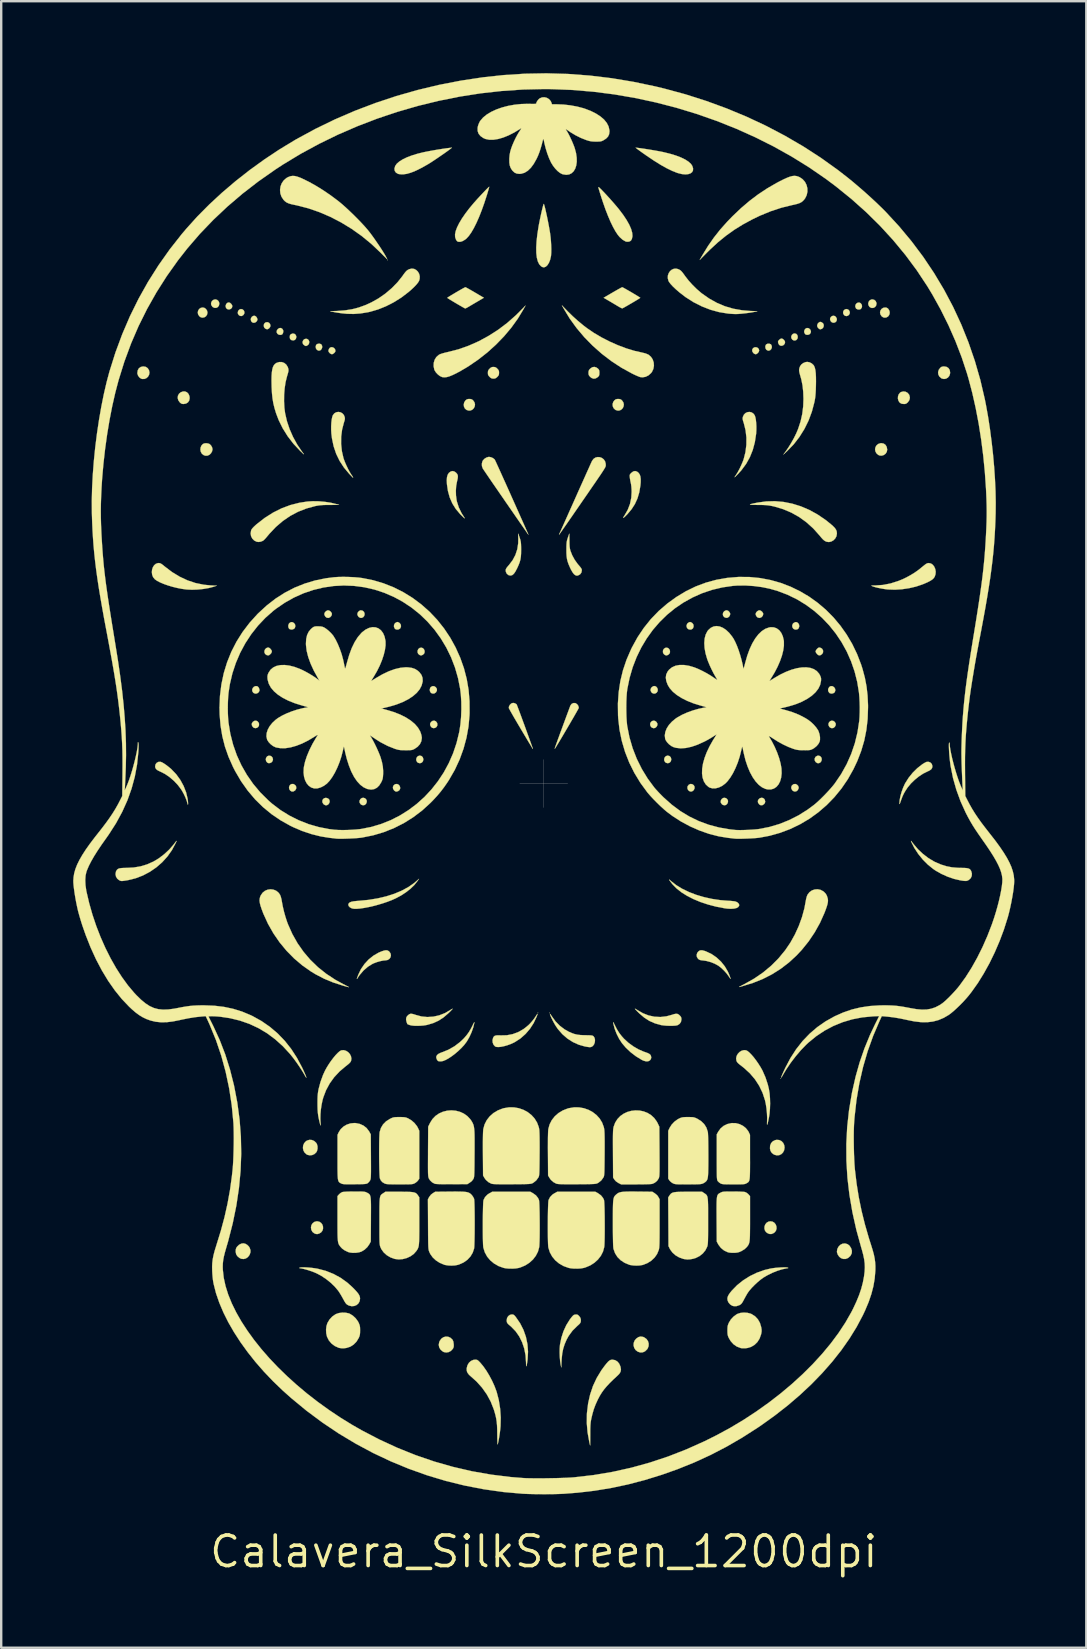
<source format=kicad_pcb>
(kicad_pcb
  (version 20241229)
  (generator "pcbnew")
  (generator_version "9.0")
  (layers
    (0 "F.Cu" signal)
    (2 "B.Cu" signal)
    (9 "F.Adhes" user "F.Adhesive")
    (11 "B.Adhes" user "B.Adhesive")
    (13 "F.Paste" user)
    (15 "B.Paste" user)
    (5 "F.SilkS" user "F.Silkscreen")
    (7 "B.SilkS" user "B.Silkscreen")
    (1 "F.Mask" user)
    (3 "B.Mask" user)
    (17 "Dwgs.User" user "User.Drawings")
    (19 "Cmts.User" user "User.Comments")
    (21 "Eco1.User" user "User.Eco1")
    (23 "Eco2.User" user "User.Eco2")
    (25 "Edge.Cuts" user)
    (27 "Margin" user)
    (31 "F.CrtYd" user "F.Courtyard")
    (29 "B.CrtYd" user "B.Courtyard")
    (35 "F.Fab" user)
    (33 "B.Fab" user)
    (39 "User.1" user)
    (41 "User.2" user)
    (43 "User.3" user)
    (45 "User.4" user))
  (footprint "Calavera_SilkScreen_1200dpi"
    (layer "F.Cu")
    (at 19.605 29.595)
    (property "Reference" "Calavera_SilkScreen_1200dpi" (at 0 32 0) (layer "F.SilkS") (effects (font (size 1.27 1.27) (thickness 0.15))))
    (attr exclude_from_pos_files exclude_from_bom)
    (fp_poly (pts (xy -6.498 -21.812) (xy -6.509 -21.802) (xy -6.519 -21.812) (xy -6.509 -21.823) (xy -6.498 -21.812)) (stroke (width 0.01) (type solid)) (fill yes) (layer "F.SilkS"))
    (fp_poly (pts (xy -0.233 9.557) (xy -0.243 9.567) (xy -0.254 9.557) (xy -0.243 9.546) (xy -0.233 9.557)) (stroke (width 0.01) (type solid)) (fill yes) (layer "F.SilkS"))
    (fp_poly (pts (xy 0.254 9.557) (xy 0.243 9.567) (xy 0.233 9.557) (xy 0.243 9.546) (xy 0.254 9.557)) (stroke (width 0.01) (type solid)) (fill yes) (layer "F.SilkS"))
    (fp_poly (pts (xy 9.885 12.287) (xy 9.874 12.298) (xy 9.864 12.287) (xy 9.874 12.277) (xy 9.885 12.287)) (stroke (width 0.01) (type solid)) (fill yes) (layer "F.SilkS"))
    (fp_poly (pts (xy -13.069 -20.027) (xy -13.02 -19.983) (xy -12.984 -19.927) (xy -12.975 -19.887) (xy -12.993 -19.822) (xy -13.039 -19.776) (xy -13.1 -19.752) (xy -13.164 -19.756) (xy -13.219 -19.791) (xy -13.252 -19.853) (xy -13.253 -19.921) (xy -13.228 -19.984) (xy -13.18 -20.029) (xy -13.12 -20.045) (xy -13.069 -20.027)) (stroke (width 0.01) (type solid)) (fill yes) (layer "F.SilkS"))
    (fp_poly (pts (xy -12.542 -19.752) (xy -12.494 -19.707) (xy -12.471 -19.645) (xy -12.477 -19.579) (xy -12.516 -19.519) (xy -12.582 -19.479) (xy -12.649 -19.482) (xy -12.701 -19.512) (xy -12.741 -19.568) (xy -12.749 -19.633) (xy -12.73 -19.696) (xy -12.687 -19.745) (xy -12.625 -19.769) (xy -12.612 -19.77) (xy -12.542 -19.752)) (stroke (width 0.01) (type solid)) (fill yes) (layer "F.SilkS"))
    (fp_poly (pts (xy -11.922 -2.59) (xy -11.876 -2.531) (xy -11.862 -2.487) (xy -11.866 -2.414) (xy -11.899 -2.356) (xy -11.954 -2.319) (xy -12.018 -2.307) (xy -12.082 -2.324) (xy -12.127 -2.363) (xy -12.165 -2.437) (xy -12.161 -2.509) (xy -12.119 -2.573) (xy -12.053 -2.614) (xy -11.984 -2.619) (xy -11.922 -2.59)) (stroke (width 0.01) (type solid)) (fill yes) (layer "F.SilkS"))
    (fp_poly (pts (xy -7.455 0.61) (xy -7.404 0.652) (xy -7.375 0.713) (xy -7.375 0.772) (xy -7.406 0.847) (xy -7.46 0.893) (xy -7.527 0.907) (xy -7.596 0.886) (xy -7.632 0.858) (xy -7.675 0.791) (xy -7.677 0.719) (xy -7.64 0.648) (xy -7.583 0.604) (xy -7.518 0.593) (xy -7.455 0.61)) (stroke (width 0.01) (type solid)) (fill yes) (layer "F.SilkS"))
    (fp_poly (pts (xy -4.558 -4.053) (xy -4.497 -4.012) (xy -4.453 -3.945) (xy -4.452 -3.873) (xy -4.489 -3.802) (xy -4.547 -3.758) (xy -4.616 -3.746) (xy -4.683 -3.767) (xy -4.711 -3.79) (xy -4.744 -3.853) (xy -4.749 -3.927) (xy -4.727 -3.994) (xy -4.701 -4.024) (xy -4.63 -4.06) (xy -4.558 -4.053)) (stroke (width 0.01) (type solid)) (fill yes) (layer "F.SilkS"))
    (fp_poly (pts (xy -4.492 -2.59) (xy -4.447 -2.531) (xy -4.433 -2.487) (xy -4.436 -2.414) (xy -4.47 -2.356) (xy -4.524 -2.319) (xy -4.588 -2.307) (xy -4.653 -2.324) (xy -4.697 -2.363) (xy -4.736 -2.437) (xy -4.732 -2.509) (xy -4.689 -2.573) (xy -4.623 -2.614) (xy -4.554 -2.619) (xy -4.492 -2.59)) (stroke (width 0.01) (type solid)) (fill yes) (layer "F.SilkS"))
    (fp_poly (pts (xy 4.632 -2.611) (xy 4.689 -2.573) (xy 4.733 -2.505) (xy 4.735 -2.434) (xy 4.697 -2.363) (xy 4.638 -2.316) (xy 4.568 -2.306) (xy 4.501 -2.332) (xy 4.466 -2.365) (xy 4.433 -2.433) (xy 4.433 -2.5) (xy 4.46 -2.557) (xy 4.507 -2.6) (xy 4.567 -2.62) (xy 4.632 -2.611)) (stroke (width 0.01) (type solid)) (fill yes) (layer "F.SilkS"))
    (fp_poly (pts (xy 7.595 0.61) (xy 7.646 0.652) (xy 7.675 0.713) (xy 7.675 0.772) (xy 7.643 0.847) (xy 7.589 0.893) (xy 7.523 0.907) (xy 7.454 0.886) (xy 7.418 0.858) (xy 7.374 0.791) (xy 7.373 0.719) (xy 7.41 0.648) (xy 7.467 0.604) (xy 7.532 0.593) (xy 7.595 0.61)) (stroke (width 0.01) (type solid)) (fill yes) (layer "F.SilkS"))
    (fp_poly (pts (xy 10.521 -18.735) (xy 10.566 -18.685) (xy 10.583 -18.607) (xy 10.583 -18.602) (xy 10.567 -18.529) (xy 10.523 -18.479) (xy 10.464 -18.457) (xy 10.399 -18.467) (xy 10.351 -18.5) (xy 10.314 -18.561) (xy 10.311 -18.629) (xy 10.337 -18.691) (xy 10.386 -18.737) (xy 10.453 -18.754) (xy 10.521 -18.735)) (stroke (width 0.01) (type solid)) (fill yes) (layer "F.SilkS"))
    (fp_poly (pts (xy 10.545 -6.722) (xy 10.601 -6.682) (xy 10.639 -6.613) (xy 10.643 -6.534) (xy 10.614 -6.461) (xy 10.565 -6.424) (xy 10.499 -6.413) (xy 10.431 -6.429) (xy 10.393 -6.456) (xy 10.356 -6.52) (xy 10.352 -6.593) (xy 10.38 -6.661) (xy 10.406 -6.687) (xy 10.479 -6.725) (xy 10.545 -6.722)) (stroke (width 0.01) (type solid)) (fill yes) (layer "F.SilkS"))
    (fp_poly (pts (xy 12.061 -2.611) (xy 12.119 -2.573) (xy 12.163 -2.505) (xy 12.164 -2.434) (xy 12.127 -2.363) (xy 12.067 -2.316) (xy 11.998 -2.306) (xy 11.93 -2.332) (xy 11.896 -2.365) (xy 11.862 -2.433) (xy 11.863 -2.5) (xy 11.89 -2.557) (xy 11.937 -2.6) (xy 11.996 -2.62) (xy 12.061 -2.611)) (stroke (width 0.01) (type solid)) (fill yes) (layer "F.SilkS"))
    (fp_poly (pts (xy 12.125 -19.478) (xy 12.167 -19.446) (xy 12.206 -19.38) (xy 12.211 -19.313) (xy 12.186 -19.253) (xy 12.136 -19.211) (xy 12.076 -19.198) (xy 12.009 -19.212) (xy 11.96 -19.255) (xy 11.929 -19.32) (xy 11.931 -19.383) (xy 11.96 -19.437) (xy 12.007 -19.475) (xy 12.064 -19.491) (xy 12.125 -19.478)) (stroke (width 0.01) (type solid)) (fill yes) (layer "F.SilkS"))
    (fp_poly (pts (xy 12.68 -19.751) (xy 12.721 -19.712) (xy 12.751 -19.648) (xy 12.748 -19.586) (xy 12.719 -19.531) (xy 12.672 -19.492) (xy 12.615 -19.475) (xy 12.554 -19.487) (xy 12.51 -19.52) (xy 12.474 -19.584) (xy 12.472 -19.652) (xy 12.499 -19.713) (xy 12.551 -19.756) (xy 12.614 -19.77) (xy 12.68 -19.751)) (stroke (width 0.01) (type solid)) (fill yes) (layer "F.SilkS"))
    (fp_poly (pts (xy -12.034 -19.486) (xy -11.986 -19.456) (xy -11.948 -19.402) (xy -11.929 -19.341) (xy -11.933 -19.305) (xy -11.972 -19.243) (xy -12.029 -19.205) (xy -12.093 -19.196) (xy -12.152 -19.218) (xy -12.182 -19.25) (xy -12.207 -19.318) (xy -12.199 -19.386) (xy -12.165 -19.443) (xy -12.112 -19.481) (xy -12.046 -19.488) (xy -12.034 -19.486)) (stroke (width 0.01) (type solid)) (fill yes) (layer "F.SilkS"))
    (fp_poly (pts (xy -11.449 -19.199) (xy -11.407 -19.152) (xy -11.387 -19.092) (xy -11.396 -19.029) (xy -11.438 -18.971) (xy -11.443 -18.967) (xy -11.495 -18.933) (xy -11.538 -18.928) (xy -11.593 -18.948) (xy -11.642 -18.992) (xy -11.665 -19.054) (xy -11.662 -19.121) (xy -11.633 -19.179) (xy -11.582 -19.215) (xy -11.509 -19.223) (xy -11.449 -19.199)) (stroke (width 0.01) (type solid)) (fill yes) (layer "F.SilkS"))
    (fp_poly (pts (xy -11.403 -1.159) (xy -11.344 -1.132) (xy -11.3 -1.081) (xy -11.282 -1.008) (xy -11.282 -1.002) (xy -11.3 -0.934) (xy -11.345 -0.881) (xy -11.407 -0.852) (xy -11.474 -0.851) (xy -11.52 -0.873) (xy -11.568 -0.934) (xy -11.582 -1.01) (xy -11.568 -1.072) (xy -11.525 -1.132) (xy -11.466 -1.16) (xy -11.403 -1.159)) (stroke (width 0.01) (type solid)) (fill yes) (layer "F.SilkS"))
    (fp_poly (pts (xy -10.468 -6.723) (xy -10.406 -6.687) (xy -10.362 -6.628) (xy -10.35 -6.556) (xy -10.37 -6.485) (xy -10.393 -6.456) (xy -10.451 -6.423) (xy -10.521 -6.415) (xy -10.585 -6.432) (xy -10.612 -6.452) (xy -10.642 -6.514) (xy -10.644 -6.589) (xy -10.62 -6.658) (xy -10.598 -6.685) (xy -10.534 -6.725) (xy -10.468 -6.723)) (stroke (width 0.01) (type solid)) (fill yes) (layer "F.SilkS"))
    (fp_poly (pts (xy -9.065 0.597) (xy -8.988 0.62) (xy -8.938 0.669) (xy -8.919 0.735) (xy -8.932 0.806) (xy -8.975 0.868) (xy -9.037 0.905) (xy -9.107 0.902) (xy -9.173 0.862) (xy -9.177 0.858) (xy -9.219 0.792) (xy -9.227 0.723) (xy -9.204 0.661) (xy -9.156 0.615) (xy -9.086 0.596) (xy -9.065 0.597)) (stroke (width 0.01) (type solid)) (fill yes) (layer "F.SilkS"))
    (fp_poly (pts (xy -6.053 0.043) (xy -6.009 0.09) (xy -5.985 0.15) (xy -5.984 0.214) (xy -6.011 0.272) (xy -6.066 0.315) (xy -6.133 0.336) (xy -6.185 0.326) (xy -6.235 0.287) (xy -6.278 0.219) (xy -6.286 0.147) (xy -6.26 0.082) (xy -6.204 0.034) (xy -6.184 0.025) (xy -6.112 0.018) (xy -6.053 0.043)) (stroke (width 0.01) (type solid)) (fill yes) (layer "F.SilkS"))
    (fp_poly (pts (xy 4.695 -4.027) (xy 4.733 -3.976) (xy 4.752 -3.902) (xy 4.739 -3.836) (xy 4.701 -3.784) (xy 4.646 -3.752) (xy 4.582 -3.746) (xy 4.517 -3.772) (xy 4.491 -3.795) (xy 4.452 -3.864) (xy 4.452 -3.938) (xy 4.492 -4.007) (xy 4.497 -4.012) (xy 4.565 -4.057) (xy 4.634 -4.062) (xy 4.695 -4.027)) (stroke (width 0.01) (type solid)) (fill yes) (layer "F.SilkS"))
    (fp_poly (pts (xy 6.184 0.025) (xy 6.248 0.067) (xy 6.282 0.129) (xy 6.283 0.2) (xy 6.25 0.27) (xy 6.235 0.287) (xy 6.175 0.329) (xy 6.113 0.333) (xy 6.06 0.313) (xy 6.011 0.268) (xy 5.985 0.202) (xy 5.988 0.131) (xy 5.996 0.109) (xy 6.046 0.046) (xy 6.113 0.017) (xy 6.184 0.025)) (stroke (width 0.01) (type solid)) (fill yes) (layer "F.SilkS"))
    (fp_poly (pts (xy 9.138 0.604) (xy 9.19 0.644) (xy 9.204 0.667) (xy 9.227 0.746) (xy 9.213 0.811) (xy 9.177 0.858) (xy 9.111 0.901) (xy 9.041 0.905) (xy 8.978 0.871) (xy 8.975 0.868) (xy 8.927 0.797) (xy 8.919 0.724) (xy 8.948 0.66) (xy 9.004 0.611) (xy 9.072 0.592) (xy 9.138 0.604)) (stroke (width 0.01) (type solid)) (fill yes) (layer "F.SilkS"))
    (fp_poly (pts (xy 9.454 -18.304) (xy 9.469 -18.292) (xy 9.5 -18.23) (xy 9.501 -18.162) (xy 9.476 -18.099) (xy 9.429 -18.052) (xy 9.366 -18.034) (xy 9.311 -18.049) (xy 9.271 -18.076) (xy 9.238 -18.134) (xy 9.23 -18.204) (xy 9.247 -18.269) (xy 9.267 -18.295) (xy 9.325 -18.324) (xy 9.394 -18.327) (xy 9.454 -18.304)) (stroke (width 0.01) (type solid)) (fill yes) (layer "F.SilkS"))
    (fp_poly (pts (xy 10.548 0.045) (xy 10.597 0.094) (xy 10.62 0.158) (xy 10.617 0.201) (xy 10.581 0.277) (xy 10.525 0.322) (xy 10.459 0.335) (xy 10.39 0.311) (xy 10.36 0.287) (xy 10.317 0.218) (xy 10.311 0.146) (xy 10.339 0.08) (xy 10.401 0.031) (xy 10.416 0.025) (xy 10.485 0.018) (xy 10.548 0.045)) (stroke (width 0.01) (type solid)) (fill yes) (layer "F.SilkS"))
    (fp_poly (pts (xy 11.022 -18.975) (xy 11.058 -18.958) (xy 11.11 -18.904) (xy 11.131 -18.84) (xy 11.121 -18.777) (xy 11.083 -18.725) (xy 11.02 -18.697) (xy 11.003 -18.694) (xy 10.932 -18.7) (xy 10.894 -18.721) (xy 10.856 -18.782) (xy 10.849 -18.846) (xy 10.868 -18.906) (xy 10.907 -18.953) (xy 10.96 -18.979) (xy 11.022 -18.975)) (stroke (width 0.01) (type solid)) (fill yes) (layer "F.SilkS"))
    (fp_poly (pts (xy 11.521 -1.136) (xy 11.564 -1.087) (xy 11.583 -1.021) (xy 11.57 -0.944) (xy 11.568 -0.938) (xy 11.522 -0.876) (xy 11.46 -0.847) (xy 11.391 -0.853) (xy 11.328 -0.896) (xy 11.289 -0.964) (xy 11.286 -1.038) (xy 11.319 -1.106) (xy 11.331 -1.118) (xy 11.397 -1.158) (xy 11.463 -1.162) (xy 11.521 -1.136)) (stroke (width 0.01) (type solid)) (fill yes) (layer "F.SilkS"))
    (fp_poly (pts (xy 13.157 -20.037) (xy 13.201 -20.014) (xy 13.245 -19.96) (xy 13.261 -19.891) (xy 13.247 -19.822) (xy 13.203 -19.767) (xy 13.2 -19.765) (xy 13.143 -19.748) (xy 13.077 -19.754) (xy 13.022 -19.781) (xy 13.008 -19.796) (xy 12.978 -19.87) (xy 12.987 -19.943) (xy 13.024 -19.999) (xy 13.09 -20.039) (xy 13.157 -20.037)) (stroke (width 0.01) (type solid)) (fill yes) (layer "F.SilkS"))
    (fp_poly (pts (xy -13.607 -20.15) (xy -13.552 -20.102) (xy -13.521 -20.031) (xy -13.517 -19.992) (xy -13.534 -19.911) (xy -13.58 -19.851) (xy -13.643 -19.819) (xy -13.716 -19.817) (xy -13.787 -19.849) (xy -13.808 -19.868) (xy -13.855 -19.94) (xy -13.862 -20.019) (xy -13.829 -20.096) (xy -13.812 -20.116) (xy -13.746 -20.161) (xy -13.675 -20.171) (xy -13.607 -20.15)) (stroke (width 0.01) (type solid)) (fill yes) (layer "F.SilkS"))
    (fp_poly (pts (xy -11.951 -4.057) (xy -11.918 -4.043) (xy -11.88 -4.004) (xy -11.852 -3.943) (xy -11.843 -3.881) (xy -11.847 -3.857) (xy -11.889 -3.791) (xy -11.951 -3.753) (xy -12.022 -3.746) (xy -12.089 -3.773) (xy -12.107 -3.789) (xy -12.145 -3.85) (xy -12.148 -3.917) (xy -12.124 -3.979) (xy -12.079 -4.029) (xy -12.019 -4.057) (xy -11.951 -4.057)) (stroke (width 0.01) (type solid)) (fill yes) (layer "F.SilkS"))
    (fp_poly (pts (xy -10.893 -18.946) (xy -10.858 -18.89) (xy -10.851 -18.829) (xy -10.866 -18.763) (xy -10.898 -18.714) (xy -10.907 -18.707) (xy -10.966 -18.691) (xy -11.035 -18.7) (xy -11.091 -18.732) (xy -11.091 -18.733) (xy -11.128 -18.795) (xy -11.126 -18.864) (xy -11.085 -18.931) (xy -11.082 -18.935) (xy -11.017 -18.976) (xy -10.95 -18.98) (xy -10.893 -18.946)) (stroke (width 0.01) (type solid)) (fill yes) (layer "F.SilkS"))
    (fp_poly (pts (xy -10.431 0.02) (xy -10.416 0.025) (xy -10.349 0.069) (xy -10.314 0.133) (xy -10.313 0.205) (xy -10.349 0.275) (xy -10.36 0.287) (xy -10.426 0.329) (xy -10.496 0.334) (xy -10.558 0.3) (xy -10.562 0.297) (xy -10.604 0.232) (xy -10.614 0.163) (xy -10.598 0.098) (xy -10.558 0.047) (xy -10.501 0.018) (xy -10.431 0.02)) (stroke (width 0.01) (type solid)) (fill yes) (layer "F.SilkS"))
    (fp_poly (pts (xy -10.398 -18.742) (xy -10.343 -18.704) (xy -10.312 -18.641) (xy -10.308 -18.605) (xy -10.326 -18.532) (xy -10.371 -18.482) (xy -10.434 -18.461) (xy -10.505 -18.473) (xy -10.536 -18.49) (xy -10.571 -18.53) (xy -10.583 -18.591) (xy -10.583 -18.605) (xy -10.575 -18.672) (xy -10.544 -18.715) (xy -10.536 -18.721) (xy -10.465 -18.749) (xy -10.398 -18.742)) (stroke (width 0.01) (type solid)) (fill yes) (layer "F.SilkS"))
    (fp_poly (pts (xy -9.278 -18.304) (xy -9.264 -18.292) (xy -9.233 -18.231) (xy -9.233 -18.163) (xy -9.258 -18.1) (xy -9.304 -18.052) (xy -9.366 -18.034) (xy -9.366 -18.034) (xy -9.414 -18.048) (xy -9.458 -18.077) (xy -9.494 -18.135) (xy -9.503 -18.205) (xy -9.486 -18.269) (xy -9.465 -18.295) (xy -9.407 -18.324) (xy -9.338 -18.327) (xy -9.278 -18.304)) (stroke (width 0.01) (type solid)) (fill yes) (layer "F.SilkS"))
    (fp_poly (pts (xy -8.926 -7.2) (xy -8.87 -7.156) (xy -8.834 -7.098) (xy -8.826 -7.063) (xy -8.845 -6.991) (xy -8.894 -6.934) (xy -8.96 -6.903) (xy -8.985 -6.9) (xy -9.053 -6.915) (xy -9.1 -6.956) (xy -9.131 -7.011) (xy -9.144 -7.063) (xy -9.126 -7.121) (xy -9.08 -7.175) (xy -9.022 -7.211) (xy -8.985 -7.218) (xy -8.926 -7.2)) (stroke (width 0.01) (type solid)) (fill yes) (layer "F.SilkS"))
    (fp_poly (pts (xy -8.79 -18.174) (xy -8.734 -18.143) (xy -8.693 -18.09) (xy -8.678 -18.021) (xy -8.695 -17.979) (xy -8.736 -17.933) (xy -8.787 -17.898) (xy -8.826 -17.886) (xy -8.871 -17.9) (xy -8.92 -17.935) (xy -8.923 -17.938) (xy -8.964 -17.99) (xy -8.972 -18.042) (xy -8.95 -18.108) (xy -8.908 -18.16) (xy -8.851 -18.181) (xy -8.79 -18.174)) (stroke (width 0.01) (type solid)) (fill yes) (layer "F.SilkS"))
    (fp_poly (pts (xy -5.091 -1.146) (xy -5.04 -1.095) (xy -5.017 -1.02) (xy -5.016 -1.005) (xy -5.034 -0.927) (xy -5.081 -0.872) (xy -5.151 -0.847) (xy -5.165 -0.847) (xy -5.227 -0.861) (xy -5.271 -0.889) (xy -5.308 -0.952) (xy -5.314 -1.022) (xy -5.291 -1.088) (xy -5.245 -1.139) (xy -5.179 -1.163) (xy -5.165 -1.164) (xy -5.091 -1.146)) (stroke (width 0.01) (type solid)) (fill yes) (layer "F.SilkS"))
    (fp_poly (pts (xy 5.238 -1.146) (xy 5.29 -1.095) (xy 5.312 -1.02) (xy 5.313 -1.005) (xy 5.295 -0.927) (xy 5.248 -0.872) (xy 5.178 -0.847) (xy 5.165 -0.847) (xy 5.103 -0.861) (xy 5.059 -0.889) (xy 5.021 -0.952) (xy 5.016 -1.022) (xy 5.038 -1.088) (xy 5.085 -1.139) (xy 5.15 -1.163) (xy 5.165 -1.164) (xy 5.238 -1.146)) (stroke (width 0.01) (type solid)) (fill yes) (layer "F.SilkS"))
    (fp_poly (pts (xy 8.911 -18.155) (xy 8.957 -18.108) (xy 8.975 -18.044) (xy 8.958 -17.987) (xy 8.916 -17.933) (xy 8.863 -17.895) (xy 8.826 -17.886) (xy 8.782 -17.9) (xy 8.733 -17.935) (xy 8.73 -17.938) (xy 8.688 -18.004) (xy 8.683 -18.073) (xy 8.718 -18.137) (xy 8.721 -18.14) (xy 8.781 -18.175) (xy 8.848 -18.179) (xy 8.911 -18.155)) (stroke (width 0.01) (type solid)) (fill yes) (layer "F.SilkS"))
    (fp_poly (pts (xy 9.045 -7.2) (xy 9.1 -7.156) (xy 9.137 -7.098) (xy 9.144 -7.063) (xy 9.125 -6.991) (xy 9.077 -6.934) (xy 9.01 -6.903) (xy 8.985 -6.9) (xy 8.917 -6.915) (xy 8.87 -6.956) (xy 8.839 -7.011) (xy 8.826 -7.063) (xy 8.845 -7.121) (xy 8.89 -7.175) (xy 8.949 -7.211) (xy 8.985 -7.218) (xy 9.045 -7.2)) (stroke (width 0.01) (type solid)) (fill yes) (layer "F.SilkS"))
    (fp_poly (pts (xy 9.959 -18.524) (xy 10.01 -18.48) (xy 10.046 -18.425) (xy 10.054 -18.387) (xy 10.036 -18.317) (xy 9.987 -18.265) (xy 9.922 -18.238) (xy 9.85 -18.246) (xy 9.847 -18.247) (xy 9.802 -18.284) (xy 9.769 -18.346) (xy 9.758 -18.407) (xy 9.775 -18.449) (xy 9.816 -18.494) (xy 9.866 -18.53) (xy 9.906 -18.542) (xy 9.959 -18.524)) (stroke (width 0.01) (type solid)) (fill yes) (layer "F.SilkS"))
    (fp_poly (pts (xy 12.026 -4.057) (xy 12.094 -4.016) (xy 12.098 -4.012) (xy 12.14 -3.945) (xy 12.148 -3.872) (xy 12.121 -3.804) (xy 12.107 -3.789) (xy 12.051 -3.756) (xy 11.983 -3.747) (xy 11.92 -3.762) (xy 11.892 -3.784) (xy 11.85 -3.851) (xy 11.847 -3.922) (xy 11.856 -3.958) (xy 11.898 -4.026) (xy 11.958 -4.06) (xy 12.026 -4.057)) (stroke (width 0.01) (type solid)) (fill yes) (layer "F.SilkS"))
    (fp_poly (pts (xy 13.769 -20.153) (xy 13.829 -20.102) (xy 13.861 -20.027) (xy 13.864 -19.992) (xy 13.847 -19.912) (xy 13.802 -19.853) (xy 13.738 -19.819) (xy 13.667 -19.813) (xy 13.597 -19.84) (xy 13.567 -19.865) (xy 13.526 -19.935) (xy 13.518 -20.01) (xy 13.54 -20.081) (xy 13.587 -20.137) (xy 13.655 -20.169) (xy 13.689 -20.172) (xy 13.769 -20.153)) (stroke (width 0.01) (type solid)) (fill yes) (layer "F.SilkS"))
    (fp_poly (pts (xy -11.422 -5.644) (xy -11.388 -5.613) (xy -11.338 -5.547) (xy -11.329 -5.487) (xy -11.36 -5.424) (xy -11.386 -5.396) (xy -11.438 -5.351) (xy -11.482 -5.338) (xy -11.537 -5.35) (xy -11.55 -5.355) (xy -11.608 -5.398) (xy -11.637 -5.458) (xy -11.638 -5.526) (xy -11.612 -5.591) (xy -11.562 -5.642) (xy -11.51 -5.663) (xy -11.464 -5.666) (xy -11.422 -5.644)) (stroke (width 0.01) (type solid)) (fill yes) (layer "F.SilkS"))
    (fp_poly (pts (xy -9.853 -18.521) (xy -9.799 -18.481) (xy -9.772 -18.421) (xy -9.773 -18.355) (xy -9.8 -18.293) (xy -9.855 -18.249) (xy -9.856 -18.248) (xy -9.893 -18.232) (xy -9.915 -18.228) (xy -9.944 -18.241) (xy -9.975 -18.258) (xy -10.028 -18.305) (xy -10.049 -18.365) (xy -10.043 -18.426) (xy -10.013 -18.481) (xy -9.963 -18.519) (xy -9.899 -18.531) (xy -9.853 -18.521)) (stroke (width 0.01) (type solid)) (fill yes) (layer "F.SilkS"))
    (fp_poly (pts (xy -7.542 -7.2) (xy -7.488 -7.149) (xy -7.464 -7.074) (xy -7.463 -7.059) (xy -7.48 -6.984) (xy -7.523 -6.931) (xy -7.582 -6.903) (xy -7.647 -6.904) (xy -7.708 -6.938) (xy -7.724 -6.956) (xy -7.755 -7.009) (xy -7.768 -7.059) (xy -7.768 -7.059) (xy -7.751 -7.123) (xy -7.707 -7.179) (xy -7.649 -7.213) (xy -7.621 -7.218) (xy -7.542 -7.2)) (stroke (width 0.01) (type solid)) (fill yes) (layer "F.SilkS"))
    (fp_poly (pts (xy -5.037 -5.641) (xy -4.993 -5.597) (xy -4.967 -5.538) (xy -4.963 -5.474) (xy -4.985 -5.413) (xy -5.036 -5.366) (xy -5.051 -5.358) (xy -5.098 -5.339) (xy -5.133 -5.34) (xy -5.179 -5.359) (xy -5.233 -5.406) (xy -5.259 -5.47) (xy -5.256 -5.541) (xy -5.226 -5.605) (xy -5.17 -5.649) (xy -5.166 -5.651) (xy -5.096 -5.662) (xy -5.037 -5.641)) (stroke (width 0.01) (type solid)) (fill yes) (layer "F.SilkS"))
    (fp_poly (pts (xy 5.186 -5.641) (xy 5.231 -5.597) (xy 5.256 -5.538) (xy 5.26 -5.474) (xy 5.239 -5.413) (xy 5.188 -5.366) (xy 5.173 -5.358) (xy 5.125 -5.339) (xy 5.09 -5.34) (xy 5.044 -5.359) (xy 4.99 -5.406) (xy 4.965 -5.47) (xy 4.967 -5.541) (xy 4.997 -5.605) (xy 5.054 -5.649) (xy 5.057 -5.651) (xy 5.127 -5.662) (xy 5.186 -5.641)) (stroke (width 0.01) (type solid)) (fill yes) (layer "F.SilkS"))
    (fp_poly (pts (xy 7.681 -7.199) (xy 7.732 -7.152) (xy 7.764 -7.09) (xy 7.768 -7.059) (xy 7.755 -7.01) (xy 7.724 -6.956) (xy 7.724 -6.956) (xy 7.665 -6.911) (xy 7.594 -6.902) (xy 7.522 -6.932) (xy 7.512 -6.94) (xy 7.47 -6.997) (xy 7.46 -7.064) (xy 7.479 -7.13) (xy 7.523 -7.183) (xy 7.587 -7.214) (xy 7.621 -7.218) (xy 7.681 -7.199)) (stroke (width 0.01) (type solid)) (fill yes) (layer "F.SilkS"))
    (fp_poly (pts (xy 11.575 -19.22) (xy 11.635 -19.178) (xy 11.664 -19.118) (xy 11.664 -19.053) (xy 11.639 -18.991) (xy 11.59 -18.945) (xy 11.52 -18.924) (xy 11.512 -18.923) (xy 11.488 -18.935) (xy 11.447 -18.964) (xy 11.442 -18.968) (xy 11.399 -19.026) (xy 11.39 -19.094) (xy 11.415 -19.162) (xy 11.455 -19.204) (xy 11.501 -19.232) (xy 11.541 -19.233) (xy 11.575 -19.22)) (stroke (width 0.01) (type solid)) (fill yes) (layer "F.SilkS"))
    (fp_poly (pts (xy -14.143 -19.821) (xy -14.081 -19.778) (xy -14.074 -19.771) (xy -14.026 -19.698) (xy -14.011 -19.617) (xy -14.027 -19.539) (xy -14.069 -19.472) (xy -14.135 -19.426) (xy -14.213 -19.41) (xy -14.284 -19.422) (xy -14.346 -19.465) (xy -14.353 -19.472) (xy -14.401 -19.545) (xy -14.416 -19.626) (xy -14.4 -19.704) (xy -14.357 -19.771) (xy -14.292 -19.817) (xy -14.213 -19.833) (xy -14.143 -19.821)) (stroke (width 0.01) (type solid)) (fill yes) (layer "F.SilkS"))
    (fp_poly (pts (xy -6.055 -6.718) (xy -6.005 -6.688) (xy -6.004 -6.687) (xy -5.959 -6.628) (xy -5.947 -6.556) (xy -5.968 -6.485) (xy -5.99 -6.456) (xy -6.049 -6.421) (xy -6.118 -6.413) (xy -6.18 -6.432) (xy -6.211 -6.461) (xy -6.242 -6.535) (xy -6.238 -6.611) (xy -6.202 -6.675) (xy -6.188 -6.687) (xy -6.139 -6.718) (xy -6.097 -6.731) (xy -6.096 -6.731) (xy -6.055 -6.718)) (stroke (width 0.01) (type solid)) (fill yes) (layer "F.SilkS"))
    (fp_poly (pts (xy 6.137 -6.718) (xy 6.187 -6.688) (xy 6.188 -6.687) (xy 6.233 -6.628) (xy 6.244 -6.553) (xy 6.222 -6.477) (xy 6.211 -6.461) (xy 6.162 -6.424) (xy 6.096 -6.413) (xy 6.029 -6.429) (xy 5.99 -6.456) (xy 5.953 -6.52) (xy 5.949 -6.593) (xy 5.978 -6.661) (xy 6.004 -6.687) (xy 6.053 -6.718) (xy 6.095 -6.731) (xy 6.096 -6.731) (xy 6.137 -6.718)) (stroke (width 0.01) (type solid)) (fill yes) (layer "F.SilkS"))
    (fp_poly (pts (xy 14.286 -19.825) (xy 14.335 -19.795) (xy 14.36 -19.768) (xy 14.404 -19.689) (xy 14.414 -19.605) (xy 14.394 -19.527) (xy 14.348 -19.462) (xy 14.279 -19.42) (xy 14.213 -19.41) (xy 14.143 -19.422) (xy 14.081 -19.465) (xy 14.074 -19.472) (xy 14.025 -19.546) (xy 14.01 -19.628) (xy 14.027 -19.706) (xy 14.072 -19.773) (xy 14.14 -19.818) (xy 14.22 -19.833) (xy 14.286 -19.825)) (stroke (width 0.01) (type solid)) (fill yes) (layer "F.SilkS"))
    (fp_poly (pts (xy -16.578 -17.359) (xy -16.499 -17.304) (xy -16.446 -17.219) (xy -16.428 -17.121) (xy -16.444 -17.03) (xy -16.488 -16.951) (xy -16.554 -16.891) (xy -16.635 -16.857) (xy -16.726 -16.855) (xy -16.776 -16.869) (xy -16.846 -16.918) (xy -16.902 -16.992) (xy -16.931 -17.077) (xy -16.933 -17.105) (xy -16.917 -17.216) (xy -16.869 -17.301) (xy -16.794 -17.355) (xy -16.693 -17.378) (xy -16.678 -17.378) (xy -16.578 -17.359)) (stroke (width 0.01) (type solid)) (fill yes) (layer "F.SilkS"))
    (fp_poly (pts (xy -14.944 -16.335) (xy -14.864 -16.3) (xy -14.802 -16.235) (xy -14.763 -16.144) (xy -14.753 -16.061) (xy -14.771 -15.96) (xy -14.823 -15.882) (xy -14.904 -15.831) (xy -15.01 -15.812) (xy -15.019 -15.812) (xy -15.082 -15.821) (xy -15.138 -15.856) (xy -15.166 -15.882) (xy -15.227 -15.968) (xy -15.252 -16.062) (xy -15.242 -16.155) (xy -15.198 -16.239) (xy -15.13 -16.298) (xy -15.035 -16.335) (xy -14.944 -16.335)) (stroke (width 0.01) (type solid)) (fill yes) (layer "F.SilkS"))
    (fp_poly (pts (xy -9.346 18.258) (xy -9.274 18.308) (xy -9.223 18.378) (xy -9.197 18.461) (xy -9.196 18.548) (xy -9.222 18.631) (xy -9.277 18.701) (xy -9.349 18.746) (xy -9.425 18.77) (xy -9.491 18.768) (xy -9.563 18.739) (xy -9.637 18.681) (xy -9.684 18.594) (xy -9.7 18.496) (xy -9.681 18.399) (xy -9.629 18.318) (xy -9.553 18.262) (xy -9.459 18.238) (xy -9.44 18.238) (xy -9.346 18.258)) (stroke (width 0.01) (type solid)) (fill yes) (layer "F.SilkS"))
    (fp_poly (pts (xy 9.534 18.253) (xy 9.608 18.299) (xy 9.662 18.367) (xy 9.693 18.449) (xy 9.699 18.536) (xy 9.678 18.62) (xy 9.628 18.693) (xy 9.56 18.74) (xy 9.483 18.769) (xy 9.415 18.769) (xy 9.341 18.744) (xy 9.262 18.69) (xy 9.213 18.617) (xy 9.193 18.532) (xy 9.199 18.445) (xy 9.231 18.364) (xy 9.286 18.297) (xy 9.363 18.252) (xy 9.44 18.238) (xy 9.534 18.253)) (stroke (width 0.01) (type solid)) (fill yes) (layer "F.SilkS"))
    (fp_poly (pts (xy 11.51 -5.663) (xy 11.568 -5.637) (xy 11.605 -5.606) (xy 11.638 -5.538) (xy 11.636 -5.466) (xy 11.603 -5.401) (xy 11.543 -5.355) (xy 11.51 -5.343) (xy 11.464 -5.341) (xy 11.422 -5.363) (xy 11.388 -5.394) (xy 11.348 -5.444) (xy 11.326 -5.492) (xy 11.324 -5.503) (xy 11.339 -5.546) (xy 11.374 -5.598) (xy 11.388 -5.613) (xy 11.437 -5.655) (xy 11.479 -5.667) (xy 11.51 -5.663)) (stroke (width 0.01) (type solid)) (fill yes) (layer "F.SilkS"))
    (fp_poly (pts (xy 14.165 -14.163) (xy 14.239 -14.11) (xy 14.288 -14.028) (xy 14.308 -13.921) (xy 14.309 -13.907) (xy 14.29 -13.816) (xy 14.241 -13.741) (xy 14.169 -13.688) (xy 14.085 -13.661) (xy 13.996 -13.666) (xy 13.934 -13.693) (xy 13.858 -13.761) (xy 13.815 -13.843) (xy 13.803 -13.931) (xy 13.821 -14.017) (xy 13.866 -14.092) (xy 13.935 -14.148) (xy 14.027 -14.179) (xy 14.069 -14.182) (xy 14.165 -14.163)) (stroke (width 0.01) (type solid)) (fill yes) (layer "F.SilkS"))
    (fp_poly (pts (xy -3.029 -16.017) (xy -2.978 -15.994) (xy -2.942 -15.963) (xy -2.886 -15.883) (xy -2.865 -15.799) (xy -2.875 -15.717) (xy -2.91 -15.643) (xy -2.965 -15.584) (xy -3.037 -15.546) (xy -3.12 -15.537) (xy -3.21 -15.563) (xy -3.22 -15.568) (xy -3.287 -15.626) (xy -3.325 -15.706) (xy -3.334 -15.796) (xy -3.312 -15.886) (xy -3.26 -15.963) (xy -3.21 -16.003) (xy -3.154 -16.02) (xy -3.101 -16.023) (xy -3.029 -16.017)) (stroke (width 0.01) (type solid)) (fill yes) (layer "F.SilkS"))
    (fp_poly (pts (xy 3.173 -16.017) (xy 3.224 -15.994) (xy 3.26 -15.963) (xy 3.315 -15.884) (xy 3.336 -15.801) (xy 3.327 -15.719) (xy 3.294 -15.645) (xy 3.24 -15.586) (xy 3.171 -15.547) (xy 3.092 -15.536) (xy 3.006 -15.559) (xy 2.979 -15.573) (xy 2.91 -15.639) (xy 2.873 -15.723) (xy 2.868 -15.815) (xy 2.898 -15.904) (xy 2.942 -15.963) (xy 2.992 -16.003) (xy 3.047 -16.02) (xy 3.101 -16.023) (xy 3.173 -16.017)) (stroke (width 0.01) (type solid)) (fill yes) (layer "F.SilkS"))
    (fp_poly (pts (xy 4.136 23.054) (xy 4.188 23.076) (xy 4.281 23.143) (xy 4.343 23.232) (xy 4.372 23.335) (xy 4.367 23.443) (xy 4.325 23.546) (xy 4.306 23.572) (xy 4.221 23.655) (xy 4.123 23.699) (xy 4.018 23.703) (xy 3.917 23.67) (xy 3.828 23.603) (xy 3.77 23.514) (xy 3.742 23.413) (xy 3.747 23.308) (xy 3.786 23.207) (xy 3.85 23.129) (xy 3.944 23.063) (xy 4.037 23.039) (xy 4.136 23.054)) (stroke (width 0.01) (type solid)) (fill yes) (layer "F.SilkS"))
    (fp_poly (pts (xy 9.81 14.853) (xy 9.903 14.896) (xy 9.975 14.97) (xy 10.02 15.068) (xy 10.033 15.164) (xy 10.015 15.279) (xy 9.967 15.373) (xy 9.895 15.443) (xy 9.805 15.484) (xy 9.704 15.491) (xy 9.599 15.461) (xy 9.59 15.457) (xy 9.502 15.392) (xy 9.446 15.302) (xy 9.424 15.202) (xy 9.431 15.083) (xy 9.472 14.982) (xy 9.543 14.905) (xy 9.64 14.857) (xy 9.702 14.844) (xy 9.81 14.853)) (stroke (width 0.01) (type solid)) (fill yes) (layer "F.SilkS"))
    (fp_poly (pts (xy 16.783 -17.36) (xy 16.861 -17.31) (xy 16.912 -17.232) (xy 16.93 -17.131) (xy 16.927 -17.078) (xy 16.897 -16.985) (xy 16.838 -16.914) (xy 16.761 -16.869) (xy 16.674 -16.854) (xy 16.586 -16.874) (xy 16.559 -16.889) (xy 16.48 -16.96) (xy 16.437 -17.048) (xy 16.429 -17.143) (xy 16.457 -17.238) (xy 16.522 -17.324) (xy 16.523 -17.326) (xy 16.576 -17.362) (xy 16.641 -17.377) (xy 16.68 -17.378) (xy 16.783 -17.36)) (stroke (width 0.01) (type solid)) (fill yes) (layer "F.SilkS"))
    (fp_poly (pts (xy -13.959 -14.161) (xy -13.926 -14.146) (xy -13.866 -14.091) (xy -13.821 -14.014) (xy -13.801 -13.935) (xy -13.801 -13.929) (xy -13.818 -13.842) (xy -13.865 -13.759) (xy -13.929 -13.697) (xy -13.932 -13.695) (xy -14.021 -13.658) (xy -14.109 -13.661) (xy -14.172 -13.685) (xy -14.245 -13.742) (xy -14.29 -13.822) (xy -14.307 -13.914) (xy -14.296 -14.007) (xy -14.256 -14.091) (xy -14.198 -14.149) (xy -14.13 -14.175) (xy -14.044 -14.179) (xy -13.959 -14.161)) (stroke (width 0.01) (type solid)) (fill yes) (layer "F.SilkS"))
    (fp_poly (pts (xy -9.66 14.851) (xy -9.565 14.892) (xy -9.487 14.963) (xy -9.451 15.02) (xy -9.426 15.111) (xy -9.425 15.213) (xy -9.447 15.308) (xy -9.476 15.363) (xy -9.553 15.436) (xy -9.648 15.479) (xy -9.751 15.49) (xy -9.851 15.467) (xy -9.88 15.452) (xy -9.962 15.379) (xy -10.014 15.288) (xy -10.034 15.186) (xy -10.025 15.083) (xy -9.985 14.987) (xy -9.915 14.908) (xy -9.863 14.874) (xy -9.763 14.844) (xy -9.66 14.851)) (stroke (width 0.01) (type solid)) (fill yes) (layer "F.SilkS"))
    (fp_poly (pts (xy 2.191 -17.335) (xy 2.249 -17.295) (xy 2.289 -17.255) (xy 2.309 -17.215) (xy 2.317 -17.161) (xy 2.318 -17.113) (xy 2.315 -17.041) (xy 2.303 -16.995) (xy 2.276 -16.957) (xy 2.249 -16.932) (xy 2.163 -16.879) (xy 2.076 -16.867) (xy 1.99 -16.898) (xy 1.935 -16.942) (xy 1.888 -16.995) (xy 1.867 -17.046) (xy 1.863 -17.113) (xy 1.868 -17.182) (xy 1.889 -17.233) (xy 1.935 -17.285) (xy 2.017 -17.343) (xy 2.104 -17.36) (xy 2.191 -17.335)) (stroke (width 0.01) (type solid)) (fill yes) (layer "F.SilkS"))
    (fp_poly (pts (xy 12.557 19.162) (xy 12.657 19.191) (xy 12.735 19.25) (xy 12.799 19.346) (xy 12.803 19.352) (xy 12.838 19.463) (xy 12.832 19.569) (xy 12.785 19.667) (xy 12.77 19.686) (xy 12.68 19.766) (xy 12.58 19.806) (xy 12.474 19.806) (xy 12.382 19.773) (xy 12.309 19.714) (xy 12.251 19.63) (xy 12.218 19.537) (xy 12.214 19.496) (xy 12.231 19.39) (xy 12.28 19.296) (xy 12.352 19.222) (xy 12.441 19.174) (xy 12.539 19.161) (xy 12.557 19.162)) (stroke (width 0.01) (type solid)) (fill yes) (layer "F.SilkS"))
    (fp_poly (pts (xy 15.069 -16.326) (xy 15.154 -16.282) (xy 15.218 -16.208) (xy 15.232 -16.178) (xy 15.254 -16.077) (xy 15.234 -15.979) (xy 15.174 -15.889) (xy 15.166 -15.882) (xy 15.11 -15.835) (xy 15.057 -15.815) (xy 15.015 -15.813) (xy 14.948 -15.818) (xy 14.893 -15.83) (xy 14.888 -15.832) (xy 14.819 -15.881) (xy 14.775 -15.954) (xy 14.754 -16.041) (xy 14.759 -16.132) (xy 14.788 -16.216) (xy 14.843 -16.284) (xy 14.879 -16.309) (xy 14.975 -16.336) (xy 15.069 -16.326)) (stroke (width 0.01) (type solid)) (fill yes) (layer "F.SilkS"))
    (fp_poly (pts (xy -12.434 19.174) (xy -12.351 19.223) (xy -12.282 19.293) (xy -12.256 19.336) (xy -12.22 19.437) (xy -12.22 19.53) (xy -12.255 19.631) (xy -12.261 19.642) (xy -12.326 19.729) (xy -12.411 19.787) (xy -12.507 19.811) (xy -12.606 19.8) (xy -12.679 19.764) (xy -12.765 19.692) (xy -12.815 19.614) (xy -12.835 19.518) (xy -12.836 19.486) (xy -12.831 19.406) (xy -12.81 19.345) (xy -12.776 19.294) (xy -12.695 19.216) (xy -12.598 19.168) (xy -12.518 19.156) (xy -12.434 19.174)) (stroke (width 0.01) (type solid)) (fill yes) (layer "F.SilkS"))
    (fp_poly (pts (xy -3.985 23.048) (xy -3.889 23.089) (xy -3.805 23.167) (xy -3.8 23.173) (xy -3.767 23.248) (xy -3.751 23.357) (xy -3.749 23.437) (xy -3.759 23.493) (xy -3.783 23.544) (xy -3.793 23.558) (xy -3.868 23.638) (xy -3.961 23.688) (xy -4.062 23.705) (xy -4.161 23.687) (xy -4.203 23.667) (xy -4.298 23.588) (xy -4.356 23.491) (xy -4.376 23.384) (xy -4.355 23.27) (xy -4.336 23.225) (xy -4.269 23.131) (xy -4.183 23.07) (xy -4.086 23.042) (xy -3.985 23.048)) (stroke (width 0.01) (type solid)) (fill yes) (layer "F.SilkS"))
    (fp_poly (pts (xy -2.031 -17.35) (xy -1.979 -17.325) (xy -1.935 -17.285) (xy -1.888 -17.231) (xy -1.867 -17.181) (xy -1.863 -17.113) (xy -1.868 -17.044) (xy -1.889 -16.994) (xy -1.935 -16.942) (xy -1.99 -16.895) (xy -2.042 -16.874) (xy -2.095 -16.87) (xy -2.16 -16.876) (xy -2.212 -16.902) (xy -2.256 -16.942) (xy -2.303 -16.995) (xy -2.324 -17.046) (xy -2.328 -17.113) (xy -2.323 -17.182) (xy -2.302 -17.233) (xy -2.256 -17.285) (xy -2.201 -17.332) (xy -2.149 -17.353) (xy -2.095 -17.357) (xy -2.031 -17.35)) (stroke (width 0.01) (type solid)) (fill yes) (layer "F.SilkS"))
    (fp_poly (pts (xy -6.51 6.953) (xy -6.456 6.984) (xy -6.433 7.005) (xy -6.382 7.08) (xy -6.368 7.161) (xy -6.385 7.239) (xy -6.431 7.305) (xy -6.502 7.35) (xy -6.588 7.366) (xy -6.69 7.375) (xy -6.814 7.401) (xy -6.946 7.438) (xy -7.07 7.484) (xy -7.14 7.516) (xy -7.332 7.635) (xy -7.51 7.79) (xy -7.667 7.973) (xy -7.729 8.063) (xy -7.762 8.113) (xy -7.784 8.14) (xy -7.789 8.142) (xy -7.782 8.116) (xy -7.763 8.062) (xy -7.736 7.988) (xy -7.725 7.959) (xy -7.615 7.73) (xy -7.471 7.52) (xy -7.299 7.333) (xy -7.102 7.174) (xy -6.886 7.048) (xy -6.765 6.996) (xy -6.655 6.959) (xy -6.573 6.945) (xy -6.51 6.953)) (stroke (width 0.01) (type solid)) (fill yes) (layer "F.SilkS"))
    (fp_poly (pts (xy -1.284 22.123) (xy -1.247 22.138) (xy -1.208 22.174) (xy -1.162 22.23) (xy -0.985 22.488) (xy -0.845 22.764) (xy -0.743 23.055) (xy -0.68 23.359) (xy -0.656 23.671) (xy -0.673 23.989) (xy -0.676 24.008) (xy -0.693 24.138) (xy -0.708 24.226) (xy -0.72 24.272) (xy -0.729 24.276) (xy -0.735 24.237) (xy -0.738 24.157) (xy -0.739 24.117) (xy -0.759 23.819) (xy -0.814 23.537) (xy -0.903 23.275) (xy -1.023 23.034) (xy -1.174 22.819) (xy -1.355 22.632) (xy -1.397 22.596) (xy -1.469 22.535) (xy -1.513 22.487) (xy -1.536 22.443) (xy -1.544 22.391) (xy -1.545 22.359) (xy -1.528 22.266) (xy -1.481 22.19) (xy -1.412 22.138) (xy -1.332 22.119) (xy -1.284 22.123)) (stroke (width 0.01) (type solid)) (fill yes) (layer "F.SilkS"))
    (fp_poly (pts (xy 2.901 9.952) (xy 2.926 9.995) (xy 2.961 10.066) (xy 3.049 10.239) (xy 3.14 10.385) (xy 3.242 10.519) (xy 3.344 10.633) (xy 3.523 10.798) (xy 3.728 10.948) (xy 3.946 11.075) (xy 4.166 11.171) (xy 4.212 11.186) (xy 4.316 11.223) (xy 4.386 11.256) (xy 4.432 11.29) (xy 4.46 11.331) (xy 4.465 11.343) (xy 4.48 11.423) (xy 4.454 11.496) (xy 4.418 11.537) (xy 4.349 11.572) (xy 4.259 11.575) (xy 4.15 11.544) (xy 4.075 11.508) (xy 3.84 11.364) (xy 3.618 11.194) (xy 3.419 11.006) (xy 3.26 10.819) (xy 3.14 10.635) (xy 3.035 10.427) (xy 2.952 10.21) (xy 2.897 10) (xy 2.892 9.97) (xy 2.89 9.944) (xy 2.901 9.952)) (stroke (width 0.01) (type solid)) (fill yes) (layer "F.SilkS"))
    (fp_poly (pts (xy 3.887 -12.996) (xy 3.948 -12.948) (xy 3.995 -12.882) (xy 4.026 -12.797) (xy 4.04 -12.686) (xy 4.038 -12.545) (xy 4.026 -12.414) (xy 3.979 -12.131) (xy 3.903 -11.876) (xy 3.796 -11.642) (xy 3.655 -11.424) (xy 3.494 -11.233) (xy 3.412 -11.149) (xy 3.353 -11.094) (xy 3.319 -11.069) (xy 3.309 -11.075) (xy 3.325 -11.111) (xy 3.365 -11.172) (xy 3.499 -11.405) (xy 3.593 -11.651) (xy 3.647 -11.912) (xy 3.661 -12.15) (xy 3.658 -12.263) (xy 3.649 -12.377) (xy 3.636 -12.475) (xy 3.629 -12.509) (xy 3.609 -12.603) (xy 3.592 -12.7) (xy 3.584 -12.758) (xy 3.579 -12.825) (xy 3.586 -12.869) (xy 3.612 -12.907) (xy 3.647 -12.943) (xy 3.727 -13.003) (xy 3.807 -13.021) (xy 3.887 -12.996)) (stroke (width 0.01) (type solid)) (fill yes) (layer "F.SilkS"))
    (fp_poly (pts (xy 6.616 6.95) (xy 6.713 6.977) (xy 6.765 6.996) (xy 6.989 7.102) (xy 7.197 7.245) (xy 7.383 7.418) (xy 7.543 7.617) (xy 7.672 7.838) (xy 7.726 7.962) (xy 7.755 8.039) (xy 7.775 8.1) (xy 7.785 8.135) (xy 7.785 8.139) (xy 7.771 8.126) (xy 7.742 8.086) (xy 7.704 8.029) (xy 7.62 7.915) (xy 7.513 7.795) (xy 7.396 7.684) (xy 7.282 7.595) (xy 7.262 7.582) (xy 7.114 7.502) (xy 6.943 7.436) (xy 6.77 7.39) (xy 6.65 7.373) (xy 6.562 7.363) (xy 6.504 7.35) (xy 6.463 7.329) (xy 6.429 7.301) (xy 6.38 7.225) (xy 6.369 7.139) (xy 6.394 7.056) (xy 6.433 7.005) (xy 6.485 6.964) (xy 6.543 6.946) (xy 6.616 6.95)) (stroke (width 0.01) (type solid)) (fill yes) (layer "F.SilkS"))
    (fp_poly (pts (xy -3.708 -12.993) (xy -3.649 -12.946) (xy -3.608 -12.898) (xy -3.585 -12.848) (xy -3.578 -12.786) (xy -3.587 -12.704) (xy -3.612 -12.594) (xy -3.619 -12.562) (xy -3.65 -12.393) (xy -3.662 -12.201) (xy -3.657 -12.004) (xy -3.633 -11.818) (xy -3.62 -11.753) (xy -3.54 -11.503) (xy -3.426 -11.269) (xy -3.366 -11.174) (xy -3.326 -11.113) (xy -3.301 -11.069) (xy -3.296 -11.049) (xy -3.297 -11.049) (xy -3.317 -11.063) (xy -3.36 -11.102) (xy -3.419 -11.16) (xy -3.485 -11.226) (xy -3.665 -11.439) (xy -3.809 -11.669) (xy -3.918 -11.918) (xy -3.993 -12.191) (xy -4.034 -12.471) (xy -4.042 -12.634) (xy -4.032 -12.762) (xy -4.005 -12.861) (xy -3.959 -12.936) (xy -3.948 -12.948) (xy -3.868 -13.005) (xy -3.789 -13.02) (xy -3.708 -12.993)) (stroke (width 0.01) (type solid)) (fill yes) (layer "F.SilkS"))
    (fp_poly (pts (xy -16.001 -9.183) (xy -15.96 -9.168) (xy -15.91 -9.138) (xy -15.844 -9.087) (xy -15.797 -9.047) (xy -15.488 -8.812) (xy -15.169 -8.618) (xy -14.842 -8.465) (xy -14.506 -8.353) (xy -14.161 -8.283) (xy -13.896 -8.257) (xy -13.621 -8.243) (xy -13.768 -8.195) (xy -13.964 -8.144) (xy -14.187 -8.106) (xy -14.422 -8.082) (xy -14.655 -8.074) (xy -14.872 -8.084) (xy -14.896 -8.086) (xy -15.082 -8.112) (xy -15.276 -8.15) (xy -15.47 -8.198) (xy -15.658 -8.254) (xy -15.833 -8.316) (xy -15.987 -8.381) (xy -16.113 -8.447) (xy -16.205 -8.512) (xy -16.21 -8.517) (xy -16.277 -8.6) (xy -16.316 -8.699) (xy -16.329 -8.805) (xy -16.319 -8.911) (xy -16.287 -9.009) (xy -16.235 -9.092) (xy -16.165 -9.153) (xy -16.078 -9.184) (xy -16.045 -9.186) (xy -16.001 -9.183)) (stroke (width 0.01) (type solid)) (fill yes) (layer "F.SilkS"))
    (fp_poly (pts (xy -5.27 4.075) (xy -5.394 4.23) (xy -5.554 4.384) (xy -5.743 4.532) (xy -5.955 4.67) (xy -6.17 4.784) (xy -6.333 4.857) (xy -6.513 4.926) (xy -6.705 4.991) (xy -6.903 5.05) (xy -7.102 5.103) (xy -7.295 5.147) (xy -7.478 5.182) (xy -7.645 5.207) (xy -7.79 5.219) (xy -7.907 5.218) (xy -7.991 5.203) (xy -7.995 5.201) (xy -8.079 5.157) (xy -8.13 5.102) (xy -8.143 5.042) (xy -8.141 5.029) (xy -8.12 4.985) (xy -8.079 4.951) (xy -8.014 4.925) (xy -7.918 4.906) (xy -7.787 4.892) (xy -7.716 4.887) (xy -7.31 4.848) (xy -6.924 4.785) (xy -6.562 4.7) (xy -6.226 4.592) (xy -5.919 4.463) (xy -5.643 4.314) (xy -5.402 4.146) (xy -5.31 4.069) (xy -5.198 3.969) (xy -5.27 4.075)) (stroke (width 0.01) (type solid)) (fill yes) (layer "F.SilkS"))
    (fp_poly (pts (xy 3.908 -26.485) (xy 4.012 -26.472) (xy 4.147 -26.453) (xy 4.303 -26.429) (xy 4.469 -26.402) (xy 4.635 -26.374) (xy 4.79 -26.346) (xy 4.924 -26.32) (xy 4.976 -26.309) (xy 5.258 -26.24) (xy 5.506 -26.165) (xy 5.72 -26.083) (xy 5.898 -25.996) (xy 6.038 -25.904) (xy 6.138 -25.809) (xy 6.189 -25.731) (xy 6.221 -25.629) (xy 6.217 -25.542) (xy 6.179 -25.472) (xy 6.112 -25.421) (xy 6.017 -25.389) (xy 5.898 -25.379) (xy 5.758 -25.392) (xy 5.601 -25.43) (xy 5.556 -25.444) (xy 5.354 -25.524) (xy 5.125 -25.635) (xy 4.871 -25.777) (xy 4.591 -25.952) (xy 4.284 -26.158) (xy 4.17 -26.238) (xy 4.077 -26.304) (xy 3.993 -26.365) (xy 3.925 -26.414) (xy 3.882 -26.447) (xy 3.876 -26.452) (xy 3.826 -26.493) (xy 3.908 -26.485)) (stroke (width 0.01) (type solid)) (fill yes) (layer "F.SilkS"))
    (fp_poly (pts (xy 5.238 4.008) (xy 5.281 4.043) (xy 5.31 4.069) (xy 5.522 4.234) (xy 5.769 4.385) (xy 6.046 4.519) (xy 6.348 4.635) (xy 6.671 4.731) (xy 7.009 4.806) (xy 7.357 4.858) (xy 7.662 4.882) (xy 7.768 4.888) (xy 7.865 4.897) (xy 7.942 4.906) (xy 7.981 4.913) (xy 8.057 4.944) (xy 8.113 4.992) (xy 8.142 5.048) (xy 8.142 5.084) (xy 8.106 5.143) (xy 8.035 5.185) (xy 7.931 5.211) (xy 7.798 5.22) (xy 7.64 5.211) (xy 7.53 5.196) (xy 7.178 5.128) (xy 6.842 5.04) (xy 6.526 4.935) (xy 6.234 4.813) (xy 5.968 4.677) (xy 5.732 4.529) (xy 5.53 4.369) (xy 5.365 4.2) (xy 5.327 4.152) (xy 5.265 4.07) (xy 5.23 4.02) (xy 5.222 4) (xy 5.238 4.008)) (stroke (width 0.01) (type solid)) (fill yes) (layer "F.SilkS"))
    (fp_poly (pts (xy -15.952 -0.902) (xy -15.894 -0.877) (xy -15.813 -0.829) (xy -15.719 -0.764) (xy -15.619 -0.686) (xy -15.521 -0.603) (xy -15.512 -0.594) (xy -15.313 -0.386) (xy -15.143 -0.152) (xy -15.005 0.101) (xy -14.902 0.366) (xy -14.838 0.635) (xy -14.828 0.713) (xy -14.821 0.783) (xy -14.819 0.838) (xy -14.822 0.872) (xy -14.828 0.88) (xy -14.838 0.854) (xy -14.843 0.832) (xy -14.877 0.716) (xy -14.93 0.579) (xy -14.998 0.436) (xy -15.072 0.301) (xy -15.112 0.238) (xy -15.25 0.056) (xy -15.413 -0.116) (xy -15.593 -0.27) (xy -15.781 -0.399) (xy -15.968 -0.494) (xy -15.976 -0.497) (xy -16.081 -0.547) (xy -16.148 -0.599) (xy -16.184 -0.658) (xy -16.192 -0.718) (xy -16.174 -0.802) (xy -16.124 -0.866) (xy -16.052 -0.902) (xy -15.966 -0.905) (xy -15.952 -0.902)) (stroke (width 0.01) (type solid)) (fill yes) (layer "F.SilkS"))
    (fp_poly (pts (xy -2.892 9.97) (xy -2.936 10.157) (xy -3.006 10.357) (xy -3.095 10.553) (xy -3.195 10.73) (xy -3.22 10.767) (xy -3.314 10.89) (xy -3.428 11.015) (xy -3.555 11.137) (xy -3.69 11.253) (xy -3.827 11.357) (xy -3.96 11.446) (xy -4.084 11.515) (xy -4.193 11.56) (xy -4.281 11.576) (xy -4.286 11.576) (xy -4.347 11.573) (xy -4.392 11.566) (xy -4.398 11.564) (xy -4.433 11.532) (xy -4.463 11.476) (xy -4.479 11.414) (xy -4.478 11.375) (xy -4.446 11.312) (xy -4.382 11.259) (xy -4.282 11.212) (xy -4.238 11.197) (xy -3.975 11.091) (xy -3.723 10.948) (xy -3.492 10.773) (xy -3.334 10.623) (xy -3.217 10.489) (xy -3.118 10.352) (xy -3.028 10.2) (xy -2.961 10.066) (xy -2.923 9.989) (xy -2.9 9.95) (xy -2.89 9.945) (xy -2.892 9.97)) (stroke (width 0.01) (type solid)) (fill yes) (layer "F.SilkS"))
    (fp_poly (pts (xy 1.383 22.124) (xy 1.425 22.14) (xy 1.469 22.182) (xy 1.479 22.193) (xy 1.524 22.256) (xy 1.543 22.318) (xy 1.545 22.359) (xy 1.542 22.415) (xy 1.53 22.459) (xy 1.501 22.502) (xy 1.449 22.553) (xy 1.391 22.604) (xy 1.198 22.795) (xy 1.039 23.012) (xy 0.953 23.167) (xy 0.87 23.359) (xy 0.809 23.55) (xy 0.769 23.753) (xy 0.746 23.98) (xy 0.743 24.045) (xy 0.73 24.331) (xy 0.702 24.194) (xy 0.681 24.051) (xy 0.667 23.884) (xy 0.661 23.709) (xy 0.663 23.541) (xy 0.674 23.397) (xy 0.675 23.383) (xy 0.731 23.099) (xy 0.82 22.824) (xy 0.938 22.566) (xy 1.083 22.334) (xy 1.117 22.288) (xy 1.176 22.214) (xy 1.219 22.167) (xy 1.253 22.14) (xy 1.289 22.128) (xy 1.326 22.123) (xy 1.383 22.124)) (stroke (width 0.01) (type solid)) (fill yes) (layer "F.SilkS"))
    (fp_poly (pts (xy 3.292 -20.67) (xy 3.345 -20.642) (xy 3.42 -20.6) (xy 3.511 -20.548) (xy 3.61 -20.491) (xy 3.712 -20.431) (xy 3.809 -20.373) (xy 3.895 -20.321) (xy 3.964 -20.278) (xy 4.008 -20.249) (xy 4.021 -20.237) (xy 4.004 -20.224) (xy 3.957 -20.193) (xy 3.886 -20.149) (xy 3.798 -20.096) (xy 3.7 -20.038) (xy 3.598 -19.979) (xy 3.5 -19.921) (xy 3.411 -19.871) (xy 3.339 -19.83) (xy 3.289 -19.804) (xy 3.271 -19.796) (xy 3.245 -19.805) (xy 3.191 -19.831) (xy 3.12 -19.87) (xy 3.08 -19.894) (xy 2.985 -19.951) (xy 2.872 -20.018) (xy 2.758 -20.086) (xy 2.703 -20.118) (xy 2.495 -20.239) (xy 2.872 -20.46) (xy 2.986 -20.526) (xy 3.088 -20.584) (xy 3.173 -20.631) (xy 3.234 -20.664) (xy 3.265 -20.679) (xy 3.268 -20.68) (xy 3.292 -20.67)) (stroke (width 0.01) (type solid)) (fill yes) (layer "F.SilkS"))
    (fp_poly (pts (xy 3.819 9.388) (xy 3.863 9.412) (xy 3.898 9.435) (xy 4.127 9.568) (xy 4.365 9.661) (xy 4.611 9.714) (xy 4.861 9.727) (xy 5.111 9.698) (xy 5.322 9.641) (xy 5.429 9.607) (xy 5.507 9.592) (xy 5.566 9.596) (xy 5.616 9.619) (xy 5.664 9.66) (xy 5.711 9.714) (xy 5.732 9.765) (xy 5.736 9.828) (xy 5.717 9.929) (xy 5.663 10.01) (xy 5.579 10.065) (xy 5.55 10.075) (xy 5.477 10.087) (xy 5.374 10.093) (xy 5.254 10.094) (xy 5.127 10.09) (xy 5.006 10.08) (xy 4.904 10.066) (xy 4.882 10.062) (xy 4.631 9.991) (xy 4.402 9.89) (xy 4.189 9.754) (xy 3.983 9.579) (xy 3.975 9.571) (xy 3.904 9.502) (xy 3.847 9.443) (xy 3.81 9.401) (xy 3.797 9.382) (xy 3.798 9.382) (xy 3.819 9.388)) (stroke (width 0.01) (type solid)) (fill yes) (layer "F.SilkS"))
    (fp_poly (pts (xy -3.886 -26.444) (xy -3.949 -26.396) (xy -4.04 -26.33) (xy -4.151 -26.251) (xy -4.276 -26.165) (xy -4.405 -26.076) (xy -4.533 -25.99) (xy -4.651 -25.912) (xy -4.752 -25.847) (xy -4.815 -25.808) (xy -5.077 -25.659) (xy -5.311 -25.542) (xy -5.518 -25.457) (xy -5.7 -25.403) (xy -5.855 -25.381) (xy -5.891 -25.38) (xy -5.97 -25.384) (xy -6.04 -25.394) (xy -6.075 -25.403) (xy -6.161 -25.455) (xy -6.21 -25.527) (xy -6.222 -25.615) (xy -6.194 -25.718) (xy -6.189 -25.731) (xy -6.124 -25.824) (xy -6.019 -25.915) (xy -5.878 -26.004) (xy -5.703 -26.089) (xy -5.496 -26.168) (xy -5.261 -26.24) (xy -5.027 -26.298) (xy -4.892 -26.326) (xy -4.73 -26.357) (xy -4.553 -26.389) (xy -4.372 -26.419) (xy -4.201 -26.446) (xy -4.053 -26.467) (xy -3.981 -26.476) (xy -3.824 -26.494) (xy -3.886 -26.444)) (stroke (width 0.01) (type solid)) (fill yes) (layer "F.SilkS"))
    (fp_poly (pts (xy -3.242 -20.67) (xy -3.187 -20.641) (xy -3.108 -20.597) (xy -3.009 -20.541) (xy -2.897 -20.476) (xy -2.869 -20.459) (xy -2.495 -20.239) (xy -2.756 -20.086) (xy -2.862 -20.024) (xy -2.967 -19.962) (xy -3.059 -19.908) (xy -3.127 -19.867) (xy -3.135 -19.862) (xy -3.199 -19.826) (xy -3.249 -19.801) (xy -3.273 -19.793) (xy -3.296 -19.804) (xy -3.35 -19.833) (xy -3.428 -19.878) (xy -3.526 -19.934) (xy -3.636 -19.998) (xy -3.656 -20.01) (xy -3.767 -20.076) (xy -3.864 -20.135) (xy -3.943 -20.183) (xy -3.997 -20.218) (xy -4.02 -20.235) (xy -4.021 -20.236) (xy -4.004 -20.25) (xy -3.957 -20.281) (xy -3.886 -20.325) (xy -3.798 -20.378) (xy -3.7 -20.437) (xy -3.598 -20.497) (xy -3.499 -20.554) (xy -3.41 -20.605) (xy -3.336 -20.645) (xy -3.286 -20.672) (xy -3.266 -20.68) (xy -3.242 -20.67)) (stroke (width 0.01) (type solid)) (fill yes) (layer "F.SilkS"))
    (fp_poly (pts (xy -1.057 -10.395) (xy -1.039 -10.346) (xy -1.014 -10.274) (xy -1.002 -10.239) (xy -0.979 -10.166) (xy -0.963 -10.102) (xy -0.953 -10.036) (xy -0.947 -9.959) (xy -0.944 -9.858) (xy -0.943 -9.747) (xy -0.945 -9.584) (xy -0.954 -9.451) (xy -0.972 -9.336) (xy -1.002 -9.225) (xy -1.047 -9.107) (xy -1.109 -8.97) (xy -1.112 -8.964) (xy -1.18 -8.834) (xy -1.244 -8.742) (xy -1.307 -8.687) (xy -1.372 -8.666) (xy -1.443 -8.675) (xy -1.472 -8.686) (xy -1.537 -8.737) (xy -1.578 -8.816) (xy -1.587 -8.89) (xy -1.579 -8.932) (xy -1.55 -8.984) (xy -1.496 -9.053) (xy -1.45 -9.105) (xy -1.297 -9.306) (xy -1.181 -9.526) (xy -1.103 -9.762) (xy -1.065 -10.012) (xy -1.062 -10.193) (xy -1.065 -10.284) (xy -1.066 -10.357) (xy -1.066 -10.402) (xy -1.065 -10.414) (xy -1.057 -10.395)) (stroke (width 0.01) (type solid)) (fill yes) (layer "F.SilkS"))
    (fp_poly (pts (xy 2.308 -24.836) (xy 2.338 -24.807) (xy 2.37 -24.776) (xy 2.447 -24.698) (xy 2.545 -24.595) (xy 2.655 -24.476) (xy 2.772 -24.347) (xy 2.887 -24.217) (xy 2.995 -24.092) (xy 3.087 -23.982) (xy 3.128 -23.932) (xy 3.306 -23.698) (xy 3.45 -23.481) (xy 3.562 -23.283) (xy 3.64 -23.104) (xy 3.685 -22.945) (xy 3.696 -22.807) (xy 3.672 -22.691) (xy 3.632 -22.621) (xy 3.584 -22.589) (xy 3.515 -22.573) (xy 3.44 -22.577) (xy 3.408 -22.586) (xy 3.284 -22.658) (xy 3.163 -22.767) (xy 3.087 -22.857) (xy 2.99 -23.002) (xy 2.888 -23.186) (xy 2.782 -23.403) (xy 2.676 -23.651) (xy 2.569 -23.925) (xy 2.465 -24.223) (xy 2.395 -24.437) (xy 2.348 -24.585) (xy 2.314 -24.697) (xy 2.29 -24.775) (xy 2.279 -24.825) (xy 2.278 -24.849) (xy 2.287 -24.851) (xy 2.308 -24.836)) (stroke (width 0.01) (type solid)) (fill yes) (layer "F.SilkS"))
    (fp_poly (pts (xy 16.114 -0.873) (xy 16.168 -0.813) (xy 16.192 -0.732) (xy 16.192 -0.718) (xy 16.18 -0.649) (xy 16.141 -0.591) (xy 16.068 -0.54) (xy 15.976 -0.497) (xy 15.805 -0.412) (xy 15.628 -0.295) (xy 15.455 -0.155) (xy 15.297 -0.001) (xy 15.164 0.159) (xy 15.135 0.201) (xy 15.056 0.322) (xy 14.996 0.429) (xy 14.946 0.537) (xy 14.898 0.664) (xy 14.88 0.714) (xy 14.851 0.797) (xy 14.832 0.844) (xy 14.822 0.856) (xy 14.818 0.839) (xy 14.817 0.826) (xy 14.828 0.686) (xy 14.86 0.524) (xy 14.908 0.35) (xy 14.97 0.178) (xy 15.041 0.02) (xy 15.061 -0.017) (xy 15.2 -0.238) (xy 15.37 -0.449) (xy 15.561 -0.638) (xy 15.763 -0.797) (xy 15.776 -0.806) (xy 15.847 -0.85) (xy 15.91 -0.885) (xy 15.952 -0.902) (xy 16.039 -0.905) (xy 16.114 -0.873)) (stroke (width 0.01) (type solid)) (fill yes) (layer "F.SilkS"))
    (fp_poly (pts (xy -2.273 -24.865) (xy -2.276 -24.843) (xy -2.29 -24.788) (xy -2.314 -24.705) (xy -2.344 -24.603) (xy -2.371 -24.515) (xy -2.478 -24.185) (xy -2.587 -23.88) (xy -2.696 -23.603) (xy -2.806 -23.355) (xy -2.914 -23.14) (xy -3.02 -22.958) (xy -3.122 -22.814) (xy -3.22 -22.707) (xy -3.272 -22.665) (xy -3.373 -22.604) (xy -3.458 -22.573) (xy -3.538 -22.57) (xy -3.583 -22.578) (xy -3.624 -22.609) (xy -3.661 -22.672) (xy -3.69 -22.758) (xy -3.693 -22.77) (xy -3.697 -22.881) (xy -3.67 -23.015) (xy -3.612 -23.172) (xy -3.525 -23.347) (xy -3.41 -23.54) (xy -3.268 -23.747) (xy -3.101 -23.966) (xy -2.911 -24.193) (xy -2.833 -24.281) (xy -2.746 -24.378) (xy -2.654 -24.477) (xy -2.563 -24.574) (xy -2.477 -24.665) (xy -2.401 -24.744) (xy -2.338 -24.807) (xy -2.294 -24.849) (xy -2.274 -24.865) (xy -2.273 -24.865)) (stroke (width 0.01) (type solid)) (fill yes) (layer "F.SilkS"))
    (fp_poly (pts (xy -0.848 -19.754) (xy -1.08 -19.37) (xy -1.351 -18.995) (xy -1.655 -18.633) (xy -1.991 -18.286) (xy -2.353 -17.959) (xy -2.738 -17.657) (xy -3.142 -17.381) (xy -3.461 -17.192) (xy -3.644 -17.093) (xy -3.798 -17.019) (xy -3.927 -16.966) (xy -4.035 -16.935) (xy -4.129 -16.924) (xy -4.21 -16.93) (xy -4.239 -16.937) (xy -4.326 -16.977) (xy -4.415 -17.046) (xy -4.494 -17.13) (xy -4.549 -17.218) (xy -4.56 -17.244) (xy -4.589 -17.387) (xy -4.584 -17.527) (xy -4.546 -17.656) (xy -4.478 -17.767) (xy -4.382 -17.854) (xy -4.336 -17.881) (xy -4.279 -17.903) (xy -4.192 -17.93) (xy -4.088 -17.957) (xy -3.979 -17.982) (xy -3.552 -18.092) (xy -3.126 -18.243) (xy -2.705 -18.43) (xy -2.295 -18.653) (xy -1.899 -18.907) (xy -1.522 -19.192) (xy -1.167 -19.505) (xy -1.019 -19.651) (xy -0.758 -19.918) (xy -0.848 -19.754)) (stroke (width 0.01) (type solid)) (fill yes) (layer "F.SilkS"))
    (fp_poly (pts (xy -0.261 9.596) (xy -0.263 9.618) (xy -0.279 9.668) (xy -0.296 9.714) (xy -0.42 9.978) (xy -0.575 10.218) (xy -0.758 10.432) (xy -0.965 10.616) (xy -1.193 10.765) (xy -1.253 10.797) (xy -1.387 10.857) (xy -1.526 10.907) (xy -1.663 10.945) (xy -1.789 10.97) (xy -1.898 10.979) (xy -1.982 10.972) (xy -2.027 10.954) (xy -2.092 10.883) (xy -2.129 10.79) (xy -2.135 10.688) (xy -2.109 10.59) (xy -2.105 10.581) (xy -2.076 10.537) (xy -2.037 10.509) (xy -1.98 10.494) (xy -1.898 10.489) (xy -1.787 10.493) (xy -1.536 10.487) (xy -1.293 10.44) (xy -1.06 10.353) (xy -0.842 10.229) (xy -0.641 10.068) (xy -0.567 9.994) (xy -0.493 9.91) (xy -0.42 9.819) (xy -0.361 9.736) (xy -0.349 9.718) (xy -0.309 9.656) (xy -0.278 9.612) (xy -0.261 9.596) (xy -0.261 9.596)) (stroke (width 0.01) (type solid)) (fill yes) (layer "F.SilkS"))
    (fp_poly (pts (xy 0.996 -19.676) (xy 1.198 -19.478) (xy 1.42 -19.278) (xy 1.647 -19.09) (xy 1.799 -18.974) (xy 2.092 -18.774) (xy 2.411 -18.586) (xy 2.747 -18.414) (xy 3.093 -18.261) (xy 3.438 -18.131) (xy 3.776 -18.028) (xy 4.09 -17.957) (xy 4.241 -17.92) (xy 4.353 -17.873) (xy 4.369 -17.864) (xy 4.469 -17.777) (xy 4.54 -17.666) (xy 4.581 -17.541) (xy 4.59 -17.408) (xy 4.567 -17.276) (xy 4.51 -17.154) (xy 4.472 -17.103) (xy 4.366 -17.007) (xy 4.246 -16.947) (xy 4.118 -16.924) (xy 4.015 -16.935) (xy 3.967 -16.952) (xy 3.89 -16.984) (xy 3.795 -17.026) (xy 3.692 -17.076) (xy 3.666 -17.089) (xy 3.233 -17.327) (xy 2.815 -17.601) (xy 2.416 -17.906) (xy 2.04 -18.239) (xy 1.689 -18.597) (xy 1.369 -18.976) (xy 1.082 -19.372) (xy 0.835 -19.779) (xy 0.754 -19.926) (xy 0.996 -19.676)) (stroke (width 0.01) (type solid)) (fill yes) (layer "F.SilkS"))
    (fp_poly (pts (xy -8.251 22.047) (xy -8.121 22.075) (xy -8.081 22.091) (xy -7.952 22.171) (xy -7.835 22.281) (xy -7.741 22.409) (xy -7.713 22.463) (xy -7.682 22.536) (xy -7.663 22.6) (xy -7.654 22.671) (xy -7.652 22.766) (xy -7.652 22.786) (xy -7.654 22.887) (xy -7.662 22.962) (xy -7.678 23.025) (xy -7.706 23.092) (xy -7.708 23.097) (xy -7.801 23.251) (xy -7.92 23.373) (xy -8.06 23.463) (xy -8.219 23.515) (xy -8.315 23.528) (xy -8.431 23.528) (xy -8.529 23.513) (xy -8.545 23.508) (xy -8.707 23.435) (xy -8.844 23.331) (xy -8.954 23.201) (xy -9.029 23.051) (xy -9.031 23.046) (xy -9.063 22.905) (xy -9.071 22.753) (xy -9.054 22.604) (xy -9.013 22.475) (xy -9.013 22.475) (xy -8.926 22.33) (xy -8.811 22.206) (xy -8.679 22.114) (xy -8.66 22.104) (xy -8.537 22.061) (xy -8.395 22.042) (xy -8.251 22.047)) (stroke (width 0.01) (type solid)) (fill yes) (layer "F.SilkS"))
    (fp_poly (pts (xy 8.487 22.052) (xy 8.619 22.086) (xy 8.66 22.104) (xy 8.806 22.198) (xy 8.922 22.322) (xy 9.007 22.473) (xy 9.06 22.649) (xy 9.063 22.665) (xy 9.076 22.756) (xy 9.076 22.829) (xy 9.064 22.908) (xy 9.052 22.957) (xy 8.991 23.127) (xy 8.9 23.271) (xy 8.782 23.386) (xy 8.641 23.47) (xy 8.482 23.518) (xy 8.394 23.529) (xy 8.312 23.53) (xy 8.237 23.525) (xy 8.2 23.518) (xy 8.042 23.457) (xy 7.902 23.359) (xy 7.786 23.229) (xy 7.708 23.097) (xy 7.679 23.029) (xy 7.662 22.965) (xy 7.654 22.892) (xy 7.652 22.792) (xy 7.652 22.786) (xy 7.654 22.686) (xy 7.661 22.611) (xy 7.678 22.547) (xy 7.706 22.477) (xy 7.713 22.463) (xy 7.793 22.331) (xy 7.902 22.213) (xy 8.028 22.119) (xy 8.081 22.091) (xy 8.203 22.054) (xy 8.343 22.041) (xy 8.487 22.052)) (stroke (width 0.01) (type solid)) (fill yes) (layer "F.SilkS"))
    (fp_poly (pts (xy -15.301 2.401) (xy -15.319 2.445) (xy -15.338 2.487) (xy -15.491 2.773) (xy -15.678 3.037) (xy -15.896 3.278) (xy -16.141 3.492) (xy -16.41 3.677) (xy -16.697 3.829) (xy -17.001 3.946) (xy -17.316 4.024) (xy -17.365 4.033) (xy -17.469 4.049) (xy -17.541 4.059) (xy -17.59 4.061) (xy -17.626 4.056) (xy -17.659 4.043) (xy -17.694 4.025) (xy -17.772 3.961) (xy -17.823 3.874) (xy -17.842 3.774) (xy -17.826 3.674) (xy -17.811 3.64) (xy -17.78 3.592) (xy -17.738 3.557) (xy -17.679 3.534) (xy -17.596 3.521) (xy -17.483 3.515) (xy -17.392 3.514) (xy -17.085 3.498) (xy -16.801 3.451) (xy -16.53 3.369) (xy -16.268 3.253) (xy -16.267 3.253) (xy -16.04 3.117) (xy -15.818 2.948) (xy -15.611 2.757) (xy -15.431 2.552) (xy -15.414 2.529) (xy -15.353 2.45) (xy -15.316 2.403) (xy -15.299 2.387) (xy -15.301 2.401)) (stroke (width 0.01) (type solid)) (fill yes) (layer "F.SilkS"))
    (fp_poly (pts (xy -3.808 9.4) (xy -3.844 9.44) (xy -3.9 9.498) (xy -3.97 9.566) (xy -3.975 9.571) (xy -4.175 9.744) (xy -4.382 9.879) (xy -4.603 9.98) (xy -4.846 10.052) (xy -4.895 10.063) (xy -5.009 10.081) (xy -5.138 10.091) (xy -5.27 10.095) (xy -5.396 10.092) (xy -5.502 10.081) (xy -5.577 10.064) (xy -5.63 10.045) (xy -5.663 10.034) (xy -5.667 10.033) (xy -5.685 10.014) (xy -5.705 9.966) (xy -5.723 9.906) (xy -5.735 9.845) (xy -5.736 9.82) (xy -5.729 9.756) (xy -5.703 9.704) (xy -5.664 9.66) (xy -5.612 9.617) (xy -5.561 9.594) (xy -5.498 9.593) (xy -5.416 9.612) (xy -5.336 9.639) (xy -5.096 9.704) (xy -4.85 9.728) (xy -4.602 9.712) (xy -4.357 9.658) (xy -4.119 9.565) (xy -3.892 9.434) (xy -3.887 9.431) (xy -3.837 9.399) (xy -3.804 9.383) (xy -3.797 9.383) (xy -3.808 9.4)) (stroke (width 0.01) (type solid)) (fill yes) (layer "F.SilkS"))
    (fp_poly (pts (xy -8.473 -15.47) (xy -8.393 -15.427) (xy -8.329 -15.356) (xy -8.297 -15.279) (xy -8.287 -15.23) (xy -8.287 -15.182) (xy -8.3 -15.122) (xy -8.326 -15.037) (xy -8.33 -15.027) (xy -8.402 -14.747) (xy -8.44 -14.452) (xy -8.443 -14.151) (xy -8.412 -13.853) (xy -8.347 -13.568) (xy -8.327 -13.506) (xy -8.282 -13.388) (xy -8.223 -13.253) (xy -8.157 -13.115) (xy -8.09 -12.988) (xy -8.028 -12.887) (xy -8.026 -12.884) (xy -7.974 -12.806) (xy -7.946 -12.759) (xy -7.943 -12.743) (xy -7.964 -12.758) (xy -8.011 -12.804) (xy -8.085 -12.882) (xy -8.107 -12.905) (xy -8.326 -13.167) (xy -8.506 -13.443) (xy -8.648 -13.735) (xy -8.754 -14.047) (xy -8.824 -14.38) (xy -8.849 -14.581) (xy -8.858 -14.731) (xy -8.858 -14.885) (xy -8.85 -15.033) (xy -8.835 -15.166) (xy -8.813 -15.273) (xy -8.788 -15.343) (xy -8.727 -15.422) (xy -8.648 -15.468) (xy -8.561 -15.484) (xy -8.473 -15.47)) (stroke (width 0.01) (type solid)) (fill yes) (layer "F.SilkS"))
    (fp_poly (pts (xy -1.219 -3.349) (xy -1.206 -3.344) (xy -1.159 -3.321) (xy -1.132 -3.301) (xy -1.131 -3.3) (xy -1.12 -3.274) (xy -1.097 -3.214) (xy -1.063 -3.124) (xy -1.02 -3.01) (xy -0.97 -2.876) (xy -0.915 -2.727) (xy -0.857 -2.568) (xy -0.796 -2.403) (xy -0.736 -2.237) (xy -0.677 -2.074) (xy -0.621 -1.921) (xy -0.571 -1.78) (xy -0.527 -1.658) (xy -0.492 -1.558) (xy -0.467 -1.486) (xy -0.454 -1.446) (xy -0.453 -1.439) (xy -0.465 -1.457) (xy -0.496 -1.507) (xy -0.544 -1.587) (xy -0.608 -1.692) (xy -0.684 -1.819) (xy -0.771 -1.965) (xy -0.867 -2.125) (xy -0.953 -2.27) (xy -1.055 -2.442) (xy -1.15 -2.604) (xy -1.236 -2.751) (xy -1.311 -2.881) (xy -1.373 -2.99) (xy -1.419 -3.073) (xy -1.447 -3.126) (xy -1.456 -3.146) (xy -1.449 -3.211) (xy -1.414 -3.278) (xy -1.359 -3.331) (xy -1.334 -3.344) (xy -1.275 -3.36) (xy -1.219 -3.349)) (stroke (width 0.01) (type solid)) (fill yes) (layer "F.SilkS"))
    (fp_poly (pts (xy 1.334 -3.344) (xy 1.394 -3.301) (xy 1.439 -3.238) (xy 1.457 -3.17) (xy 1.456 -3.145) (xy 1.444 -3.12) (xy 1.413 -3.064) (xy 1.366 -2.98) (xy 1.305 -2.873) (xy 1.233 -2.747) (xy 1.152 -2.608) (xy 1.066 -2.46) (xy 0.976 -2.307) (xy 0.886 -2.154) (xy 0.798 -2.004) (xy 0.715 -1.864) (xy 0.639 -1.737) (xy 0.573 -1.628) (xy 0.52 -1.54) (xy 0.482 -1.48) (xy 0.462 -1.451) (xy 0.462 -1.45) (xy 0.458 -1.457) (xy 0.467 -1.495) (xy 0.484 -1.546) (xy 0.504 -1.602) (xy 0.536 -1.69) (xy 0.577 -1.804) (xy 0.626 -1.938) (xy 0.68 -2.087) (xy 0.739 -2.246) (xy 0.799 -2.41) (xy 0.859 -2.573) (xy 0.917 -2.73) (xy 0.971 -2.876) (xy 1.019 -3.005) (xy 1.059 -3.113) (xy 1.089 -3.193) (xy 1.107 -3.242) (xy 1.111 -3.251) (xy 1.159 -3.317) (xy 1.228 -3.352) (xy 1.308 -3.353) (xy 1.334 -3.344)) (stroke (width 0.01) (type solid)) (fill yes) (layer "F.SilkS"))
    (fp_poly (pts (xy 15.327 2.416) (xy 15.372 2.474) (xy 15.414 2.529) (xy 15.591 2.737) (xy 15.796 2.93) (xy 16.017 3.1) (xy 16.244 3.238) (xy 16.307 3.27) (xy 16.543 3.372) (xy 16.771 3.444) (xy 17.003 3.49) (xy 17.253 3.511) (xy 17.392 3.514) (xy 17.527 3.516) (xy 17.627 3.524) (xy 17.698 3.54) (xy 17.749 3.566) (xy 17.785 3.606) (xy 17.809 3.648) (xy 17.838 3.753) (xy 17.83 3.855) (xy 17.787 3.945) (xy 17.711 4.015) (xy 17.694 4.025) (xy 17.651 4.046) (xy 17.609 4.057) (xy 17.558 4.059) (xy 17.489 4.053) (xy 17.391 4.039) (xy 17.346 4.031) (xy 17.092 3.972) (xy 16.829 3.882) (xy 16.57 3.766) (xy 16.328 3.629) (xy 16.235 3.566) (xy 16.008 3.384) (xy 15.794 3.17) (xy 15.602 2.933) (xy 15.438 2.682) (xy 15.338 2.487) (xy 15.31 2.426) (xy 15.298 2.393) (xy 15.303 2.389) (xy 15.327 2.416)) (stroke (width 0.01) (type solid)) (fill yes) (layer "F.SilkS"))
    (fp_poly (pts (xy -9.372 -11.759) (xy -9.118 -11.737) (xy -8.875 -11.7) (xy -8.658 -11.648) (xy -8.65 -11.646) (xy -8.528 -11.61) (xy -8.916 -11.608) (xy -9.073 -11.607) (xy -9.199 -11.603) (xy -9.303 -11.595) (xy -9.396 -11.583) (xy -9.488 -11.567) (xy -9.518 -11.561) (xy -9.886 -11.461) (xy -10.234 -11.325) (xy -10.562 -11.151) (xy -10.872 -10.939) (xy -11.162 -10.69) (xy -11.434 -10.403) (xy -11.531 -10.286) (xy -11.59 -10.217) (xy -11.648 -10.157) (xy -11.693 -10.118) (xy -11.7 -10.114) (xy -11.787 -10.078) (xy -11.882 -10.064) (xy -11.961 -10.074) (xy -12.066 -10.127) (xy -12.146 -10.209) (xy -12.196 -10.311) (xy -12.213 -10.424) (xy -12.194 -10.542) (xy -12.183 -10.571) (xy -12.152 -10.619) (xy -12.092 -10.686) (xy -12.008 -10.765) (xy -11.958 -10.809) (xy -11.625 -11.068) (xy -11.28 -11.287) (xy -10.925 -11.465) (xy -10.559 -11.602) (xy -10.182 -11.698) (xy -9.853 -11.749) (xy -9.622 -11.763) (xy -9.372 -11.759)) (stroke (width 0.01) (type solid)) (fill yes) (layer "F.SilkS"))
    (fp_poly (pts (xy 8.664 -15.462) (xy 8.74 -15.409) (xy 8.788 -15.343) (xy 8.815 -15.267) (xy 8.836 -15.159) (xy 8.85 -15.027) (xy 8.858 -14.881) (xy 8.857 -14.73) (xy 8.849 -14.583) (xy 8.848 -14.573) (xy 8.795 -14.225) (xy 8.709 -13.901) (xy 8.588 -13.6) (xy 8.432 -13.32) (xy 8.239 -13.058) (xy 8.108 -12.912) (xy 8.042 -12.845) (xy 7.991 -12.795) (xy 7.959 -12.766) (xy 7.95 -12.763) (xy 7.95 -12.764) (xy 7.971 -12.799) (xy 8.006 -12.854) (xy 8.026 -12.884) (xy 8.09 -12.989) (xy 8.159 -13.119) (xy 8.227 -13.262) (xy 8.287 -13.401) (xy 8.329 -13.515) (xy 8.403 -13.807) (xy 8.441 -14.111) (xy 8.443 -14.417) (xy 8.408 -14.718) (xy 8.337 -15.005) (xy 8.33 -15.027) (xy 8.302 -15.115) (xy 8.288 -15.177) (xy 8.286 -15.226) (xy 8.295 -15.274) (xy 8.297 -15.279) (xy 8.34 -15.371) (xy 8.407 -15.437) (xy 8.489 -15.474) (xy 8.577 -15.483) (xy 8.664 -15.462)) (stroke (width 0.01) (type solid)) (fill yes) (layer "F.SilkS"))
    (fp_poly (pts (xy -5.401 -21.442) (xy -5.315 -21.397) (xy -5.244 -21.328) (xy -5.193 -21.239) (xy -5.167 -21.137) (xy -5.171 -21.027) (xy -5.195 -20.944) (xy -5.239 -20.871) (xy -5.314 -20.779) (xy -5.418 -20.671) (xy -5.548 -20.551) (xy -5.641 -20.472) (xy -5.933 -20.249) (xy -6.246 -20.053) (xy -6.572 -19.886) (xy -6.903 -19.753) (xy -7.234 -19.656) (xy -7.334 -19.634) (xy -7.635 -19.586) (xy -7.918 -19.565) (xy -8.201 -19.571) (xy -8.403 -19.591) (xy -8.514 -19.606) (xy -8.628 -19.623) (xy -8.725 -19.64) (xy -8.763 -19.648) (xy -8.901 -19.677) (xy -8.594 -19.69) (xy -8.278 -19.715) (xy -7.988 -19.761) (xy -7.712 -19.832) (xy -7.438 -19.931) (xy -7.186 -20.045) (xy -6.886 -20.213) (xy -6.598 -20.414) (xy -6.33 -20.642) (xy -6.089 -20.89) (xy -5.896 -21.133) (xy -5.825 -21.233) (xy -5.77 -21.304) (xy -5.726 -21.353) (xy -5.686 -21.387) (xy -5.643 -21.412) (xy -5.6 -21.432) (xy -5.498 -21.455) (xy -5.401 -21.442)) (stroke (width 0.01) (type solid)) (fill yes) (layer "F.SilkS"))
    (fp_poly (pts (xy 0.011 -24.131) (xy 0.029 -24.075) (xy 0.051 -23.989) (xy 0.078 -23.878) (xy 0.107 -23.747) (xy 0.138 -23.604) (xy 0.169 -23.452) (xy 0.199 -23.297) (xy 0.227 -23.146) (xy 0.251 -23.004) (xy 0.264 -22.924) (xy 0.284 -22.768) (xy 0.299 -22.6) (xy 0.309 -22.429) (xy 0.314 -22.266) (xy 0.312 -22.12) (xy 0.304 -22.001) (xy 0.298 -21.96) (xy 0.264 -21.817) (xy 0.215 -21.695) (xy 0.155 -21.599) (xy 0.087 -21.535) (xy 0.014 -21.507) (xy -0.003 -21.506) (xy -0.055 -21.519) (xy -0.11 -21.549) (xy -0.112 -21.551) (xy -0.189 -21.634) (xy -0.248 -21.755) (xy -0.289 -21.913) (xy -0.311 -22.107) (xy -0.314 -22.336) (xy -0.299 -22.6) (xy -0.265 -22.898) (xy -0.213 -23.229) (xy -0.202 -23.289) (xy -0.176 -23.421) (xy -0.148 -23.558) (xy -0.119 -23.695) (xy -0.09 -23.824) (xy -0.062 -23.94) (xy -0.038 -24.037) (xy -0.018 -24.107) (xy -0.004 -24.146) (xy -0.000144 -24.151) (xy 0.011 -24.131)) (stroke (width 0.01) (type solid)) (fill yes) (layer "F.SilkS"))
    (fp_poly (pts (xy 0.274 9.609) (xy 0.304 9.649) (xy 0.343 9.708) (xy 0.345 9.71) (xy 0.491 9.91) (xy 0.666 10.089) (xy 0.862 10.239) (xy 1.042 10.34) (xy 1.171 10.397) (xy 1.286 10.437) (xy 1.402 10.463) (xy 1.53 10.478) (xy 1.684 10.485) (xy 1.739 10.486) (xy 1.858 10.487) (xy 1.942 10.491) (xy 1.999 10.497) (xy 2.037 10.506) (xy 2.063 10.521) (xy 2.072 10.528) (xy 2.116 10.595) (xy 2.135 10.681) (xy 2.128 10.776) (xy 2.097 10.865) (xy 2.053 10.925) (xy 2.013 10.959) (xy 1.968 10.978) (xy 1.909 10.983) (xy 1.828 10.974) (xy 1.714 10.954) (xy 1.714 10.954) (xy 1.457 10.881) (xy 1.212 10.77) (xy 0.983 10.623) (xy 0.775 10.443) (xy 0.591 10.232) (xy 0.52 10.131) (xy 0.471 10.053) (xy 0.42 9.963) (xy 0.37 9.869) (xy 0.325 9.777) (xy 0.289 9.697) (xy 0.265 9.636) (xy 0.258 9.601) (xy 0.26 9.597) (xy 0.274 9.609)) (stroke (width 0.01) (type solid)) (fill yes) (layer "F.SilkS"))
    (fp_poly (pts (xy 1.066 -10.394) (xy 1.068 -10.339) (xy 1.069 -10.258) (xy 1.07 -10.157) (xy 1.07 -10.123) (xy 1.072 -9.981) (xy 1.078 -9.872) (xy 1.09 -9.786) (xy 1.107 -9.712) (xy 1.109 -9.705) (xy 1.185 -9.511) (xy 1.29 -9.319) (xy 1.416 -9.144) (xy 1.451 -9.104) (xy 1.521 -9.022) (xy 1.564 -8.961) (xy 1.585 -8.914) (xy 1.587 -8.89) (xy 1.57 -8.794) (xy 1.519 -8.722) (xy 1.47 -8.69) (xy 1.415 -8.666) (xy 1.378 -8.661) (xy 1.337 -8.672) (xy 1.32 -8.678) (xy 1.261 -8.721) (xy 1.197 -8.804) (xy 1.129 -8.923) (xy 1.094 -8.997) (xy 1.036 -9.13) (xy 0.995 -9.245) (xy 0.968 -9.355) (xy 0.952 -9.471) (xy 0.944 -9.607) (xy 0.943 -9.747) (xy 0.944 -9.875) (xy 0.948 -9.972) (xy 0.954 -10.047) (xy 0.965 -10.112) (xy 0.982 -10.177) (xy 1.002 -10.239) (xy 1.029 -10.318) (xy 1.05 -10.378) (xy 1.063 -10.411) (xy 1.065 -10.414) (xy 1.066 -10.394)) (stroke (width 0.01) (type solid)) (fill yes) (layer "F.SilkS"))
    (fp_poly (pts (xy 10.536 -25.309) (xy 10.617 -25.282) (xy 10.664 -25.261) (xy 10.787 -25.177) (xy 10.883 -25.068) (xy 10.948 -24.94) (xy 10.983 -24.8) (xy 10.985 -24.655) (xy 10.954 -24.513) (xy 10.888 -24.379) (xy 10.844 -24.322) (xy 10.789 -24.265) (xy 10.729 -24.219) (xy 10.655 -24.182) (xy 10.56 -24.15) (xy 10.436 -24.119) (xy 10.346 -24.1) (xy 9.906 -23.992) (xy 9.459 -23.845) (xy 9.009 -23.66) (xy 8.689 -23.506) (xy 8.299 -23.295) (xy 7.937 -23.071) (xy 7.596 -22.827) (xy 7.265 -22.558) (xy 6.937 -22.256) (xy 6.811 -22.132) (xy 6.495 -21.813) (xy 6.616 -22.024) (xy 6.843 -22.395) (xy 7.086 -22.744) (xy 7.351 -23.08) (xy 7.646 -23.411) (xy 7.862 -23.634) (xy 8.218 -23.973) (xy 8.574 -24.276) (xy 8.935 -24.549) (xy 9.308 -24.796) (xy 9.702 -25.024) (xy 9.823 -25.088) (xy 9.998 -25.176) (xy 10.142 -25.241) (xy 10.263 -25.286) (xy 10.365 -25.312) (xy 10.454 -25.319) (xy 10.536 -25.309)) (stroke (width 0.01) (type solid)) (fill yes) (layer "F.SilkS"))
    (fp_poly (pts (xy 9.996 -11.732) (xy 10.356 -11.66) (xy 10.713 -11.549) (xy 11.064 -11.399) (xy 11.406 -11.211) (xy 11.737 -10.986) (xy 11.958 -10.809) (xy 12.061 -10.717) (xy 12.133 -10.641) (xy 12.179 -10.573) (xy 12.204 -10.506) (xy 12.213 -10.431) (xy 12.213 -10.412) (xy 12.195 -10.305) (xy 12.145 -10.211) (xy 12.071 -10.135) (xy 11.98 -10.083) (xy 11.881 -10.061) (xy 11.789 -10.073) (xy 11.735 -10.095) (xy 11.684 -10.126) (xy 11.631 -10.172) (xy 11.568 -10.241) (xy 11.493 -10.332) (xy 11.23 -10.626) (xy 10.946 -10.883) (xy 10.642 -11.103) (xy 10.317 -11.286) (xy 9.972 -11.432) (xy 9.607 -11.541) (xy 9.517 -11.561) (xy 9.423 -11.579) (xy 9.332 -11.592) (xy 9.232 -11.601) (xy 9.114 -11.606) (xy 8.967 -11.608) (xy 8.915 -11.608) (xy 8.771 -11.61) (xy 8.669 -11.612) (xy 8.609 -11.618) (xy 8.591 -11.626) (xy 8.614 -11.639) (xy 8.68 -11.657) (xy 8.786 -11.68) (xy 8.913 -11.706) (xy 9.272 -11.755) (xy 9.633 -11.764) (xy 9.996 -11.732)) (stroke (width 0.01) (type solid)) (fill yes) (layer "F.SilkS"))
    (fp_poly (pts (xy 16.134 -9.167) (xy 16.21 -9.114) (xy 16.27 -9.035) (xy 16.311 -8.938) (xy 16.33 -8.83) (xy 16.322 -8.72) (xy 16.287 -8.615) (xy 16.248 -8.557) (xy 16.19 -8.502) (xy 16.108 -8.448) (xy 15.997 -8.39) (xy 15.851 -8.326) (xy 15.779 -8.297) (xy 15.512 -8.207) (xy 15.223 -8.139) (xy 14.925 -8.095) (xy 14.632 -8.076) (xy 14.354 -8.085) (xy 14.326 -8.087) (xy 14.2 -8.103) (xy 14.065 -8.126) (xy 13.933 -8.152) (xy 13.816 -8.18) (xy 13.724 -8.208) (xy 13.694 -8.22) (xy 13.662 -8.234) (xy 13.651 -8.244) (xy 13.665 -8.249) (xy 13.711 -8.252) (xy 13.792 -8.253) (xy 13.823 -8.253) (xy 14.133 -8.275) (xy 14.447 -8.336) (xy 14.766 -8.437) (xy 14.965 -8.518) (xy 15.113 -8.59) (xy 15.272 -8.677) (xy 15.428 -8.772) (xy 15.567 -8.867) (xy 15.645 -8.926) (xy 15.718 -8.986) (xy 15.802 -9.054) (xy 15.854 -9.096) (xy 15.924 -9.149) (xy 15.98 -9.177) (xy 16.035 -9.186) (xy 16.045 -9.186) (xy 16.134 -9.167)) (stroke (width 0.01) (type solid)) (fill yes) (layer "F.SilkS"))
    (fp_poly (pts (xy 5.6 -21.432) (xy 5.65 -21.409) (xy 5.692 -21.383) (xy 5.733 -21.347) (xy 5.778 -21.295) (xy 5.835 -21.22) (xy 5.895 -21.135) (xy 6.031 -20.96) (xy 6.194 -20.779) (xy 6.37 -20.605) (xy 6.548 -20.451) (xy 6.583 -20.423) (xy 6.895 -20.204) (xy 7.215 -20.026) (xy 7.546 -19.886) (xy 7.893 -19.784) (xy 8.258 -19.719) (xy 8.594 -19.69) (xy 8.901 -19.677) (xy 8.774 -19.65) (xy 8.667 -19.63) (xy 8.536 -19.61) (xy 8.395 -19.592) (xy 8.253 -19.577) (xy 8.124 -19.566) (xy 8.018 -19.561) (xy 7.98 -19.561) (xy 7.886 -19.565) (xy 7.775 -19.572) (xy 7.675 -19.581) (xy 7.307 -19.641) (xy 6.942 -19.741) (xy 6.584 -19.881) (xy 6.236 -20.057) (xy 5.904 -20.269) (xy 5.641 -20.472) (xy 5.497 -20.598) (xy 5.376 -20.713) (xy 5.282 -20.816) (xy 5.218 -20.901) (xy 5.195 -20.944) (xy 5.167 -21.055) (xy 5.171 -21.164) (xy 5.204 -21.263) (xy 5.261 -21.348) (xy 5.336 -21.411) (xy 5.425 -21.448) (xy 5.523 -21.453) (xy 5.6 -21.432)) (stroke (width 0.01) (type solid)) (fill yes) (layer "F.SilkS"))
    (fp_poly (pts (xy 8.434 11.115) (xy 8.495 11.147) (xy 8.571 11.211) (xy 8.659 11.301) (xy 8.753 11.411) (xy 8.849 11.537) (xy 8.943 11.673) (xy 9.031 11.812) (xy 9.108 11.95) (xy 9.118 11.97) (xy 9.238 12.245) (xy 9.335 12.542) (xy 9.38 12.728) (xy 9.409 12.906) (xy 9.425 13.111) (xy 9.431 13.331) (xy 9.424 13.552) (xy 9.406 13.76) (xy 9.381 13.922) (xy 9.353 14.056) (xy 9.331 14.15) (xy 9.314 14.202) (xy 9.304 14.213) (xy 9.3 14.182) (xy 9.302 14.11) (xy 9.304 14.073) (xy 9.307 13.912) (xy 9.298 13.726) (xy 9.279 13.532) (xy 9.25 13.345) (xy 9.217 13.194) (xy 9.115 12.884) (xy 8.975 12.593) (xy 8.799 12.322) (xy 8.587 12.073) (xy 8.341 11.848) (xy 8.255 11.78) (xy 8.163 11.709) (xy 8.099 11.654) (xy 8.059 11.61) (xy 8.035 11.568) (xy 8.027 11.549) (xy 8.014 11.448) (xy 8.036 11.349) (xy 8.087 11.258) (xy 8.16 11.183) (xy 8.248 11.13) (xy 8.346 11.106) (xy 8.434 11.115)) (stroke (width 0.01) (type solid)) (fill yes) (layer "F.SilkS"))
    (fp_poly (pts (xy 11.075 -17.55) (xy 11.168 -17.502) (xy 11.241 -17.434) (xy 11.263 -17.399) (xy 11.294 -17.322) (xy 11.317 -17.223) (xy 11.332 -17.097) (xy 11.34 -16.94) (xy 11.342 -16.749) (xy 11.339 -16.573) (xy 11.334 -16.406) (xy 11.327 -16.272) (xy 11.318 -16.159) (xy 11.306 -16.058) (xy 11.289 -15.96) (xy 11.274 -15.885) (xy 11.171 -15.496) (xy 11.032 -15.123) (xy 10.858 -14.77) (xy 10.651 -14.439) (xy 10.414 -14.133) (xy 10.147 -13.857) (xy 10.12 -13.832) (xy 9.981 -13.705) (xy 10.06 -13.811) (xy 10.182 -13.986) (xy 10.304 -14.182) (xy 10.418 -14.385) (xy 10.517 -14.584) (xy 10.594 -14.766) (xy 10.595 -14.769) (xy 10.699 -15.084) (xy 10.769 -15.395) (xy 10.809 -15.716) (xy 10.82 -16.023) (xy 10.81 -16.318) (xy 10.781 -16.587) (xy 10.73 -16.84) (xy 10.686 -16.995) (xy 10.655 -17.107) (xy 10.639 -17.192) (xy 10.64 -17.261) (xy 10.656 -17.328) (xy 10.684 -17.394) (xy 10.735 -17.463) (xy 10.815 -17.521) (xy 10.906 -17.558) (xy 10.977 -17.568) (xy 11.075 -17.55)) (stroke (width 0.01) (type solid)) (fill yes) (layer "F.SilkS"))
    (fp_poly (pts (xy 11.535 4.43) (xy 11.649 4.492) (xy 11.676 4.514) (xy 11.748 4.589) (xy 11.796 4.675) (xy 11.831 4.787) (xy 11.832 4.794) (xy 11.841 4.86) (xy 11.838 4.933) (xy 11.822 5.02) (xy 11.791 5.127) (xy 11.744 5.261) (xy 11.692 5.397) (xy 11.508 5.806) (xy 11.287 6.202) (xy 11.034 6.578) (xy 10.751 6.929) (xy 10.539 7.156) (xy 10.216 7.454) (xy 9.875 7.716) (xy 9.513 7.945) (xy 9.129 8.141) (xy 8.718 8.306) (xy 8.279 8.442) (xy 8.139 8.478) (xy 8.141 8.473) (xy 8.176 8.452) (xy 8.237 8.419) (xy 8.321 8.375) (xy 8.361 8.355) (xy 8.762 8.129) (xy 9.133 7.875) (xy 9.473 7.592) (xy 9.782 7.282) (xy 10.059 6.945) (xy 10.274 6.628) (xy 10.463 6.289) (xy 10.626 5.932) (xy 10.759 5.565) (xy 10.859 5.198) (xy 10.909 4.926) (xy 10.933 4.799) (xy 10.962 4.695) (xy 10.989 4.631) (xy 11.069 4.528) (xy 11.171 4.454) (xy 11.288 4.413) (xy 11.412 4.404) (xy 11.535 4.43)) (stroke (width 0.01) (type solid)) (fill yes) (layer "F.SilkS"))
    (fp_poly (pts (xy 10.105 20.158) (xy 10.156 20.166) (xy 10.159 20.167) (xy 10.186 20.179) (xy 10.183 20.188) (xy 10.146 20.196) (xy 10.106 20.202) (xy 9.926 20.24) (xy 9.726 20.303) (xy 9.521 20.386) (xy 9.32 20.485) (xy 9.15 20.585) (xy 9.037 20.667) (xy 8.913 20.77) (xy 8.788 20.886) (xy 8.671 21.005) (xy 8.573 21.118) (xy 8.508 21.205) (xy 8.464 21.276) (xy 8.411 21.369) (xy 8.357 21.468) (xy 8.34 21.501) (xy 8.292 21.59) (xy 8.253 21.65) (xy 8.217 21.69) (xy 8.175 21.72) (xy 8.15 21.733) (xy 8.034 21.772) (xy 7.919 21.774) (xy 7.853 21.757) (xy 7.769 21.704) (xy 7.7 21.626) (xy 7.661 21.543) (xy 7.65 21.467) (xy 7.66 21.393) (xy 7.696 21.313) (xy 7.759 21.219) (xy 7.829 21.133) (xy 8.052 20.903) (xy 8.306 20.699) (xy 8.585 20.523) (xy 8.883 20.378) (xy 9.196 20.268) (xy 9.452 20.207) (xy 9.556 20.19) (xy 9.675 20.176) (xy 9.798 20.166) (xy 9.917 20.159) (xy 10.022 20.156) (xy 10.105 20.158)) (stroke (width 0.01) (type solid)) (fill yes) (layer "F.SilkS"))
    (fp_poly (pts (xy -10.911 -17.56) (xy -10.81 -17.522) (xy -10.726 -17.452) (xy -10.666 -17.354) (xy -10.649 -17.303) (xy -10.639 -17.259) (xy -10.636 -17.219) (xy -10.64 -17.173) (xy -10.654 -17.112) (xy -10.678 -17.027) (xy -10.7 -16.954) (xy -10.756 -16.727) (xy -10.795 -16.472) (xy -10.817 -16.2) (xy -10.82 -15.924) (xy -10.806 -15.655) (xy -10.776 -15.427) (xy -10.701 -15.1) (xy -10.59 -14.769) (xy -10.447 -14.443) (xy -10.276 -14.131) (xy -10.081 -13.841) (xy -10.063 -13.817) (xy -10.024 -13.764) (xy -9.999 -13.727) (xy -9.994 -13.716) (xy -10.011 -13.73) (xy -10.052 -13.767) (xy -10.11 -13.822) (xy -10.16 -13.87) (xy -10.43 -14.158) (xy -10.67 -14.47) (xy -10.876 -14.8) (xy -11.046 -15.145) (xy -11.154 -15.429) (xy -11.218 -15.641) (xy -11.267 -15.842) (xy -11.301 -16.045) (xy -11.324 -16.262) (xy -11.337 -16.505) (xy -11.339 -16.567) (xy -11.343 -16.793) (xy -11.34 -16.98) (xy -11.329 -17.134) (xy -11.31 -17.257) (xy -11.283 -17.354) (xy -11.245 -17.428) (xy -11.196 -17.484) (xy -11.136 -17.525) (xy -11.132 -17.527) (xy -11.021 -17.562) (xy -10.911 -17.56)) (stroke (width 0.01) (type solid)) (fill yes) (layer "F.SilkS"))
    (fp_poly (pts (xy -2.808 24.006) (xy -2.768 24.017) (xy -2.728 24.045) (xy -2.676 24.096) (xy -2.65 24.123) (xy -2.523 24.275) (xy -2.394 24.458) (xy -2.269 24.664) (xy -2.153 24.883) (xy -2.052 25.105) (xy -1.971 25.321) (xy -1.961 25.352) (xy -1.873 25.69) (xy -1.817 26.047) (xy -1.792 26.411) (xy -1.8 26.768) (xy -1.811 26.892) (xy -1.827 27.027) (xy -1.847 27.165) (xy -1.868 27.297) (xy -1.89 27.411) (xy -1.91 27.499) (xy -1.922 27.537) (xy -1.926 27.529) (xy -1.93 27.484) (xy -1.933 27.407) (xy -1.936 27.305) (xy -1.937 27.181) (xy -1.938 27.118) (xy -1.94 26.914) (xy -1.947 26.742) (xy -1.961 26.592) (xy -1.982 26.453) (xy -2.012 26.316) (xy -2.053 26.17) (xy -2.086 26.065) (xy -2.211 25.749) (xy -2.374 25.449) (xy -2.572 25.169) (xy -2.803 24.912) (xy -3.019 24.719) (xy -3.115 24.632) (xy -3.177 24.552) (xy -3.208 24.472) (xy -3.212 24.382) (xy -3.21 24.356) (xy -3.178 24.234) (xy -3.117 24.132) (xy -3.033 24.056) (xy -2.931 24.012) (xy -2.858 24.003) (xy -2.808 24.006)) (stroke (width 0.01) (type solid)) (fill yes) (layer "F.SilkS"))
    (fp_poly (pts (xy -11.266 4.419) (xy -11.154 4.463) (xy -11.057 4.539) (xy -10.989 4.631) (xy -10.957 4.711) (xy -10.927 4.825) (xy -10.908 4.935) (xy -10.873 5.123) (xy -10.824 5.333) (xy -10.764 5.548) (xy -10.698 5.751) (xy -10.656 5.864) (xy -10.474 6.272) (xy -10.257 6.656) (xy -10.006 7.014) (xy -9.723 7.346) (xy -9.408 7.651) (xy -9.062 7.927) (xy -8.687 8.174) (xy -8.361 8.353) (xy -8.268 8.4) (xy -8.192 8.44) (xy -8.14 8.469) (xy -8.117 8.483) (xy -8.117 8.485) (xy -8.145 8.479) (xy -8.205 8.464) (xy -8.287 8.442) (xy -8.382 8.415) (xy -8.778 8.287) (xy -9.147 8.134) (xy -9.501 7.95) (xy -9.698 7.831) (xy -10.062 7.575) (xy -10.403 7.286) (xy -10.718 6.965) (xy -11.006 6.617) (xy -11.263 6.243) (xy -11.488 5.847) (xy -11.678 5.432) (xy -11.692 5.397) (xy -11.756 5.227) (xy -11.802 5.088) (xy -11.83 4.974) (xy -11.842 4.879) (xy -11.836 4.796) (xy -11.816 4.718) (xy -11.788 4.655) (xy -11.713 4.547) (xy -11.616 4.469) (xy -11.505 4.422) (xy -11.385 4.405) (xy -11.266 4.419)) (stroke (width 0.01) (type solid)) (fill yes) (layer "F.SilkS"))
    (fp_poly (pts (xy -9.917 20.158) (xy -9.794 20.166) (xy -9.665 20.178) (xy -9.538 20.195) (xy -9.424 20.214) (xy -9.415 20.216) (xy -9.08 20.304) (xy -8.762 20.431) (xy -8.462 20.594) (xy -8.185 20.793) (xy -7.972 20.985) (xy -7.86 21.099) (xy -7.777 21.191) (xy -7.718 21.268) (xy -7.681 21.334) (xy -7.661 21.395) (xy -7.654 21.458) (xy -7.654 21.465) (xy -7.673 21.573) (xy -7.724 21.662) (xy -7.8 21.728) (xy -7.895 21.767) (xy -8.002 21.776) (xy -8.113 21.751) (xy -8.149 21.734) (xy -8.193 21.709) (xy -8.23 21.678) (xy -8.265 21.634) (xy -8.306 21.568) (xy -8.358 21.473) (xy -8.361 21.467) (xy -8.418 21.364) (xy -8.48 21.26) (xy -8.538 21.169) (xy -8.571 21.123) (xy -8.709 20.959) (xy -8.879 20.796) (xy -9.069 20.644) (xy -9.268 20.511) (xy -9.466 20.406) (xy -9.473 20.403) (xy -9.596 20.352) (xy -9.733 20.302) (xy -9.871 20.258) (xy -9.997 20.224) (xy -10.097 20.203) (xy -10.099 20.203) (xy -10.162 20.194) (xy -10.187 20.185) (xy -10.181 20.176) (xy -10.16 20.167) (xy -10.109 20.158) (xy -10.025 20.156) (xy -9.917 20.158)) (stroke (width 0.01) (type solid)) (fill yes) (layer "F.SilkS"))
    (fp_poly (pts (xy 3.993 13.625) (xy 4.162 13.66) (xy 4.323 13.723) (xy 4.472 13.815) (xy 4.602 13.935) (xy 4.71 14.084) (xy 4.748 14.155) (xy 4.815 14.298) (xy 4.822 15.33) (xy 4.823 15.567) (xy 4.824 15.764) (xy 4.824 15.928) (xy 4.824 16.06) (xy 4.823 16.166) (xy 4.82 16.248) (xy 4.817 16.31) (xy 4.813 16.358) (xy 4.807 16.393) (xy 4.8 16.421) (xy 4.791 16.444) (xy 4.787 16.454) (xy 4.721 16.554) (xy 4.624 16.633) (xy 4.532 16.676) (xy 4.483 16.685) (xy 4.394 16.691) (xy 4.264 16.696) (xy 4.094 16.699) (xy 3.885 16.7) (xy 3.843 16.701) (xy 3.226 16.701) (xy 3.114 16.645) (xy 3.007 16.573) (xy 2.946 16.504) (xy 2.889 16.418) (xy 2.883 15.425) (xy 2.882 15.187) (xy 2.881 14.988) (xy 2.881 14.823) (xy 2.882 14.688) (xy 2.884 14.58) (xy 2.887 14.494) (xy 2.891 14.427) (xy 2.897 14.375) (xy 2.904 14.333) (xy 2.91 14.302) (xy 2.975 14.128) (xy 3.069 13.979) (xy 3.188 13.854) (xy 3.327 13.756) (xy 3.482 13.683) (xy 3.648 13.637) (xy 3.82 13.618) (xy 3.993 13.625)) (stroke (width 0.01) (type solid)) (fill yes) (layer "F.SilkS"))
    (fp_poly (pts (xy 2.972 24.023) (xy 3.067 24.08) (xy 3.143 24.17) (xy 3.195 24.289) (xy 3.198 24.301) (xy 3.216 24.411) (xy 3.201 24.504) (xy 3.15 24.59) (xy 3.085 24.657) (xy 2.902 24.826) (xy 2.749 24.977) (xy 2.621 25.114) (xy 2.512 25.244) (xy 2.419 25.373) (xy 2.337 25.506) (xy 2.261 25.649) (xy 2.243 25.686) (xy 2.154 25.882) (xy 2.083 26.072) (xy 2.025 26.275) (xy 1.987 26.437) (xy 1.97 26.519) (xy 1.957 26.596) (xy 1.949 26.676) (xy 1.943 26.768) (xy 1.939 26.881) (xy 1.938 27.022) (xy 1.938 27.12) (xy 1.937 27.254) (xy 1.937 27.373) (xy 1.936 27.471) (xy 1.935 27.54) (xy 1.934 27.577) (xy 1.933 27.58) (xy 1.927 27.561) (xy 1.915 27.511) (xy 1.898 27.441) (xy 1.898 27.437) (xy 1.825 27.035) (xy 1.792 26.645) (xy 1.797 26.264) (xy 1.8 26.22) (xy 1.848 25.825) (xy 1.932 25.453) (xy 2.05 25.101) (xy 2.206 24.767) (xy 2.399 24.448) (xy 2.533 24.264) (xy 2.615 24.161) (xy 2.68 24.088) (xy 2.735 24.041) (xy 2.785 24.015) (xy 2.836 24.004) (xy 2.861 24.003) (xy 2.972 24.023)) (stroke (width 0.01) (type solid)) (fill yes) (layer "F.SilkS"))
    (fp_poly (pts (xy 6.684 17.066) (xy 6.721 17.09) (xy 6.752 17.112) (xy 6.777 17.137) (xy 6.798 17.167) (xy 6.814 17.207) (xy 6.826 17.26) (xy 6.835 17.33) (xy 6.841 17.421) (xy 6.845 17.537) (xy 6.847 17.682) (xy 6.847 17.859) (xy 6.847 18.072) (xy 6.847 18.224) (xy 6.847 18.454) (xy 6.847 18.646) (xy 6.846 18.803) (xy 6.844 18.93) (xy 6.842 19.031) (xy 6.839 19.109) (xy 6.834 19.17) (xy 6.829 19.216) (xy 6.822 19.253) (xy 6.814 19.283) (xy 6.809 19.297) (xy 6.735 19.447) (xy 6.627 19.579) (xy 6.491 19.687) (xy 6.333 19.767) (xy 6.223 19.8) (xy 6.09 19.824) (xy 5.976 19.829) (xy 5.863 19.815) (xy 5.81 19.804) (xy 5.642 19.744) (xy 5.489 19.655) (xy 5.361 19.541) (xy 5.264 19.409) (xy 5.248 19.378) (xy 5.196 19.272) (xy 5.191 18.258) (xy 5.185 17.244) (xy 5.236 17.166) (xy 5.267 17.122) (xy 5.299 17.087) (xy 5.337 17.06) (xy 5.386 17.04) (xy 5.45 17.026) (xy 5.536 17.016) (xy 5.647 17.011) (xy 5.79 17.008) (xy 5.968 17.007) (xy 6.023 17.007) (xy 6.597 17.007) (xy 6.684 17.066)) (stroke (width 0.01) (type solid)) (fill yes) (layer "F.SilkS"))
    (fp_poly (pts (xy -8.237 11.135) (xy -8.15 11.191) (xy -8.079 11.269) (xy -8.032 11.361) (xy -8.014 11.461) (xy -8.027 11.549) (xy -8.046 11.591) (xy -8.079 11.633) (xy -8.131 11.683) (xy -8.209 11.746) (xy -8.255 11.781) (xy -8.51 11.997) (xy -8.733 12.237) (xy -8.92 12.498) (xy -9.071 12.778) (xy -9.184 13.074) (xy -9.217 13.191) (xy -9.256 13.378) (xy -9.286 13.579) (xy -9.303 13.78) (xy -9.307 13.964) (xy -9.303 14.058) (xy -9.297 14.141) (xy -9.295 14.205) (xy -9.296 14.241) (xy -9.298 14.245) (xy -9.308 14.226) (xy -9.323 14.176) (xy -9.341 14.106) (xy -9.342 14.102) (xy -9.375 13.957) (xy -9.398 13.832) (xy -9.413 13.712) (xy -9.422 13.587) (xy -9.426 13.441) (xy -9.427 13.314) (xy -9.426 13.16) (xy -9.422 13.037) (xy -9.414 12.935) (xy -9.402 12.842) (xy -9.385 12.748) (xy -9.381 12.728) (xy -9.301 12.427) (xy -9.195 12.138) (xy -9.118 11.97) (xy -9.043 11.832) (xy -8.956 11.692) (xy -8.863 11.556) (xy -8.766 11.428) (xy -8.672 11.315) (xy -8.583 11.222) (xy -8.505 11.154) (xy -8.441 11.117) (xy -8.434 11.115) (xy -8.334 11.107) (xy -8.237 11.135)) (stroke (width 0.01) (type solid)) (fill yes) (layer "F.SilkS"))
    (fp_poly (pts (xy -7.838 14.146) (xy -7.663 14.182) (xy -7.509 14.252) (xy -7.38 14.355) (xy -7.278 14.488) (xy -7.27 14.503) (xy -7.207 14.616) (xy -7.201 15.536) (xy -7.2 15.759) (xy -7.199 15.944) (xy -7.199 16.095) (xy -7.2 16.215) (xy -7.202 16.308) (xy -7.205 16.38) (xy -7.209 16.433) (xy -7.214 16.471) (xy -7.221 16.499) (xy -7.229 16.521) (xy -7.233 16.53) (xy -7.275 16.592) (xy -7.327 16.643) (xy -7.33 16.646) (xy -7.352 16.66) (xy -7.377 16.671) (xy -7.412 16.679) (xy -7.462 16.685) (xy -7.533 16.689) (xy -7.63 16.692) (xy -7.76 16.694) (xy -7.881 16.695) (xy -8.039 16.696) (xy -8.161 16.696) (xy -8.252 16.695) (xy -8.319 16.692) (xy -8.367 16.686) (xy -8.403 16.678) (xy -8.432 16.667) (xy -8.45 16.658) (xy -8.483 16.64) (xy -8.511 16.622) (xy -8.533 16.6) (xy -8.551 16.571) (xy -8.565 16.531) (xy -8.576 16.476) (xy -8.583 16.401) (xy -8.588 16.305) (xy -8.591 16.181) (xy -8.593 16.028) (xy -8.593 15.84) (xy -8.593 15.615) (xy -8.593 15.564) (xy -8.593 14.637) (xy -8.544 14.53) (xy -8.461 14.401) (xy -8.348 14.294) (xy -8.211 14.212) (xy -8.058 14.161) (xy -7.897 14.144) (xy -7.838 14.146)) (stroke (width 0.01) (type solid)) (fill yes) (layer "F.SilkS"))
    (fp_poly (pts (xy 8 14.15) (xy 8.157 14.19) (xy 8.3 14.261) (xy 8.423 14.36) (xy 8.518 14.482) (xy 8.544 14.53) (xy 8.593 14.637) (xy 8.593 15.565) (xy 8.594 15.797) (xy 8.593 15.991) (xy 8.592 16.15) (xy 8.589 16.278) (xy 8.585 16.379) (xy 8.578 16.457) (xy 8.568 16.515) (xy 8.555 16.558) (xy 8.537 16.589) (xy 8.515 16.612) (xy 8.488 16.631) (xy 8.456 16.65) (xy 8.445 16.656) (xy 8.416 16.671) (xy 8.385 16.682) (xy 8.345 16.69) (xy 8.291 16.695) (xy 8.216 16.698) (xy 8.114 16.7) (xy 7.978 16.7) (xy 7.903 16.7) (xy 7.747 16.7) (xy 7.627 16.699) (xy 7.537 16.696) (xy 7.472 16.691) (xy 7.425 16.683) (xy 7.39 16.673) (xy 7.368 16.663) (xy 7.306 16.621) (xy 7.254 16.57) (xy 7.251 16.567) (xy 7.241 16.551) (xy 7.232 16.534) (xy 7.225 16.51) (xy 7.22 16.476) (xy 7.215 16.428) (xy 7.212 16.363) (xy 7.21 16.275) (xy 7.209 16.162) (xy 7.208 16.02) (xy 7.207 15.844) (xy 7.207 15.63) (xy 7.207 15.561) (xy 7.207 14.616) (xy 7.27 14.503) (xy 7.368 14.367) (xy 7.495 14.261) (xy 7.647 14.187) (xy 7.819 14.148) (xy 7.838 14.146) (xy 8 14.15)) (stroke (width 0.01) (type solid)) (fill yes) (layer "F.SilkS"))
    (fp_poly (pts (xy -7.737 16.997) (xy -7.627 16.998) (xy -7.546 17.001) (xy -7.487 17.006) (xy -7.443 17.014) (xy -7.408 17.025) (xy -7.376 17.04) (xy -7.366 17.045) (xy -7.327 17.066) (xy -7.294 17.086) (xy -7.268 17.109) (xy -7.246 17.139) (xy -7.23 17.179) (xy -7.217 17.234) (xy -7.209 17.308) (xy -7.203 17.403) (xy -7.2 17.524) (xy -7.199 17.675) (xy -7.2 17.859) (xy -7.201 18.081) (xy -7.201 18.161) (xy -7.207 19.082) (xy -7.264 19.189) (xy -7.351 19.314) (xy -7.466 19.422) (xy -7.596 19.5) (xy -7.596 19.501) (xy -7.7 19.533) (xy -7.826 19.551) (xy -7.957 19.553) (xy -8.077 19.54) (xy -8.153 19.518) (xy -8.293 19.451) (xy -8.4 19.375) (xy -8.463 19.308) (xy -8.493 19.27) (xy -8.518 19.235) (xy -8.539 19.2) (xy -8.555 19.159) (xy -8.568 19.11) (xy -8.577 19.047) (xy -8.584 18.967) (xy -8.589 18.867) (xy -8.592 18.74) (xy -8.593 18.585) (xy -8.594 18.396) (xy -8.594 18.169) (xy -8.594 18.127) (xy -8.594 17.189) (xy -8.528 17.115) (xy -8.468 17.061) (xy -8.401 17.024) (xy -8.386 17.019) (xy -8.341 17.012) (xy -8.261 17.006) (xy -8.156 17.001) (xy -8.031 16.998) (xy -7.897 16.997) (xy -7.883 16.997) (xy -7.737 16.997)) (stroke (width 0.01) (type solid)) (fill yes) (layer "F.SilkS"))
    (fp_poly (pts (xy -0.447 17.07) (xy -0.325 17.158) (xy -0.239 17.266) (xy -0.2 17.351) (xy -0.193 17.391) (xy -0.187 17.468) (xy -0.182 17.576) (xy -0.178 17.709) (xy -0.174 17.864) (xy -0.172 18.033) (xy -0.17 18.211) (xy -0.169 18.393) (xy -0.169 18.574) (xy -0.17 18.748) (xy -0.172 18.909) (xy -0.175 19.052) (xy -0.18 19.172) (xy -0.185 19.262) (xy -0.19 19.315) (xy -0.241 19.501) (xy -0.33 19.675) (xy -0.451 19.832) (xy -0.602 19.968) (xy -0.777 20.079) (xy -0.973 20.161) (xy -1.047 20.182) (xy -1.162 20.202) (xy -1.3 20.211) (xy -1.445 20.21) (xy -1.58 20.198) (xy -1.672 20.18) (xy -1.882 20.105) (xy -2.068 19.999) (xy -2.228 19.866) (xy -2.359 19.71) (xy -2.456 19.533) (xy -2.516 19.34) (xy -2.519 19.326) (xy -2.525 19.271) (xy -2.53 19.182) (xy -2.534 19.063) (xy -2.537 18.92) (xy -2.539 18.76) (xy -2.54 18.586) (xy -2.54 18.405) (xy -2.54 18.222) (xy -2.538 18.043) (xy -2.535 17.873) (xy -2.532 17.718) (xy -2.528 17.583) (xy -2.523 17.473) (xy -2.517 17.395) (xy -2.51 17.352) (xy -2.51 17.351) (xy -2.445 17.227) (xy -2.347 17.126) (xy -2.262 17.07) (xy -2.148 17.007) (xy -0.561 17.007) (xy -0.447 17.07)) (stroke (width 0.01) (type solid)) (fill yes) (layer "F.SilkS"))
    (fp_poly (pts (xy 2.262 17.07) (xy 2.384 17.158) (xy 2.47 17.266) (xy 2.51 17.351) (xy 2.516 17.391) (xy 2.522 17.468) (xy 2.527 17.576) (xy 2.532 17.709) (xy 2.535 17.864) (xy 2.538 18.033) (xy 2.539 18.211) (xy 2.54 18.393) (xy 2.54 18.574) (xy 2.539 18.748) (xy 2.537 18.909) (xy 2.534 19.052) (xy 2.53 19.172) (xy 2.525 19.262) (xy 2.519 19.315) (xy 2.468 19.501) (xy 2.38 19.675) (xy 2.258 19.832) (xy 2.107 19.968) (xy 1.932 20.079) (xy 1.736 20.161) (xy 1.662 20.182) (xy 1.547 20.202) (xy 1.409 20.211) (xy 1.264 20.21) (xy 1.13 20.198) (xy 1.037 20.18) (xy 0.828 20.105) (xy 0.641 19.999) (xy 0.481 19.866) (xy 0.351 19.71) (xy 0.254 19.533) (xy 0.193 19.34) (xy 0.191 19.326) (xy 0.184 19.271) (xy 0.179 19.182) (xy 0.175 19.063) (xy 0.172 18.92) (xy 0.17 18.76) (xy 0.169 18.586) (xy 0.169 18.405) (xy 0.17 18.222) (xy 0.171 18.043) (xy 0.174 17.873) (xy 0.177 17.718) (xy 0.182 17.583) (xy 0.187 17.473) (xy 0.193 17.395) (xy 0.199 17.352) (xy 0.2 17.351) (xy 0.264 17.227) (xy 0.362 17.126) (xy 0.447 17.07) (xy 0.561 17.007) (xy 2.148 17.007) (xy 2.262 17.07)) (stroke (width 0.01) (type solid)) (fill yes) (layer "F.SilkS"))
    (fp_poly (pts (xy -10.372 -25.312) (xy -10.257 -25.283) (xy -10.119 -25.231) (xy -10.073 -25.21) (xy -9.79 -25.072) (xy -9.492 -24.906) (xy -9.185 -24.716) (xy -8.879 -24.507) (xy -8.583 -24.286) (xy -8.53 -24.244) (xy -8.395 -24.132) (xy -8.241 -23.995) (xy -8.077 -23.841) (xy -7.907 -23.677) (xy -7.741 -23.51) (xy -7.583 -23.346) (xy -7.443 -23.193) (xy -7.326 -23.057) (xy -7.295 -23.019) (xy -7.207 -22.905) (xy -7.107 -22.768) (xy -7.001 -22.617) (xy -6.894 -22.461) (xy -6.792 -22.308) (xy -6.701 -22.166) (xy -6.627 -22.044) (xy -6.594 -21.987) (xy -6.558 -21.92) (xy -6.533 -21.869) (xy -6.523 -21.845) (xy -6.523 -21.844) (xy -6.539 -21.859) (xy -6.58 -21.899) (xy -6.642 -21.96) (xy -6.719 -22.037) (xy -6.807 -22.126) (xy -6.812 -22.131) (xy -7.186 -22.485) (xy -7.585 -22.812) (xy -8.004 -23.11) (xy -8.44 -23.376) (xy -8.889 -23.609) (xy -9.347 -23.806) (xy -9.81 -23.966) (xy -10.275 -24.086) (xy -10.386 -24.109) (xy -10.528 -24.14) (xy -10.638 -24.174) (xy -10.723 -24.215) (xy -10.792 -24.268) (xy -10.844 -24.322) (xy -10.928 -24.449) (xy -10.975 -24.588) (xy -10.988 -24.733) (xy -10.968 -24.876) (xy -10.917 -25.01) (xy -10.835 -25.129) (xy -10.725 -25.225) (xy -10.664 -25.261) (xy -10.567 -25.3) (xy -10.473 -25.317) (xy -10.372 -25.312)) (stroke (width 0.01) (type solid)) (fill yes) (layer "F.SilkS"))
    (fp_poly (pts (xy 8.018 16.998) (xy 8.144 17.001) (xy 8.252 17.006) (xy 8.334 17.011) (xy 8.383 17.018) (xy 8.386 17.019) (xy 8.451 17.05) (xy 8.516 17.101) (xy 8.528 17.115) (xy 8.594 17.189) (xy 8.594 18.117) (xy 8.594 18.352) (xy 8.593 18.549) (xy 8.591 18.712) (xy 8.589 18.845) (xy 8.584 18.952) (xy 8.577 19.037) (xy 8.567 19.104) (xy 8.553 19.158) (xy 8.536 19.201) (xy 8.515 19.239) (xy 8.489 19.275) (xy 8.457 19.314) (xy 8.455 19.317) (xy 8.367 19.4) (xy 8.247 19.473) (xy 8.239 19.478) (xy 8.154 19.516) (xy 8.08 19.538) (xy 7.998 19.549) (xy 7.927 19.552) (xy 7.828 19.551) (xy 7.737 19.543) (xy 7.673 19.53) (xy 7.515 19.457) (xy 7.383 19.352) (xy 7.28 19.217) (xy 7.264 19.189) (xy 7.207 19.082) (xy 7.201 18.161) (xy 7.2 17.927) (xy 7.199 17.731) (xy 7.2 17.569) (xy 7.202 17.439) (xy 7.207 17.336) (xy 7.214 17.256) (xy 7.225 17.195) (xy 7.24 17.151) (xy 7.26 17.118) (xy 7.285 17.093) (xy 7.316 17.072) (xy 7.353 17.052) (xy 7.366 17.045) (xy 7.4 17.029) (xy 7.433 17.016) (xy 7.474 17.008) (xy 7.528 17.002) (xy 7.602 16.999) (xy 7.704 16.997) (xy 7.839 16.997) (xy 7.883 16.997) (xy 8.018 16.998)) (stroke (width 0.01) (type solid)) (fill yes) (layer "F.SilkS"))
    (fp_poly (pts (xy 2.338 -13.597) (xy 2.425 -13.564) (xy 2.499 -13.507) (xy 2.554 -13.426) (xy 2.581 -13.325) (xy 2.582 -13.291) (xy 2.583 -13.272) (xy 2.583 -13.255) (xy 2.582 -13.238) (xy 2.578 -13.219) (xy 2.569 -13.195) (xy 2.554 -13.164) (xy 2.532 -13.125) (xy 2.5 -13.073) (xy 2.459 -13.008) (xy 2.405 -12.926) (xy 2.338 -12.826) (xy 2.256 -12.706) (xy 2.158 -12.562) (xy 2.041 -12.393) (xy 1.906 -12.196) (xy 1.75 -11.969) (xy 1.571 -11.71) (xy 1.546 -11.673) (xy 1.367 -11.414) (xy 1.211 -11.188) (xy 1.077 -10.994) (xy 0.963 -10.829) (xy 0.868 -10.693) (xy 0.791 -10.583) (xy 0.731 -10.497) (xy 0.687 -10.435) (xy 0.656 -10.393) (xy 0.639 -10.372) (xy 0.634 -10.368) (xy 0.639 -10.38) (xy 0.64 -10.382) (xy 0.65 -10.405) (xy 0.676 -10.462) (xy 0.717 -10.553) (xy 0.771 -10.673) (xy 0.837 -10.82) (xy 0.913 -10.99) (xy 0.998 -11.181) (xy 1.091 -11.39) (xy 1.191 -11.613) (xy 1.296 -11.848) (xy 1.312 -11.885) (xy 1.418 -12.123) (xy 1.52 -12.351) (xy 1.617 -12.566) (xy 1.706 -12.765) (xy 1.786 -12.944) (xy 1.857 -13.101) (xy 1.916 -13.233) (xy 1.962 -13.335) (xy 1.995 -13.406) (xy 2.011 -13.441) (xy 2.012 -13.443) (xy 2.075 -13.528) (xy 2.155 -13.581) (xy 2.245 -13.603) (xy 2.338 -13.597)) (stroke (width 0.01) (type solid)) (fill yes) (layer "F.SilkS"))
    (fp_poly (pts (xy 3.928 17) (xy 4.523 17.007) (xy 4.625 17.071) (xy 4.726 17.154) (xy 4.777 17.228) (xy 4.826 17.321) (xy 4.826 18.319) (xy 4.826 18.558) (xy 4.825 18.758) (xy 4.824 18.923) (xy 4.822 19.057) (xy 4.82 19.165) (xy 4.816 19.25) (xy 4.812 19.316) (xy 4.806 19.366) (xy 4.799 19.405) (xy 4.792 19.432) (xy 4.722 19.601) (xy 4.615 19.752) (xy 4.478 19.881) (xy 4.315 19.983) (xy 4.131 20.055) (xy 4.117 20.058) (xy 3.999 20.079) (xy 3.861 20.085) (xy 3.721 20.078) (xy 3.597 20.059) (xy 3.556 20.047) (xy 3.364 19.966) (xy 3.2 19.858) (xy 3.068 19.725) (xy 2.97 19.569) (xy 2.907 19.394) (xy 2.902 19.372) (xy 2.896 19.317) (xy 2.89 19.222) (xy 2.886 19.087) (xy 2.883 18.913) (xy 2.88 18.702) (xy 2.879 18.454) (xy 2.879 18.303) (xy 2.879 18.064) (xy 2.88 17.864) (xy 2.881 17.698) (xy 2.884 17.564) (xy 2.889 17.455) (xy 2.896 17.37) (xy 2.906 17.304) (xy 2.92 17.253) (xy 2.937 17.213) (xy 2.959 17.181) (xy 2.986 17.152) (xy 3.018 17.122) (xy 3.033 17.11) (xy 3.073 17.078) (xy 3.116 17.053) (xy 3.168 17.033) (xy 3.234 17.018) (xy 3.318 17.008) (xy 3.424 17.002) (xy 3.559 16.999) (xy 3.726 16.999) (xy 3.928 17)) (stroke (width 0.01) (type solid)) (fill yes) (layer "F.SilkS"))
    (fp_poly (pts (xy -5.902 13.897) (xy -5.823 13.901) (xy -5.763 13.91) (xy -5.711 13.925) (xy -5.655 13.949) (xy -5.647 13.953) (xy -5.507 14.037) (xy -5.382 14.148) (xy -5.282 14.275) (xy -5.246 14.34) (xy -5.186 14.467) (xy -5.186 15.464) (xy -5.186 16.461) (xy -5.234 16.533) (xy -5.283 16.587) (xy -5.35 16.638) (xy -5.376 16.653) (xy -5.406 16.667) (xy -5.437 16.679) (xy -5.474 16.687) (xy -5.522 16.693) (xy -5.587 16.697) (xy -5.676 16.699) (xy -5.793 16.7) (xy -5.945 16.7) (xy -6.011 16.7) (xy -6.179 16.7) (xy -6.311 16.698) (xy -6.412 16.696) (xy -6.488 16.692) (xy -6.543 16.687) (xy -6.585 16.679) (xy -6.618 16.668) (xy -6.636 16.661) (xy -6.729 16.604) (xy -6.792 16.53) (xy -6.827 16.453) (xy -6.834 16.413) (xy -6.84 16.335) (xy -6.845 16.227) (xy -6.85 16.093) (xy -6.853 15.939) (xy -6.856 15.77) (xy -6.858 15.592) (xy -6.859 15.411) (xy -6.858 15.232) (xy -6.857 15.061) (xy -6.855 14.902) (xy -6.852 14.763) (xy -6.847 14.648) (xy -6.842 14.563) (xy -6.837 14.519) (xy -6.784 14.348) (xy -6.696 14.201) (xy -6.572 14.075) (xy -6.413 13.973) (xy -6.397 13.966) (xy -6.334 13.935) (xy -6.281 13.915) (xy -6.228 13.904) (xy -6.163 13.898) (xy -6.073 13.896) (xy -6.012 13.896) (xy -5.902 13.897)) (stroke (width 0.01) (type solid)) (fill yes) (layer "F.SilkS"))
    (fp_poly (pts (xy -3.668 13.631) (xy -3.495 13.676) (xy -3.332 13.75) (xy -3.185 13.854) (xy -3.059 13.988) (xy -2.998 14.079) (xy -2.971 14.127) (xy -2.949 14.173) (xy -2.93 14.221) (xy -2.915 14.276) (xy -2.904 14.342) (xy -2.895 14.422) (xy -2.888 14.52) (xy -2.884 14.641) (xy -2.882 14.789) (xy -2.882 14.967) (xy -2.882 15.18) (xy -2.883 15.412) (xy -2.885 15.642) (xy -2.886 15.833) (xy -2.888 15.99) (xy -2.89 16.116) (xy -2.892 16.215) (xy -2.896 16.292) (xy -2.9 16.35) (xy -2.905 16.393) (xy -2.912 16.424) (xy -2.92 16.449) (xy -2.929 16.47) (xy -2.933 16.478) (xy -2.993 16.557) (xy -3.08 16.626) (xy -3.182 16.69) (xy -3.829 16.694) (xy -4.04 16.694) (xy -4.217 16.693) (xy -4.358 16.69) (xy -4.461 16.685) (xy -4.524 16.679) (xy -4.54 16.675) (xy -4.65 16.617) (xy -4.739 16.532) (xy -4.787 16.454) (xy -4.796 16.431) (xy -4.804 16.406) (xy -4.81 16.375) (xy -4.815 16.333) (xy -4.819 16.278) (xy -4.822 16.205) (xy -4.823 16.11) (xy -4.824 15.99) (xy -4.824 15.841) (xy -4.823 15.659) (xy -4.822 15.44) (xy -4.822 15.329) (xy -4.815 14.296) (xy -4.735 14.134) (xy -4.635 13.976) (xy -4.509 13.846) (xy -4.362 13.745) (xy -4.199 13.673) (xy -4.026 13.63) (xy -3.847 13.616) (xy -3.668 13.631)) (stroke (width 0.01) (type solid)) (fill yes) (layer "F.SilkS"))
    (fp_poly (pts (xy -2.2 -13.596) (xy -2.12 -13.561) (xy -2.056 -13.513) (xy -2.04 -13.493) (xy -2.027 -13.466) (xy -1.997 -13.404) (xy -1.954 -13.309) (xy -1.897 -13.186) (xy -1.829 -13.035) (xy -1.751 -12.862) (xy -1.664 -12.669) (xy -1.569 -12.459) (xy -1.469 -12.236) (xy -1.364 -12.002) (xy -1.363 -11.999) (xy -1.234 -11.71) (xy -1.121 -11.457) (xy -1.023 -11.238) (xy -0.94 -11.051) (xy -0.869 -10.892) (xy -0.81 -10.76) (xy -0.762 -10.652) (xy -0.724 -10.566) (xy -0.695 -10.5) (xy -0.673 -10.45) (xy -0.657 -10.415) (xy -0.647 -10.391) (xy -0.642 -10.378) (xy -0.64 -10.372) (xy -0.64 -10.37) (xy -0.641 -10.371) (xy -0.643 -10.372) (xy -0.643 -10.372) (xy -0.655 -10.389) (xy -0.69 -10.438) (xy -0.745 -10.517) (xy -0.818 -10.622) (xy -0.909 -10.752) (xy -1.014 -10.904) (xy -1.132 -11.074) (xy -1.261 -11.261) (xy -1.399 -11.461) (xy -1.545 -11.672) (xy -1.578 -11.719) (xy -1.726 -11.935) (xy -1.868 -12.141) (xy -2.002 -12.335) (xy -2.126 -12.515) (xy -2.237 -12.678) (xy -2.334 -12.82) (xy -2.415 -12.939) (xy -2.478 -13.032) (xy -2.522 -13.097) (xy -2.543 -13.13) (xy -2.544 -13.132) (xy -2.576 -13.226) (xy -2.579 -13.33) (xy -2.555 -13.426) (xy -2.535 -13.462) (xy -2.468 -13.533) (xy -2.383 -13.585) (xy -2.295 -13.609) (xy -2.279 -13.61) (xy -2.2 -13.596)) (stroke (width 0.01) (type solid)) (fill yes) (layer "F.SilkS"))
    (fp_poly (pts (xy -5.835 17.008) (xy -5.683 17.01) (xy -5.564 17.014) (xy -5.472 17.023) (xy -5.403 17.035) (xy -5.35 17.053) (xy -5.31 17.078) (xy -5.277 17.11) (xy -5.246 17.151) (xy -5.237 17.164) (xy -5.186 17.239) (xy -5.186 18.227) (xy -5.186 18.467) (xy -5.186 18.669) (xy -5.188 18.837) (xy -5.19 18.974) (xy -5.194 19.085) (xy -5.2 19.174) (xy -5.208 19.245) (xy -5.219 19.301) (xy -5.234 19.348) (xy -5.251 19.387) (xy -5.273 19.425) (xy -5.3 19.465) (xy -5.312 19.482) (xy -5.417 19.6) (xy -5.551 19.696) (xy -5.707 19.769) (xy -5.873 19.813) (xy -6.043 19.827) (xy -6.206 19.807) (xy -6.213 19.805) (xy -6.388 19.742) (xy -6.542 19.65) (xy -6.67 19.534) (xy -6.767 19.398) (xy -6.798 19.331) (xy -6.81 19.302) (xy -6.819 19.274) (xy -6.827 19.243) (xy -6.833 19.205) (xy -6.838 19.156) (xy -6.842 19.092) (xy -6.844 19.009) (xy -6.846 18.902) (xy -6.847 18.769) (xy -6.847 18.604) (xy -6.847 18.404) (xy -6.847 18.235) (xy -6.847 17.996) (xy -6.847 17.796) (xy -6.846 17.631) (xy -6.843 17.496) (xy -6.839 17.389) (xy -6.832 17.305) (xy -6.822 17.241) (xy -6.809 17.193) (xy -6.792 17.156) (xy -6.77 17.129) (xy -6.743 17.105) (xy -6.711 17.083) (xy -6.684 17.066) (xy -6.597 17.007) (xy -6.023 17.007) (xy -5.835 17.008)) (stroke (width 0.01) (type solid)) (fill yes) (layer "F.SilkS"))
    (fp_poly (pts (xy -3.54 17) (xy -3.406 17.003) (xy -3.3 17.009) (xy -3.217 17.02) (xy -3.152 17.036) (xy -3.101 17.058) (xy -3.058 17.086) (xy -3.02 17.121) (xy -2.999 17.143) (xy -2.95 17.209) (xy -2.912 17.279) (xy -2.901 17.308) (xy -2.896 17.35) (xy -2.891 17.429) (xy -2.887 17.54) (xy -2.883 17.677) (xy -2.881 17.834) (xy -2.879 18.007) (xy -2.878 18.189) (xy -2.878 18.376) (xy -2.879 18.562) (xy -2.88 18.742) (xy -2.883 18.909) (xy -2.886 19.06) (xy -2.89 19.188) (xy -2.894 19.288) (xy -2.9 19.354) (xy -2.902 19.372) (xy -2.961 19.549) (xy -3.056 19.707) (xy -3.183 19.843) (xy -3.341 19.954) (xy -3.526 20.037) (xy -3.576 20.053) (xy -3.7 20.077) (xy -3.844 20.085) (xy -3.99 20.078) (xy -4.121 20.056) (xy -4.15 20.047) (xy -4.33 19.972) (xy -4.491 19.869) (xy -4.625 19.745) (xy -4.726 19.604) (xy -4.766 19.522) (xy -4.777 19.493) (xy -4.787 19.465) (xy -4.794 19.435) (xy -4.801 19.397) (xy -4.806 19.348) (xy -4.81 19.285) (xy -4.813 19.202) (xy -4.815 19.098) (xy -4.817 18.966) (xy -4.819 18.805) (xy -4.82 18.609) (xy -4.821 18.374) (xy -4.821 18.362) (xy -4.827 17.324) (xy -4.777 17.229) (xy -4.701 17.129) (xy -4.625 17.071) (xy -4.523 17.007) (xy -3.911 17.001) (xy -3.707 16.999) (xy -3.54 17)) (stroke (width 0.01) (type solid)) (fill yes) (layer "F.SilkS"))
    (fp_poly (pts (xy 6.119 13.897) (xy 6.196 13.9) (xy 6.254 13.908) (xy 6.305 13.924) (xy 6.361 13.948) (xy 6.397 13.965) (xy 6.557 14.065) (xy 6.684 14.189) (xy 6.776 14.335) (xy 6.831 14.501) (xy 6.838 14.535) (xy 6.842 14.583) (xy 6.846 14.668) (xy 6.85 14.785) (xy 6.853 14.928) (xy 6.855 15.092) (xy 6.856 15.272) (xy 6.857 15.462) (xy 6.857 15.515) (xy 6.857 15.742) (xy 6.856 15.931) (xy 6.853 16.086) (xy 6.85 16.21) (xy 6.845 16.308) (xy 6.838 16.385) (xy 6.828 16.444) (xy 6.816 16.488) (xy 6.8 16.523) (xy 6.78 16.553) (xy 6.759 16.578) (xy 6.715 16.615) (xy 6.653 16.652) (xy 6.636 16.661) (xy 6.605 16.673) (xy 6.57 16.682) (xy 6.523 16.689) (xy 6.461 16.694) (xy 6.376 16.697) (xy 6.263 16.699) (xy 6.117 16.7) (xy 6.011 16.7) (xy 5.845 16.7) (xy 5.715 16.699) (xy 5.617 16.698) (xy 5.544 16.695) (xy 5.49 16.689) (xy 5.449 16.682) (xy 5.417 16.672) (xy 5.387 16.659) (xy 5.376 16.653) (xy 5.308 16.609) (xy 5.249 16.554) (xy 5.234 16.533) (xy 5.186 16.461) (xy 5.186 15.464) (xy 5.186 14.467) (xy 5.246 14.34) (xy 5.329 14.209) (xy 5.443 14.089) (xy 5.577 13.99) (xy 5.647 13.953) (xy 5.704 13.928) (xy 5.757 13.911) (xy 5.815 13.902) (xy 5.891 13.897) (xy 5.996 13.896) (xy 6.012 13.896) (xy 6.119 13.897)) (stroke (width 0.01) (type solid)) (fill yes) (layer "F.SilkS"))
    (fp_poly (pts (xy -1.237 13.492) (xy -1.035 13.528) (xy -0.843 13.595) (xy -0.667 13.691) (xy -0.511 13.813) (xy -0.38 13.959) (xy -0.278 14.126) (xy -0.209 14.311) (xy -0.191 14.393) (xy -0.184 14.46) (xy -0.179 14.568) (xy -0.175 14.718) (xy -0.173 14.91) (xy -0.172 15.143) (xy -0.173 15.417) (xy -0.174 15.431) (xy -0.175 15.651) (xy -0.177 15.833) (xy -0.179 15.981) (xy -0.181 16.098) (xy -0.184 16.19) (xy -0.188 16.259) (xy -0.193 16.31) (xy -0.199 16.348) (xy -0.207 16.376) (xy -0.216 16.397) (xy -0.219 16.404) (xy -0.31 16.532) (xy -0.428 16.628) (xy -0.455 16.644) (xy -0.478 16.656) (xy -0.503 16.666) (xy -0.534 16.673) (xy -0.575 16.679) (xy -0.63 16.684) (xy -0.705 16.687) (xy -0.804 16.69) (xy -0.931 16.692) (xy -1.091 16.693) (xy -1.287 16.695) (xy -1.323 16.695) (xy -1.536 16.696) (xy -1.712 16.696) (xy -1.853 16.695) (xy -1.964 16.693) (xy -2.049 16.689) (xy -2.111 16.685) (xy -2.156 16.678) (xy -2.187 16.67) (xy -2.188 16.67) (xy -2.309 16.605) (xy -2.415 16.51) (xy -2.477 16.423) (xy -2.529 16.33) (xy -2.536 15.431) (xy -2.537 15.173) (xy -2.537 14.948) (xy -2.535 14.757) (xy -2.532 14.602) (xy -2.527 14.486) (xy -2.521 14.41) (xy -2.519 14.393) (xy -2.466 14.201) (xy -2.376 14.024) (xy -2.252 13.866) (xy -2.099 13.73) (xy -1.918 13.62) (xy -1.714 13.54) (xy -1.659 13.525) (xy -1.447 13.49) (xy -1.237 13.492)) (stroke (width 0.01) (type solid)) (fill yes) (layer "F.SilkS"))
    (fp_poly (pts (xy 1.472 13.492) (xy 1.675 13.528) (xy 1.866 13.595) (xy 2.042 13.691) (xy 2.198 13.813) (xy 2.33 13.959) (xy 2.432 14.126) (xy 2.501 14.311) (xy 2.518 14.393) (xy 2.525 14.46) (xy 2.531 14.568) (xy 2.535 14.718) (xy 2.537 14.91) (xy 2.537 15.143) (xy 2.536 15.417) (xy 2.536 15.431) (xy 2.534 15.651) (xy 2.532 15.833) (xy 2.53 15.981) (xy 2.528 16.098) (xy 2.525 16.19) (xy 2.521 16.259) (xy 2.516 16.31) (xy 2.51 16.348) (xy 2.503 16.376) (xy 2.493 16.397) (xy 2.49 16.404) (xy 2.4 16.532) (xy 2.282 16.628) (xy 2.254 16.644) (xy 2.231 16.656) (xy 2.206 16.666) (xy 2.176 16.673) (xy 2.135 16.679) (xy 2.079 16.684) (xy 2.004 16.687) (xy 1.905 16.69) (xy 1.778 16.692) (xy 1.619 16.693) (xy 1.422 16.695) (xy 1.386 16.695) (xy 1.173 16.696) (xy 0.998 16.696) (xy 0.856 16.695) (xy 0.746 16.693) (xy 0.661 16.689) (xy 0.598 16.685) (xy 0.553 16.678) (xy 0.523 16.67) (xy 0.521 16.67) (xy 0.4 16.605) (xy 0.294 16.51) (xy 0.233 16.423) (xy 0.18 16.33) (xy 0.174 15.431) (xy 0.172 15.173) (xy 0.173 14.948) (xy 0.174 14.757) (xy 0.178 14.602) (xy 0.182 14.486) (xy 0.188 14.41) (xy 0.19 14.393) (xy 0.243 14.201) (xy 0.333 14.024) (xy 0.457 13.866) (xy 0.611 13.73) (xy 0.792 13.62) (xy 0.996 13.54) (xy 1.05 13.525) (xy 1.262 13.49) (xy 1.472 13.492)) (stroke (width 0.01) (type solid)) (fill yes) (layer "F.SilkS"))
    (fp_poly (pts (xy 0.132 -28.568) (xy 0.222 -28.513) (xy 0.291 -28.432) (xy 0.319 -28.37) (xy 0.342 -28.3) (xy 0.542 -28.3) (xy 0.822 -28.289) (xy 1.11 -28.256) (xy 1.391 -28.205) (xy 1.65 -28.137) (xy 1.704 -28.12) (xy 1.957 -28.023) (xy 2.177 -27.913) (xy 2.363 -27.792) (xy 2.514 -27.662) (xy 2.627 -27.522) (xy 2.701 -27.376) (xy 2.735 -27.223) (xy 2.738 -27.167) (xy 2.723 -27.051) (xy 2.678 -26.955) (xy 2.599 -26.872) (xy 2.482 -26.797) (xy 2.477 -26.794) (xy 2.425 -26.77) (xy 2.374 -26.755) (xy 2.311 -26.748) (xy 2.223 -26.745) (xy 2.17 -26.745) (xy 2.058 -26.748) (xy 1.969 -26.757) (xy 1.883 -26.775) (xy 1.782 -26.806) (xy 1.757 -26.815) (xy 1.541 -26.901) (xy 1.321 -27.011) (xy 1.117 -27.134) (xy 1.065 -27.17) (xy 1.001 -27.214) (xy 0.95 -27.247) (xy 0.923 -27.262) (xy 0.921 -27.263) (xy 0.922 -27.248) (xy 0.944 -27.211) (xy 0.95 -27.203) (xy 0.994 -27.131) (xy 1.049 -27.03) (xy 1.108 -26.909) (xy 1.168 -26.779) (xy 1.223 -26.65) (xy 1.269 -26.532) (xy 1.291 -26.469) (xy 1.345 -26.266) (xy 1.372 -26.076) (xy 1.375 -25.903) (xy 1.353 -25.748) (xy 1.309 -25.615) (xy 1.244 -25.507) (xy 1.159 -25.427) (xy 1.057 -25.377) (xy 0.938 -25.361) (xy 0.804 -25.381) (xy 0.762 -25.394) (xy 0.673 -25.442) (xy 0.575 -25.52) (xy 0.477 -25.622) (xy 0.386 -25.74) (xy 0.309 -25.864) (xy 0.301 -25.879) (xy 0.223 -26.048) (xy 0.149 -26.244) (xy 0.084 -26.451) (xy 0.032 -26.656) (xy 0.025 -26.691) (xy 0.006 -26.781) (xy -0.008 -26.834) (xy -0.018 -26.855) (xy -0.026 -26.847) (xy -0.032 -26.829) (xy -0.085 -26.618) (xy -0.136 -26.44) (xy -0.188 -26.286) (xy -0.244 -26.146) (xy -0.299 -26.028) (xy -0.415 -25.821) (xy -0.537 -25.655) (xy -0.665 -25.531) (xy -0.799 -25.448) (xy -0.94 -25.406) (xy -1.016 -25.4) (xy -1.131 -25.414) (xy -1.225 -25.459) (xy -1.308 -25.539) (xy -1.33 -25.568) (xy -1.383 -25.656) (xy -1.417 -25.753) (xy -1.434 -25.868) (xy -1.436 -26.01) (xy -1.435 -26.05) (xy -1.422 -26.196) (xy -1.396 -26.33) (xy -1.358 -26.459) (xy -1.309 -26.592) (xy -1.245 -26.741) (xy -1.173 -26.893) (xy -1.098 -27.034) (xy -1.029 -27.15) (xy -1.019 -27.164) (xy -0.97 -27.237) (xy -0.944 -27.281) (xy -0.939 -27.298) (xy -0.953 -27.294) (xy -0.985 -27.274) (xy -1.228 -27.126) (xy -1.463 -27.006) (xy -1.688 -26.915) (xy -1.9 -26.854) (xy -2.096 -26.823) (xy -2.274 -26.823) (xy -2.429 -26.855) (xy -2.516 -26.893) (xy -2.635 -26.976) (xy -2.715 -27.073) (xy -2.755 -27.186) (xy -2.757 -27.316) (xy -2.742 -27.393) (xy -2.712 -27.481) (xy -2.672 -27.569) (xy -2.646 -27.611) (xy -2.53 -27.746) (xy -2.378 -27.871) (xy -2.193 -27.983) (xy -1.98 -28.082) (xy -1.744 -28.166) (xy -1.489 -28.233) (xy -1.22 -28.282) (xy -0.942 -28.311) (xy -0.658 -28.319) (xy -0.571 -28.317) (xy -0.47 -28.315) (xy -0.389 -28.316) (xy -0.336 -28.321) (xy -0.318 -28.327) (xy -0.303 -28.381) (xy -0.265 -28.447) (xy -0.214 -28.508) (xy -0.172 -28.545) (xy -0.074 -28.587) (xy 0.03 -28.594) (xy 0.132 -28.568)) (stroke (width 0.01) (type solid)) (fill yes) (layer "F.SilkS"))
    (fp_poly (pts (xy -8.129 -8.607) (xy -7.908 -8.597) (xy -7.703 -8.58) (xy -7.558 -8.561) (xy -7.109 -8.471) (xy -6.673 -8.341) (xy -6.251 -8.174) (xy -5.847 -7.97) (xy -5.462 -7.732) (xy -5.098 -7.46) (xy -4.757 -7.157) (xy -4.442 -6.824) (xy -4.154 -6.462) (xy -3.895 -6.074) (xy -3.673 -5.67) (xy -3.479 -5.238) (xy -3.325 -4.801) (xy -3.21 -4.357) (xy -3.132 -3.903) (xy -3.093 -3.433) (xy -3.09 -2.946) (xy -3.094 -2.841) (xy -3.136 -2.371) (xy -3.22 -1.906) (xy -3.344 -1.448) (xy -3.506 -1.002) (xy -3.706 -0.571) (xy -3.943 -0.159) (xy -4.008 -0.058) (xy -4.151 0.149) (xy -4.292 0.334) (xy -4.442 0.512) (xy -4.61 0.694) (xy -4.719 0.805) (xy -5.064 1.12) (xy -5.433 1.4) (xy -5.823 1.645) (xy -6.233 1.853) (xy -6.66 2.024) (xy -7.102 2.156) (xy -7.558 2.248) (xy -7.609 2.256) (xy -7.699 2.266) (xy -7.816 2.276) (xy -7.952 2.284) (xy -8.097 2.291) (xy -8.243 2.296) (xy -8.381 2.3) (xy -8.501 2.3) (xy -8.594 2.298) (xy -8.636 2.295) (xy -8.69 2.289) (xy -8.772 2.279) (xy -8.868 2.268) (xy -8.911 2.264) (xy -9.292 2.203) (xy -9.68 2.106) (xy -10.068 1.976) (xy -10.445 1.815) (xy -10.544 1.767) (xy -10.956 1.537) (xy -11.342 1.275) (xy -11.7 0.98) (xy -12.032 0.653) (xy -12.335 0.294) (xy -12.61 -0.095) (xy -12.856 -0.515) (xy -12.945 -0.688) (xy -13.133 -1.11) (xy -13.282 -1.535) (xy -13.392 -1.967) (xy -13.466 -2.411) (xy -13.504 -2.872) (xy -13.51 -3.154) (xy -13.51 -3.154) (xy -13.164 -3.154) (xy -13.161 -2.931) (xy -13.151 -2.722) (xy -13.135 -2.542) (xy -13.135 -2.54) (xy -13.058 -2.07) (xy -12.942 -1.616) (xy -12.788 -1.178) (xy -12.597 -0.76) (xy -12.369 -0.361) (xy -12.106 0.017) (xy -11.809 0.371) (xy -11.477 0.7) (xy -11.314 0.843) (xy -10.969 1.105) (xy -10.598 1.334) (xy -10.207 1.53) (xy -9.799 1.691) (xy -9.378 1.813) (xy -8.948 1.897) (xy -8.719 1.925) (xy -8.574 1.934) (xy -8.4 1.938) (xy -8.209 1.936) (xy -8.015 1.928) (xy -7.831 1.916) (xy -7.669 1.9) (xy -7.627 1.894) (xy -7.198 1.811) (xy -6.783 1.688) (xy -6.383 1.529) (xy -6 1.335) (xy -5.636 1.107) (xy -5.292 0.848) (xy -4.972 0.56) (xy -4.676 0.243) (xy -4.407 -0.099) (xy -4.166 -0.464) (xy -3.956 -0.852) (xy -3.778 -1.26) (xy -3.634 -1.687) (xy -3.526 -2.13) (xy -3.516 -2.18) (xy -3.473 -2.463) (xy -3.445 -2.771) (xy -3.433 -3.09) (xy -3.436 -3.407) (xy -3.455 -3.708) (xy -3.482 -3.937) (xy -3.572 -4.393) (xy -3.699 -4.835) (xy -3.862 -5.259) (xy -4.06 -5.665) (xy -4.291 -6.049) (xy -4.552 -6.41) (xy -4.844 -6.746) (xy -5.164 -7.054) (xy -5.51 -7.332) (xy -5.882 -7.578) (xy -6.234 -7.769) (xy -6.641 -7.946) (xy -7.058 -8.083) (xy -7.48 -8.179) (xy -7.907 -8.235) (xy -8.334 -8.252) (xy -8.761 -8.229) (xy -9.184 -8.167) (xy -9.601 -8.066) (xy -10.01 -7.927) (xy -10.407 -7.749) (xy -10.791 -7.533) (xy -11.159 -7.28) (xy -11.261 -7.201) (xy -11.599 -6.903) (xy -11.908 -6.576) (xy -12.187 -6.222) (xy -12.435 -5.844) (xy -12.649 -5.445) (xy -12.828 -5.027) (xy -12.972 -4.593) (xy -13.077 -4.146) (xy -13.134 -3.777) (xy -13.15 -3.591) (xy -13.16 -3.378) (xy -13.164 -3.154) (xy -13.51 -3.154) (xy -13.491 -3.649) (xy -13.431 -4.132) (xy -13.332 -4.601) (xy -13.193 -5.054) (xy -13.017 -5.491) (xy -12.802 -5.911) (xy -12.549 -6.313) (xy -12.259 -6.695) (xy -11.933 -7.056) (xy -11.897 -7.092) (xy -11.544 -7.417) (xy -11.175 -7.704) (xy -10.788 -7.951) (xy -10.385 -8.16) (xy -9.965 -8.329) (xy -9.528 -8.461) (xy -9.074 -8.553) (xy -8.742 -8.595) (xy -8.56 -8.607) (xy -8.351 -8.611) (xy -8.129 -8.607)) (stroke (width 0.01) (type solid)) (fill yes) (layer "F.SilkS"))
    (fp_poly (pts (xy 8.57 -8.605) (xy 9.015 -8.561) (xy 9.451 -8.478) (xy 9.875 -8.358) (xy 10.285 -8.201) (xy 10.68 -8.009) (xy 11.058 -7.785) (xy 11.416 -7.528) (xy 11.754 -7.241) (xy 12.068 -6.924) (xy 12.356 -6.581) (xy 12.618 -6.21) (xy 12.851 -5.816) (xy 13.053 -5.397) (xy 13.223 -4.957) (xy 13.279 -4.781) (xy 13.378 -4.411) (xy 13.448 -4.043) (xy 13.491 -3.667) (xy 13.51 -3.269) (xy 13.51 -3.164) (xy 13.494 -2.688) (xy 13.441 -2.232) (xy 13.353 -1.791) (xy 13.226 -1.36) (xy 13.061 -0.933) (xy 12.9 -0.593) (xy 12.667 -0.179) (xy 12.403 0.208) (xy 12.109 0.567) (xy 11.788 0.897) (xy 11.442 1.196) (xy 11.073 1.463) (xy 10.682 1.695) (xy 10.272 1.893) (xy 9.845 2.054) (xy 9.401 2.178) (xy 8.985 2.256) (xy 8.896 2.266) (xy 8.779 2.276) (xy 8.643 2.284) (xy 8.497 2.291) (xy 8.351 2.296) (xy 8.214 2.3) (xy 8.094 2.3) (xy 8.001 2.298) (xy 7.959 2.295) (xy 7.904 2.289) (xy 7.822 2.279) (xy 7.727 2.268) (xy 7.684 2.264) (xy 7.288 2.199) (xy 6.888 2.097) (xy 6.49 1.958) (xy 6.099 1.786) (xy 5.722 1.584) (xy 5.364 1.353) (xy 5.122 1.172) (xy 4.999 1.067) (xy 4.859 0.939) (xy 4.713 0.797) (xy 4.57 0.652) (xy 4.44 0.512) (xy 4.331 0.386) (xy 4.31 0.36) (xy 4.024 -0.032) (xy 3.774 -0.444) (xy 3.561 -0.873) (xy 3.387 -1.317) (xy 3.252 -1.773) (xy 3.156 -2.24) (xy 3.102 -2.714) (xy 3.094 -2.846) (xy 3.09 -3.196) (xy 3.438 -3.196) (xy 3.44 -2.986) (xy 3.445 -2.784) (xy 3.456 -2.6) (xy 3.471 -2.444) (xy 3.478 -2.392) (xy 3.571 -1.923) (xy 3.704 -1.469) (xy 3.875 -1.03) (xy 4.084 -0.609) (xy 4.329 -0.208) (xy 4.6 0.159) (xy 4.665 0.235) (xy 4.752 0.33) (xy 4.85 0.434) (xy 4.95 0.535) (xy 4.988 0.573) (xy 5.33 0.878) (xy 5.688 1.145) (xy 6.065 1.373) (xy 6.459 1.564) (xy 6.873 1.717) (xy 7.306 1.832) (xy 7.759 1.91) (xy 7.98 1.934) (xy 8.072 1.939) (xy 8.196 1.94) (xy 8.34 1.937) (xy 8.496 1.931) (xy 8.65 1.923) (xy 8.794 1.913) (xy 8.917 1.901) (xy 8.968 1.894) (xy 9.394 1.811) (xy 9.813 1.687) (xy 10.221 1.524) (xy 10.616 1.324) (xy 10.993 1.087) (xy 11.261 0.888) (xy 11.382 0.785) (xy 11.521 0.656) (xy 11.667 0.511) (xy 11.812 0.36) (xy 11.948 0.21) (xy 12.066 0.071) (xy 12.129 -0.01) (xy 12.393 -0.399) (xy 12.62 -0.807) (xy 12.809 -1.233) (xy 12.96 -1.676) (xy 13.071 -2.134) (xy 13.143 -2.604) (xy 13.144 -2.608) (xy 13.156 -2.773) (xy 13.163 -2.966) (xy 13.165 -3.175) (xy 13.16 -3.386) (xy 13.15 -3.586) (xy 13.135 -3.762) (xy 13.134 -3.777) (xy 13.061 -4.23) (xy 12.95 -4.67) (xy 12.803 -5.094) (xy 12.623 -5.5) (xy 12.41 -5.886) (xy 12.166 -6.25) (xy 11.893 -6.591) (xy 11.593 -6.906) (xy 11.268 -7.193) (xy 10.918 -7.45) (xy 10.547 -7.676) (xy 10.155 -7.867) (xy 9.744 -8.023) (xy 9.421 -8.116) (xy 9.098 -8.183) (xy 8.758 -8.228) (xy 8.415 -8.251) (xy 8.083 -8.25) (xy 7.885 -8.236) (xy 7.441 -8.172) (xy 7.012 -8.07) (xy 6.598 -7.93) (xy 6.203 -7.754) (xy 5.826 -7.545) (xy 5.47 -7.304) (xy 5.137 -7.032) (xy 4.828 -6.73) (xy 4.545 -6.402) (xy 4.29 -6.047) (xy 4.063 -5.668) (xy 3.868 -5.267) (xy 3.705 -4.845) (xy 3.576 -4.403) (xy 3.482 -3.944) (xy 3.478 -3.916) (xy 3.461 -3.774) (xy 3.449 -3.6) (xy 3.441 -3.404) (xy 3.438 -3.196) (xy 3.09 -3.196) (xy 3.089 -3.339) (xy 3.122 -3.814) (xy 3.192 -4.274) (xy 3.301 -4.722) (xy 3.45 -5.163) (xy 3.639 -5.598) (xy 3.674 -5.67) (xy 3.907 -6.094) (xy 4.171 -6.488) (xy 4.465 -6.854) (xy 4.791 -7.191) (xy 5.149 -7.5) (xy 5.523 -7.771) (xy 5.92 -8.011) (xy 6.331 -8.211) (xy 6.754 -8.37) (xy 7.191 -8.489) (xy 7.642 -8.568) (xy 8.106 -8.607) (xy 8.117 -8.608) (xy 8.57 -8.605)) (stroke (width 0.01) (type solid)) (fill yes) (layer "F.SilkS"))
    (fp_poly (pts (xy 7.329 -6.544) (xy 7.462 -6.49) (xy 7.595 -6.401) (xy 7.725 -6.279) (xy 7.849 -6.123) (xy 7.913 -6.025) (xy 7.981 -5.895) (xy 8.052 -5.733) (xy 8.121 -5.548) (xy 8.185 -5.348) (xy 8.242 -5.144) (xy 8.289 -4.944) (xy 8.309 -4.837) (xy 8.315 -4.805) (xy 8.322 -4.793) (xy 8.331 -4.805) (xy 8.345 -4.845) (xy 8.364 -4.917) (xy 8.392 -5.027) (xy 8.392 -5.027) (xy 8.478 -5.328) (xy 8.577 -5.599) (xy 8.688 -5.839) (xy 8.81 -6.044) (xy 8.941 -6.215) (xy 9.081 -6.349) (xy 9.228 -6.445) (xy 9.381 -6.501) (xy 9.455 -6.514) (xy 9.588 -6.508) (xy 9.708 -6.464) (xy 9.812 -6.386) (xy 9.897 -6.275) (xy 9.96 -6.135) (xy 9.999 -5.969) (xy 10.005 -5.913) (xy 10.005 -5.739) (xy 9.977 -5.542) (xy 9.923 -5.327) (xy 9.843 -5.099) (xy 9.741 -4.865) (xy 9.619 -4.63) (xy 9.53 -4.481) (xy 9.48 -4.4) (xy 9.44 -4.334) (xy 9.414 -4.29) (xy 9.408 -4.276) (xy 9.427 -4.286) (xy 9.475 -4.315) (xy 9.543 -4.357) (xy 9.602 -4.394) (xy 9.85 -4.538) (xy 10.091 -4.654) (xy 10.323 -4.743) (xy 10.543 -4.804) (xy 10.748 -4.837) (xy 10.937 -4.842) (xy 11.106 -4.819) (xy 11.253 -4.767) (xy 11.376 -4.686) (xy 11.472 -4.577) (xy 11.506 -4.516) (xy 11.539 -4.441) (xy 11.554 -4.377) (xy 11.553 -4.302) (xy 11.551 -4.273) (xy 11.515 -4.109) (xy 11.439 -3.952) (xy 11.323 -3.802) (xy 11.17 -3.661) (xy 10.981 -3.53) (xy 10.758 -3.411) (xy 10.53 -3.316) (xy 10.426 -3.281) (xy 10.297 -3.242) (xy 10.16 -3.204) (xy 10.028 -3.171) (xy 9.917 -3.147) (xy 9.895 -3.143) (xy 9.861 -3.136) (xy 9.848 -3.13) (xy 9.86 -3.121) (xy 9.901 -3.107) (xy 9.976 -3.087) (xy 10.044 -3.07) (xy 10.353 -2.977) (xy 10.64 -2.862) (xy 10.898 -2.728) (xy 11.023 -2.649) (xy 11.139 -2.559) (xy 11.251 -2.452) (xy 11.348 -2.34) (xy 11.422 -2.232) (xy 11.444 -2.19) (xy 11.486 -2.068) (xy 11.509 -1.94) (xy 11.509 -1.82) (xy 11.494 -1.747) (xy 11.444 -1.65) (xy 11.363 -1.556) (xy 11.262 -1.474) (xy 11.209 -1.443) (xy 11.161 -1.419) (xy 11.117 -1.403) (xy 11.068 -1.394) (xy 11.003 -1.389) (xy 10.911 -1.387) (xy 10.837 -1.388) (xy 10.717 -1.389) (xy 10.625 -1.395) (xy 10.549 -1.405) (xy 10.475 -1.423) (xy 10.393 -1.448) (xy 10.19 -1.526) (xy 9.971 -1.629) (xy 9.75 -1.751) (xy 9.57 -1.865) (xy 9.475 -1.927) (xy 9.411 -1.964) (xy 9.381 -1.976) (xy 9.381 -1.964) (xy 9.508 -1.751) (xy 9.624 -1.523) (xy 9.725 -1.289) (xy 9.807 -1.058) (xy 9.867 -0.838) (xy 9.902 -0.64) (xy 9.904 -0.624) (xy 9.911 -0.426) (xy 9.891 -0.248) (xy 9.847 -0.092) (xy 9.781 0.037) (xy 9.694 0.139) (xy 9.589 0.209) (xy 9.469 0.246) (xy 9.335 0.246) (xy 9.237 0.224) (xy 9.094 0.158) (xy 8.957 0.053) (xy 8.826 -0.089) (xy 8.704 -0.265) (xy 8.592 -0.471) (xy 8.493 -0.706) (xy 8.406 -0.966) (xy 8.336 -1.248) (xy 8.327 -1.288) (xy 8.307 -1.384) (xy 8.29 -1.463) (xy 8.277 -1.517) (xy 8.27 -1.537) (xy 8.263 -1.522) (xy 8.249 -1.474) (xy 8.232 -1.402) (xy 8.225 -1.37) (xy 8.162 -1.118) (xy 8.082 -0.872) (xy 7.987 -0.641) (xy 7.882 -0.428) (xy 7.768 -0.242) (xy 7.649 -0.087) (xy 7.562 0.001) (xy 7.432 0.098) (xy 7.295 0.164) (xy 7.16 0.199) (xy 7.03 0.202) (xy 6.914 0.17) (xy 6.862 0.14) (xy 6.751 0.039) (xy 6.67 -0.091) (xy 6.617 -0.245) (xy 6.594 -0.421) (xy 6.6 -0.617) (xy 6.634 -0.831) (xy 6.697 -1.058) (xy 6.787 -1.298) (xy 6.905 -1.547) (xy 7.05 -1.804) (xy 7.078 -1.849) (xy 7.127 -1.927) (xy 7.166 -1.99) (xy 7.191 -2.031) (xy 7.197 -2.043) (xy 7.18 -2.035) (xy 7.137 -2.009) (xy 7.074 -1.968) (xy 7.043 -1.948) (xy 6.953 -1.892) (xy 6.843 -1.828) (xy 6.732 -1.768) (xy 6.692 -1.748) (xy 6.415 -1.622) (xy 6.158 -1.533) (xy 5.921 -1.481) (xy 5.705 -1.466) (xy 5.509 -1.488) (xy 5.41 -1.516) (xy 5.311 -1.565) (xy 5.216 -1.638) (xy 5.134 -1.725) (xy 5.076 -1.816) (xy 5.058 -1.863) (xy 5.042 -2.005) (xy 5.065 -2.152) (xy 5.124 -2.3) (xy 5.218 -2.446) (xy 5.345 -2.584) (xy 5.501 -2.712) (xy 5.582 -2.765) (xy 5.762 -2.865) (xy 5.973 -2.959) (xy 6.202 -3.042) (xy 6.437 -3.11) (xy 6.634 -3.154) (xy 6.78 -3.181) (xy 6.523 -3.252) (xy 6.234 -3.341) (xy 5.973 -3.446) (xy 5.741 -3.563) (xy 5.541 -3.691) (xy 5.375 -3.828) (xy 5.247 -3.974) (xy 5.164 -4.111) (xy 5.105 -4.27) (xy 5.084 -4.412) (xy 5.101 -4.542) (xy 5.157 -4.661) (xy 5.221 -4.743) (xy 5.342 -4.842) (xy 5.488 -4.908) (xy 5.657 -4.94) (xy 5.847 -4.939) (xy 6.058 -4.904) (xy 6.262 -4.844) (xy 6.419 -4.782) (xy 6.595 -4.699) (xy 6.774 -4.605) (xy 6.943 -4.505) (xy 7.053 -4.432) (xy 7.125 -4.383) (xy 7.183 -4.344) (xy 7.219 -4.322) (xy 7.226 -4.318) (xy 7.221 -4.335) (xy 7.198 -4.378) (xy 7.161 -4.441) (xy 7.149 -4.461) (xy 7.073 -4.595) (xy 6.993 -4.754) (xy 6.915 -4.921) (xy 6.848 -5.081) (xy 6.808 -5.189) (xy 6.74 -5.424) (xy 6.7 -5.647) (xy 6.688 -5.854) (xy 6.703 -6.043) (xy 6.746 -6.207) (xy 6.816 -6.345) (xy 6.851 -6.391) (xy 6.956 -6.486) (xy 7.073 -6.543) (xy 7.198 -6.562) (xy 7.329 -6.544)) (stroke (width 0.01) (type solid)) (fill yes) (layer "F.SilkS"))
    (fp_poly (pts (xy -9.4 -6.55) (xy -9.3 -6.546) (xy -9.225 -6.533) (xy -9.159 -6.507) (xy -9.146 -6.5) (xy -9.061 -6.445) (xy -8.965 -6.367) (xy -8.87 -6.276) (xy -8.79 -6.185) (xy -8.762 -6.148) (xy -8.67 -5.995) (xy -8.58 -5.811) (xy -8.496 -5.606) (xy -8.421 -5.39) (xy -8.362 -5.174) (xy -8.34 -5.077) (xy -8.32 -4.98) (xy -8.302 -4.894) (xy -8.289 -4.83) (xy -8.284 -4.805) (xy -8.276 -4.796) (xy -8.261 -4.822) (xy -8.241 -4.886) (xy -8.213 -4.988) (xy -8.203 -5.027) (xy -8.107 -5.356) (xy -8 -5.645) (xy -7.879 -5.894) (xy -7.746 -6.103) (xy -7.6 -6.273) (xy -7.57 -6.302) (xy -7.424 -6.414) (xy -7.279 -6.484) (xy -7.139 -6.516) (xy -7.008 -6.509) (xy -6.888 -6.465) (xy -6.783 -6.386) (xy -6.697 -6.273) (xy -6.633 -6.127) (xy -6.595 -5.95) (xy -6.592 -5.922) (xy -6.591 -5.758) (xy -6.617 -5.569) (xy -6.667 -5.361) (xy -6.74 -5.14) (xy -6.834 -4.913) (xy -6.947 -4.685) (xy -7.076 -4.463) (xy -7.077 -4.461) (xy -7.125 -4.384) (xy -7.161 -4.323) (xy -7.183 -4.285) (xy -7.187 -4.276) (xy -7.167 -4.286) (xy -7.12 -4.315) (xy -7.052 -4.357) (xy -6.993 -4.394) (xy -6.721 -4.551) (xy -6.459 -4.676) (xy -6.208 -4.767) (xy -5.97 -4.823) (xy -5.75 -4.844) (xy -5.663 -4.842) (xy -5.496 -4.819) (xy -5.359 -4.772) (xy -5.242 -4.696) (xy -5.178 -4.636) (xy -5.094 -4.524) (xy -5.051 -4.406) (xy -5.044 -4.274) (xy -5.047 -4.244) (xy -5.089 -4.082) (xy -5.171 -3.926) (xy -5.292 -3.778) (xy -5.451 -3.64) (xy -5.646 -3.512) (xy -5.876 -3.395) (xy -6.131 -3.295) (xy -6.219 -3.267) (xy -6.325 -3.236) (xy -6.439 -3.204) (xy -6.551 -3.176) (xy -6.651 -3.153) (xy -6.728 -3.137) (xy -6.768 -3.132) (xy -6.755 -3.127) (xy -6.709 -3.113) (xy -6.637 -3.093) (xy -6.551 -3.07) (xy -6.253 -2.98) (xy -5.984 -2.875) (xy -5.747 -2.756) (xy -5.543 -2.625) (xy -5.374 -2.483) (xy -5.242 -2.332) (xy -5.149 -2.172) (xy -5.114 -2.076) (xy -5.094 -1.999) (xy -5.082 -1.927) (xy -5.08 -1.896) (xy -5.101 -1.762) (xy -5.16 -1.639) (xy -5.256 -1.532) (xy -5.384 -1.444) (xy -5.386 -1.443) (xy -5.434 -1.419) (xy -5.478 -1.403) (xy -5.527 -1.394) (xy -5.593 -1.389) (xy -5.685 -1.387) (xy -5.757 -1.387) (xy -5.877 -1.388) (xy -5.968 -1.393) (xy -6.042 -1.403) (xy -6.115 -1.42) (xy -6.198 -1.446) (xy -6.202 -1.447) (xy -6.501 -1.566) (xy -6.801 -1.722) (xy -7.009 -1.853) (xy -7.243 -2.011) (xy -7.176 -1.9) (xy -7.109 -1.782) (xy -7.037 -1.642) (xy -6.964 -1.491) (xy -6.897 -1.341) (xy -6.84 -1.204) (xy -6.798 -1.092) (xy -6.798 -1.09) (xy -6.74 -0.889) (xy -6.705 -0.707) (xy -6.691 -0.531) (xy -6.692 -0.399) (xy -6.699 -0.294) (xy -6.709 -0.217) (xy -6.728 -0.15) (xy -6.759 -0.079) (xy -6.769 -0.058) (xy -6.854 0.079) (xy -6.953 0.176) (xy -7.067 0.234) (xy -7.196 0.252) (xy -7.338 0.23) (xy -7.359 0.224) (xy -7.506 0.156) (xy -7.646 0.05) (xy -7.779 -0.095) (xy -7.902 -0.274) (xy -8.012 -0.486) (xy -8.027 -0.519) (xy -8.121 -0.758) (xy -8.204 -1.018) (xy -8.269 -1.278) (xy -8.277 -1.315) (xy -8.295 -1.405) (xy -8.311 -1.478) (xy -8.323 -1.526) (xy -8.327 -1.539) (xy -8.333 -1.523) (xy -8.346 -1.474) (xy -8.363 -1.402) (xy -8.37 -1.37) (xy -8.431 -1.129) (xy -8.509 -0.891) (xy -8.601 -0.664) (xy -8.703 -0.454) (xy -8.813 -0.268) (xy -8.927 -0.111) (xy -9.036 0.004) (xy -9.159 0.094) (xy -9.294 0.162) (xy -9.428 0.201) (xy -9.442 0.203) (xy -9.573 0.202) (xy -9.691 0.164) (xy -9.793 0.092) (xy -9.879 -0.01) (xy -9.944 -0.138) (xy -9.988 -0.288) (xy -10.007 -0.457) (xy -10 -0.641) (xy -9.992 -0.698) (xy -9.945 -0.913) (xy -9.867 -1.149) (xy -9.762 -1.399) (xy -9.633 -1.657) (xy -9.481 -1.917) (xy -9.423 -2.007) (xy -9.417 -2.025) (xy -9.436 -2.021) (xy -9.483 -1.996) (xy -9.561 -1.947) (xy -9.569 -1.941) (xy -9.823 -1.79) (xy -10.072 -1.666) (xy -10.314 -1.572) (xy -10.546 -1.507) (xy -10.763 -1.473) (xy -10.962 -1.471) (xy -11.14 -1.501) (xy -11.181 -1.514) (xy -11.282 -1.564) (xy -11.38 -1.639) (xy -11.463 -1.727) (xy -11.52 -1.817) (xy -11.527 -1.832) (xy -11.555 -1.963) (xy -11.545 -2.102) (xy -11.499 -2.246) (xy -11.42 -2.389) (xy -11.309 -2.528) (xy -11.169 -2.658) (xy -11.073 -2.729) (xy -10.908 -2.827) (xy -10.713 -2.921) (xy -10.498 -3.007) (xy -10.274 -3.08) (xy -10.052 -3.136) (xy -10.005 -3.146) (xy -9.818 -3.182) (xy -10.069 -3.251) (xy -10.37 -3.345) (xy -10.64 -3.452) (xy -10.875 -3.572) (xy -11.076 -3.703) (xy -11.24 -3.844) (xy -11.367 -3.994) (xy -11.455 -4.153) (xy -11.503 -4.32) (xy -11.51 -4.375) (xy -11.513 -4.459) (xy -11.504 -4.524) (xy -11.478 -4.593) (xy -11.464 -4.622) (xy -11.382 -4.744) (xy -11.272 -4.836) (xy -11.136 -4.9) (xy -10.977 -4.934) (xy -10.797 -4.939) (xy -10.598 -4.914) (xy -10.385 -4.86) (xy -10.158 -4.775) (xy -10.065 -4.733) (xy -9.93 -4.665) (xy -9.786 -4.585) (xy -9.645 -4.5) (xy -9.52 -4.418) (xy -9.431 -4.353) (xy -9.346 -4.286) (xy -9.415 -4.403) (xy -9.581 -4.705) (xy -9.714 -4.995) (xy -9.813 -5.27) (xy -9.878 -5.529) (xy -9.907 -5.768) (xy -9.909 -5.83) (xy -9.898 -6.022) (xy -9.861 -6.185) (xy -9.797 -6.321) (xy -9.704 -6.435) (xy -9.639 -6.491) (xy -9.593 -6.522) (xy -9.55 -6.54) (xy -9.494 -6.549) (xy -9.413 -6.55) (xy -9.4 -6.55)) (stroke (width 0.01) (type solid)) (fill yes) (layer "F.SilkS"))
    (fp_poly (pts (xy 1.012 -29.564) (xy 1.917 -29.496) (xy 2.827 -29.387) (xy 3.741 -29.235) (xy 4.66 -29.042) (xy 5.016 -28.956) (xy 5.905 -28.715) (xy 6.775 -28.437) (xy 7.627 -28.125) (xy 8.459 -27.779) (xy 9.269 -27.399) (xy 10.055 -26.986) (xy 10.816 -26.542) (xy 11.551 -26.066) (xy 12.257 -25.56) (xy 12.671 -25.238) (xy 12.897 -25.054) (xy 13.135 -24.851) (xy 13.379 -24.639) (xy 13.619 -24.422) (xy 13.849 -24.209) (xy 14.059 -24.007) (xy 14.244 -23.822) (xy 14.246 -23.82) (xy 14.804 -23.215) (xy 15.326 -22.588) (xy 15.813 -21.938) (xy 16.263 -21.266) (xy 16.677 -20.574) (xy 17.054 -19.861) (xy 17.394 -19.128) (xy 17.696 -18.376) (xy 17.961 -17.605) (xy 18.188 -16.817) (xy 18.376 -16.011) (xy 18.424 -15.769) (xy 18.512 -15.28) (xy 18.59 -14.77) (xy 18.658 -14.247) (xy 18.717 -13.719) (xy 18.764 -13.194) (xy 18.799 -12.678) (xy 18.822 -12.18) (xy 18.831 -11.707) (xy 18.827 -11.27) (xy 18.816 -10.923) (xy 18.801 -10.588) (xy 18.782 -10.259) (xy 18.758 -9.932) (xy 18.728 -9.603) (xy 18.692 -9.268) (xy 18.649 -8.923) (xy 18.6 -8.562) (xy 18.542 -8.183) (xy 18.477 -7.78) (xy 18.403 -7.349) (xy 18.319 -6.886) (xy 18.226 -6.387) (xy 18.215 -6.329) (xy 18.167 -6.078) (xy 18.126 -5.863) (xy 18.092 -5.68) (xy 18.062 -5.522) (xy 18.037 -5.384) (xy 18.014 -5.261) (xy 17.994 -5.149) (xy 17.975 -5.04) (xy 17.956 -4.931) (xy 17.937 -4.815) (xy 17.915 -4.689) (xy 17.898 -4.583) (xy 17.853 -4.311) (xy 17.815 -4.07) (xy 17.782 -3.851) (xy 17.753 -3.644) (xy 17.727 -3.438) (xy 17.701 -3.224) (xy 17.675 -2.992) (xy 17.665 -2.9) (xy 17.632 -2.569) (xy 17.605 -2.264) (xy 17.583 -1.975) (xy 17.568 -1.692) (xy 17.557 -1.406) (xy 17.551 -1.108) (xy 17.55 -0.787) (xy 17.552 -0.435) (xy 17.552 -0.402) (xy 17.562 0.519) (xy 17.651 0.694) (xy 17.749 0.882) (xy 17.853 1.064) (xy 17.965 1.245) (xy 18.091 1.432) (xy 18.233 1.631) (xy 18.398 1.848) (xy 18.583 2.085) (xy 18.805 2.369) (xy 18.996 2.629) (xy 19.157 2.867) (xy 19.292 3.086) (xy 19.399 3.288) (xy 19.483 3.477) (xy 19.542 3.656) (xy 19.581 3.827) (xy 19.598 3.994) (xy 19.6 4.065) (xy 19.594 4.192) (xy 19.578 4.352) (xy 19.553 4.536) (xy 19.519 4.738) (xy 19.48 4.949) (xy 19.435 5.161) (xy 19.387 5.367) (xy 19.337 5.558) (xy 19.324 5.6) (xy 19.171 6.084) (xy 18.992 6.562) (xy 18.791 7.03) (xy 18.571 7.482) (xy 18.334 7.911) (xy 18.085 8.313) (xy 17.824 8.681) (xy 17.711 8.826) (xy 17.601 8.955) (xy 17.477 9.092) (xy 17.343 9.229) (xy 17.208 9.359) (xy 17.079 9.477) (xy 16.962 9.574) (xy 16.874 9.639) (xy 16.66 9.764) (xy 16.441 9.856) (xy 16.214 9.916) (xy 15.973 9.945) (xy 15.714 9.942) (xy 15.434 9.909) (xy 15.173 9.857) (xy 14.864 9.791) (xy 14.58 9.743) (xy 14.312 9.711) (xy 14.254 9.706) (xy 14.083 9.692) (xy 13.991 9.889) (xy 13.724 10.513) (xy 13.494 11.154) (xy 13.302 11.813) (xy 13.147 12.491) (xy 13.029 13.188) (xy 12.948 13.905) (xy 12.931 14.129) (xy 12.923 14.293) (xy 12.917 14.49) (xy 12.915 14.712) (xy 12.916 14.948) (xy 12.92 15.191) (xy 12.926 15.431) (xy 12.935 15.659) (xy 12.946 15.866) (xy 12.96 16.043) (xy 12.964 16.087) (xy 13.034 16.672) (xy 13.125 17.239) (xy 13.239 17.798) (xy 13.378 18.359) (xy 13.544 18.934) (xy 13.633 19.213) (xy 13.7 19.429) (xy 13.751 19.616) (xy 13.786 19.784) (xy 13.807 19.942) (xy 13.817 20.101) (xy 13.816 20.27) (xy 13.814 20.309) (xy 13.787 20.627) (xy 13.733 20.945) (xy 13.649 21.268) (xy 13.535 21.603) (xy 13.388 21.953) (xy 13.295 22.151) (xy 13.035 22.641) (xy 12.734 23.128) (xy 12.395 23.612) (xy 12.018 24.089) (xy 11.604 24.56) (xy 11.157 25.021) (xy 10.677 25.471) (xy 10.167 25.908) (xy 9.626 26.331) (xy 9.059 26.738) (xy 8.916 26.835) (xy 8.265 27.252) (xy 7.613 27.63) (xy 6.954 27.972) (xy 6.281 28.281) (xy 5.589 28.561) (xy 4.921 28.798) (xy 4.212 29.017) (xy 3.513 29.2) (xy 2.818 29.348) (xy 2.118 29.463) (xy 1.406 29.546) (xy 0.826 29.591) (xy 0.662 29.598) (xy 0.467 29.604) (xy 0.25 29.607) (xy 0.021 29.608) (xy -0.21 29.607) (xy -0.434 29.604) (xy -0.639 29.599) (xy -0.816 29.592) (xy -0.878 29.589) (xy -1.69 29.517) (xy -2.495 29.403) (xy -3.293 29.249) (xy -4.082 29.055) (xy -4.86 28.821) (xy -5.626 28.548) (xy -6.378 28.237) (xy -7.115 27.889) (xy -7.835 27.503) (xy -8.538 27.082) (xy -9.22 26.624) (xy -9.882 26.132) (xy -10.521 25.605) (xy -10.88 25.285) (xy -11.279 24.901) (xy -11.656 24.506) (xy -12.009 24.102) (xy -12.335 23.691) (xy -12.634 23.277) (xy -12.903 22.862) (xy -13.142 22.448) (xy -13.347 22.038) (xy -13.518 21.634) (xy -13.654 21.24) (xy -13.752 20.857) (xy -13.772 20.754) (xy -13.785 20.664) (xy -13.798 20.547) (xy -13.808 20.419) (xy -13.814 20.309) (xy -13.818 20.137) (xy -13.811 19.977) (xy -13.792 19.819) (xy -13.76 19.654) (xy -13.713 19.472) (xy -13.649 19.264) (xy -13.633 19.213) (xy -13.453 18.629) (xy -13.301 18.063) (xy -13.176 17.504) (xy -13.074 16.942) (xy -12.995 16.367) (xy -12.964 16.087) (xy -12.95 15.92) (xy -12.938 15.721) (xy -12.929 15.498) (xy -12.922 15.261) (xy -12.917 15.018) (xy -12.915 14.779) (xy -12.917 14.552) (xy -12.921 14.347) (xy -12.928 14.172) (xy -12.931 14.129) (xy -13 13.404) (xy -13.108 12.697) (xy -13.254 12.008) (xy -13.437 11.337) (xy -13.658 10.686) (xy -13.917 10.053) (xy -13.991 9.889) (xy -14.083 9.692) (xy -14.254 9.706) (xy -14.521 9.734) (xy -14.8 9.779) (xy -15.102 9.84) (xy -15.173 9.857) (xy -15.458 9.913) (xy -15.716 9.944) (xy -15.952 9.947) (xy -16.172 9.924) (xy -16.382 9.874) (xy -16.555 9.811) (xy -16.708 9.738) (xy -16.856 9.648) (xy -17.008 9.536) (xy -17.169 9.397) (xy -17.28 9.292) (xy -17.583 8.973) (xy -17.873 8.614) (xy -18.149 8.219) (xy -18.409 7.789) (xy -18.653 7.326) (xy -18.879 6.833) (xy -19.086 6.31) (xy -19.22 5.927) (xy -19.266 5.784) (xy -19.312 5.632) (xy -19.355 5.484) (xy -19.391 5.354) (xy -19.407 5.292) (xy -19.445 5.122) (xy -19.483 4.939) (xy -19.517 4.752) (xy -19.547 4.569) (xy -19.571 4.397) (xy -19.589 4.246) (xy -19.599 4.123) (xy -19.6 4.071) (xy -19.597 4.022) (xy -19.103 4.022) (xy -19.093 4.234) (xy -19.06 4.463) (xy -19.053 4.498) (xy -18.94 4.982) (xy -18.803 5.464) (xy -18.643 5.94) (xy -18.462 6.404) (xy -18.263 6.853) (xy -18.047 7.283) (xy -17.817 7.689) (xy -17.574 8.067) (xy -17.321 8.414) (xy -17.059 8.724) (xy -16.965 8.824) (xy -16.775 9.009) (xy -16.596 9.157) (xy -16.421 9.271) (xy -16.245 9.351) (xy -16.061 9.4) (xy -15.864 9.42) (xy -15.647 9.413) (xy -15.405 9.381) (xy -15.28 9.358) (xy -15.078 9.318) (xy -14.904 9.289) (xy -14.748 9.267) (xy -14.598 9.253) (xy -14.442 9.245) (xy -14.268 9.241) (xy -14.15 9.241) (xy -13.724 9.257) (xy -13.323 9.305) (xy -12.941 9.386) (xy -12.572 9.5) (xy -12.213 9.65) (xy -12.135 9.687) (xy -11.76 9.895) (xy -11.412 10.136) (xy -11.089 10.41) (xy -10.793 10.717) (xy -10.524 11.056) (xy -10.283 11.428) (xy -10.068 11.831) (xy -10.062 11.845) (xy -10.002 11.972) (xy -9.954 12.081) (xy -9.918 12.168) (xy -9.897 12.227) (xy -9.893 12.254) (xy -9.895 12.255) (xy -9.908 12.238) (xy -9.936 12.193) (xy -9.973 12.129) (xy -9.981 12.114) (xy -10.072 11.962) (xy -10.182 11.792) (xy -10.304 11.616) (xy -10.427 11.448) (xy -10.545 11.299) (xy -10.568 11.271) (xy -10.869 10.944) (xy -11.19 10.655) (xy -11.529 10.403) (xy -11.887 10.19) (xy -12.264 10.014) (xy -12.661 9.876) (xy -13.077 9.775) (xy -13.466 9.717) (xy -13.58 9.706) (xy -13.692 9.699) (xy -13.794 9.695) (xy -13.878 9.695) (xy -13.938 9.699) (xy -13.965 9.707) (xy -13.966 9.71) (xy -13.954 9.733) (xy -13.927 9.788) (xy -13.887 9.869) (xy -13.836 9.97) (xy -13.779 10.085) (xy -13.766 10.11) (xy -13.503 10.683) (xy -13.272 11.282) (xy -13.075 11.907) (xy -12.91 12.559) (xy -12.903 12.589) (xy -12.768 13.295) (xy -12.673 14.002) (xy -12.619 14.711) (xy -12.605 15.422) (xy -12.632 16.137) (xy -12.7 16.857) (xy -12.808 17.584) (xy -12.958 18.319) (xy -13.148 19.062) (xy -13.229 19.339) (xy -13.286 19.538) (xy -13.328 19.708) (xy -13.356 19.858) (xy -13.371 19.998) (xy -13.375 20.136) (xy -13.371 20.255) (xy -13.334 20.591) (xy -13.258 20.938) (xy -13.145 21.296) (xy -12.996 21.662) (xy -12.813 22.035) (xy -12.597 22.413) (xy -12.349 22.794) (xy -12.072 23.177) (xy -11.767 23.56) (xy -11.435 23.941) (xy -11.077 24.318) (xy -10.695 24.69) (xy -10.291 25.055) (xy -9.866 25.412) (xy -9.421 25.758) (xy -8.958 26.092) (xy -8.479 26.413) (xy -7.984 26.718) (xy -7.595 26.941) (xy -6.851 27.329) (xy -6.098 27.676) (xy -5.335 27.982) (xy -4.563 28.247) (xy -3.781 28.47) (xy -2.99 28.653) (xy -2.19 28.793) (xy -1.38 28.893) (xy -0.868 28.934) (xy -0.734 28.941) (xy -0.565 28.945) (xy -0.369 28.947) (xy -0.154 28.947) (xy 0.073 28.946) (xy 0.305 28.942) (xy 0.533 28.938) (xy 0.751 28.931) (xy 0.95 28.924) (xy 1.123 28.915) (xy 1.263 28.905) (xy 1.27 28.904) (xy 2.072 28.812) (xy 2.863 28.679) (xy 3.646 28.505) (xy 4.419 28.291) (xy 5.186 28.036) (xy 5.946 27.739) (xy 6.7 27.401) (xy 7.207 27.148) (xy 7.772 26.841) (xy 8.324 26.511) (xy 8.859 26.16) (xy 9.376 25.792) (xy 9.872 25.408) (xy 10.345 25.01) (xy 10.792 24.601) (xy 11.212 24.182) (xy 11.602 23.756) (xy 11.96 23.324) (xy 12.283 22.889) (xy 12.57 22.453) (xy 12.817 22.019) (xy 12.89 21.876) (xy 13.028 21.58) (xy 13.14 21.306) (xy 13.228 21.045) (xy 13.295 20.79) (xy 13.344 20.532) (xy 13.345 20.521) (xy 13.368 20.335) (xy 13.377 20.162) (xy 13.371 19.995) (xy 13.349 19.821) (xy 13.31 19.633) (xy 13.253 19.42) (xy 13.229 19.34) (xy 13.024 18.597) (xy 12.86 17.864) (xy 12.736 17.141) (xy 12.652 16.425) (xy 12.609 15.715) (xy 12.606 15.01) (xy 12.642 14.308) (xy 12.719 13.607) (xy 12.836 12.907) (xy 12.85 12.838) (xy 12.992 12.213) (xy 13.161 11.615) (xy 13.36 11.039) (xy 13.59 10.478) (xy 13.804 10.027) (xy 13.974 9.688) (xy 13.702 9.701) (xy 13.271 9.742) (xy 12.854 9.823) (xy 12.451 9.943) (xy 12.065 10.101) (xy 11.697 10.296) (xy 11.349 10.529) (xy 11.022 10.797) (xy 10.935 10.879) (xy 10.716 11.105) (xy 10.498 11.361) (xy 10.29 11.633) (xy 10.103 11.91) (xy 9.981 12.114) (xy 9.934 12.196) (xy 9.904 12.241) (xy 9.891 12.251) (xy 9.895 12.229) (xy 9.914 12.176) (xy 9.948 12.095) (xy 9.997 11.986) (xy 10.06 11.852) (xy 10.064 11.843) (xy 10.278 11.438) (xy 10.518 11.066) (xy 10.784 10.728) (xy 11.076 10.423) (xy 11.394 10.15) (xy 11.739 9.91) (xy 12.112 9.701) (xy 12.119 9.697) (xy 12.475 9.539) (xy 12.834 9.415) (xy 13.204 9.326) (xy 13.591 9.269) (xy 14 9.243) (xy 14.15 9.241) (xy 14.341 9.242) (xy 14.508 9.248) (xy 14.661 9.258) (xy 14.814 9.276) (xy 14.977 9.301) (xy 15.162 9.335) (xy 15.282 9.358) (xy 15.535 9.401) (xy 15.758 9.42) (xy 15.958 9.414) (xy 16.141 9.382) (xy 16.313 9.324) (xy 16.48 9.238) (xy 16.602 9.158) (xy 16.683 9.093) (xy 16.783 9.002) (xy 16.896 8.893) (xy 17.013 8.772) (xy 17.129 8.647) (xy 17.236 8.524) (xy 17.317 8.424) (xy 17.574 8.07) (xy 17.822 7.679) (xy 18.059 7.257) (xy 18.281 6.811) (xy 18.485 6.346) (xy 18.67 5.868) (xy 18.762 5.599) (xy 18.836 5.361) (xy 18.904 5.123) (xy 18.964 4.889) (xy 19.015 4.666) (xy 19.056 4.459) (xy 19.086 4.273) (xy 19.104 4.114) (xy 19.108 3.987) (xy 19.106 3.957) (xy 19.09 3.83) (xy 19.057 3.696) (xy 19.007 3.552) (xy 18.937 3.395) (xy 18.847 3.222) (xy 18.735 3.029) (xy 18.599 2.814) (xy 18.438 2.574) (xy 18.262 2.323) (xy 18.113 2.109) (xy 17.985 1.92) (xy 17.873 1.745) (xy 17.773 1.576) (xy 17.679 1.406) (xy 17.585 1.224) (xy 17.581 1.217) (xy 17.368 0.748) (xy 17.191 0.264) (xy 17.051 -0.229) (xy 16.952 -0.724) (xy 16.944 -0.777) (xy 16.928 -0.897) (xy 16.913 -1.028) (xy 16.9 -1.165) (xy 16.89 -1.3) (xy 16.883 -1.426) (xy 16.879 -1.536) (xy 16.879 -1.623) (xy 16.883 -1.68) (xy 16.889 -1.699) (xy 16.905 -1.705) (xy 16.912 -1.674) (xy 16.912 -1.658) (xy 16.919 -1.55) (xy 16.94 -1.41) (xy 16.972 -1.244) (xy 17.013 -1.059) (xy 17.062 -0.862) (xy 17.117 -0.66) (xy 17.176 -0.46) (xy 17.237 -0.269) (xy 17.298 -0.093) (xy 17.358 0.06) (xy 17.401 0.159) (xy 17.462 0.286) (xy 17.453 0.201) (xy 17.451 0.16) (xy 17.446 0.082) (xy 17.441 -0.027) (xy 17.435 -0.161) (xy 17.429 -0.314) (xy 17.422 -0.481) (xy 17.418 -0.584) (xy 17.409 -0.833) (xy 17.404 -1.052) (xy 17.401 -1.255) (xy 17.402 -1.454) (xy 17.407 -1.661) (xy 17.414 -1.89) (xy 17.416 -1.938) (xy 17.429 -2.237) (xy 17.444 -2.527) (xy 17.463 -2.812) (xy 17.486 -3.097) (xy 17.513 -3.386) (xy 17.545 -3.684) (xy 17.582 -3.995) (xy 17.625 -4.324) (xy 17.675 -4.675) (xy 17.731 -5.053) (xy 17.795 -5.462) (xy 17.867 -5.907) (xy 17.887 -6.032) (xy 17.96 -6.474) (xy 18.025 -6.878) (xy 18.083 -7.248) (xy 18.135 -7.587) (xy 18.181 -7.9) (xy 18.222 -8.189) (xy 18.258 -8.46) (xy 18.29 -8.715) (xy 18.317 -8.959) (xy 18.341 -9.195) (xy 18.363 -9.427) (xy 18.381 -9.659) (xy 18.398 -9.893) (xy 18.413 -10.136) (xy 18.425 -10.36) (xy 18.439 -10.645) (xy 18.449 -10.899) (xy 18.454 -11.134) (xy 18.455 -11.36) (xy 18.452 -11.589) (xy 18.445 -11.831) (xy 18.434 -12.098) (xy 18.425 -12.28) (xy 18.378 -12.966) (xy 18.311 -13.652) (xy 18.224 -14.331) (xy 18.119 -14.998) (xy 17.995 -15.647) (xy 17.855 -16.27) (xy 17.699 -16.863) (xy 17.633 -17.089) (xy 17.412 -17.759) (xy 17.153 -18.431) (xy 16.86 -19.097) (xy 16.535 -19.751) (xy 16.184 -20.384) (xy 15.976 -20.727) (xy 15.54 -21.386) (xy 15.066 -22.024) (xy 14.557 -22.64) (xy 14.013 -23.234) (xy 13.434 -23.805) (xy 12.82 -24.353) (xy 12.173 -24.877) (xy 11.757 -25.188) (xy 11.062 -25.667) (xy 10.337 -26.117) (xy 9.587 -26.537) (xy 8.812 -26.926) (xy 8.017 -27.283) (xy 7.203 -27.607) (xy 6.373 -27.898) (xy 5.529 -28.155) (xy 4.674 -28.376) (xy 3.811 -28.562) (xy 2.941 -28.712) (xy 2.068 -28.823) (xy 1.194 -28.897) (xy 0.321 -28.932) (xy 0.008 -28.935) (xy -0.868 -28.915) (xy -1.747 -28.855) (xy -2.626 -28.757) (xy -3.503 -28.62) (xy -4.376 -28.445) (xy -5.24 -28.234) (xy -6.095 -27.986) (xy -6.937 -27.704) (xy -7.764 -27.387) (xy -8.572 -27.037) (xy -9.36 -26.653) (xy -10.125 -26.238) (xy -10.863 -25.792) (xy -11.187 -25.58) (xy -11.886 -25.09) (xy -12.55 -24.577) (xy -13.178 -24.041) (xy -13.77 -23.483) (xy -14.327 -22.902) (xy -14.848 -22.298) (xy -15.239 -21.799) (xy -15.707 -21.141) (xy -16.136 -20.466) (xy -16.527 -19.773) (xy -16.88 -19.063) (xy -17.195 -18.333) (xy -17.472 -17.584) (xy -17.712 -16.814) (xy -17.716 -16.801) (xy -17.853 -16.281) (xy -17.979 -15.726) (xy -18.092 -15.145) (xy -18.192 -14.544) (xy -18.277 -13.93) (xy -18.347 -13.309) (xy -18.401 -12.69) (xy -18.425 -12.305) (xy -18.441 -11.969) (xy -18.451 -11.661) (xy -18.455 -11.369) (xy -18.453 -11.079) (xy -18.445 -10.779) (xy -18.431 -10.454) (xy -18.426 -10.351) (xy -18.41 -10.083) (xy -18.394 -9.828) (xy -18.376 -9.584) (xy -18.356 -9.344) (xy -18.334 -9.105) (xy -18.308 -8.863) (xy -18.278 -8.612) (xy -18.245 -8.349) (xy -18.206 -8.069) (xy -18.163 -7.768) (xy -18.113 -7.441) (xy -18.057 -7.084) (xy -17.995 -6.693) (xy -17.949 -6.413) (xy -17.914 -6.199) (xy -17.88 -5.988) (xy -17.847 -5.786) (xy -17.817 -5.599) (xy -17.79 -5.431) (xy -17.767 -5.29) (xy -17.75 -5.18) (xy -17.739 -5.112) (xy -17.646 -4.471) (xy -17.568 -3.865) (xy -17.506 -3.288) (xy -17.459 -2.737) (xy -17.426 -2.205) (xy -17.408 -1.689) (xy -17.404 -1.184) (xy -17.414 -0.684) (xy -17.418 -0.575) (xy -17.425 -0.404) (xy -17.432 -0.243) (xy -17.438 -0.098) (xy -17.444 0.025) (xy -17.448 0.121) (xy -17.452 0.183) (xy -17.454 0.201) (xy -17.462 0.286) (xy -17.401 0.159) (xy -17.342 0.022) (xy -17.279 -0.144) (xy -17.216 -0.331) (xy -17.154 -0.531) (xy -17.095 -0.739) (xy -17.041 -0.946) (xy -16.994 -1.145) (xy -16.955 -1.33) (xy -16.928 -1.492) (xy -16.913 -1.625) (xy -16.911 -1.67) (xy -16.909 -1.717) (xy -16.904 -1.726) (xy -16.891 -1.701) (xy -16.889 -1.695) (xy -16.881 -1.648) (xy -16.879 -1.561) (xy -16.883 -1.436) (xy -16.891 -1.308) (xy -16.945 -0.79) (xy -17.039 -0.283) (xy -17.174 0.214) (xy -17.348 0.701) (xy -17.564 1.18) (xy -17.82 1.652) (xy -18.119 2.118) (xy -18.22 2.262) (xy -18.421 2.546) (xy -18.593 2.802) (xy -18.738 3.033) (xy -18.857 3.241) (xy -18.953 3.429) (xy -19.026 3.6) (xy -19.053 3.672) (xy -19.09 3.833) (xy -19.103 4.022) (xy -19.597 4.022) (xy -19.591 3.906) (xy -19.563 3.737) (xy -19.514 3.563) (xy -19.442 3.38) (xy -19.347 3.186) (xy -19.227 2.977) (xy -19.081 2.751) (xy -18.906 2.504) (xy -18.701 2.234) (xy -18.583 2.085) (xy -18.394 1.844) (xy -18.23 1.627) (xy -18.088 1.428) (xy -17.963 1.242) (xy -17.85 1.06) (xy -17.747 0.879) (xy -17.651 0.694) (xy -17.562 0.519) (xy -17.552 -0.402) (xy -17.55 -0.758) (xy -17.551 -1.082) (xy -17.556 -1.382) (xy -17.567 -1.669) (xy -17.582 -1.951) (xy -17.603 -2.239) (xy -17.629 -2.543) (xy -17.662 -2.871) (xy -17.665 -2.9) (xy -17.691 -3.133) (xy -17.718 -3.36) (xy -17.747 -3.586) (xy -17.778 -3.813) (xy -17.812 -4.048) (xy -17.85 -4.293) (xy -17.892 -4.553) (xy -17.94 -4.833) (xy -17.993 -5.135) (xy -18.053 -5.465) (xy -18.12 -5.827) (xy -18.194 -6.224) (xy -18.224 -6.382) (xy -18.318 -6.879) (xy -18.401 -7.34) (xy -18.475 -7.768) (xy -18.541 -8.168) (xy -18.598 -8.544) (xy -18.648 -8.901) (xy -18.69 -9.243) (xy -18.726 -9.575) (xy -18.756 -9.9) (xy -18.78 -10.222) (xy -18.8 -10.548) (xy -18.815 -10.88) (xy -18.826 -11.222) (xy -18.827 -11.263) (xy -18.831 -11.773) (xy -18.818 -12.309) (xy -18.789 -12.865) (xy -18.745 -13.435) (xy -18.687 -14.01) (xy -18.615 -14.584) (xy -18.53 -15.151) (xy -18.434 -15.703) (xy -18.327 -16.234) (xy -18.21 -16.736) (xy -18.095 -17.166) (xy -17.846 -17.957) (xy -17.561 -18.725) (xy -17.24 -19.472) (xy -16.882 -20.198) (xy -16.487 -20.903) (xy -16.055 -21.587) (xy -15.587 -22.25) (xy -15.082 -22.892) (xy -14.899 -23.108) (xy -14.437 -23.621) (xy -13.936 -24.126) (xy -13.402 -24.62) (xy -12.838 -25.1) (xy -12.248 -25.563) (xy -11.637 -26.004) (xy -11.009 -26.421) (xy -10.367 -26.81) (xy -10.305 -26.846) (xy -9.516 -27.274) (xy -8.703 -27.669) (xy -7.868 -28.029) (xy -7.013 -28.354) (xy -6.142 -28.643) (xy -5.256 -28.895) (xy -4.358 -29.11) (xy -3.45 -29.286) (xy -2.534 -29.424) (xy -1.683 -29.516) (xy -0.787 -29.574) (xy 0.111 -29.59) (xy 1.012 -29.564)) (stroke (width 0.01) (type solid)) (fill yes) (layer "F.SilkS"))
    (fp_line (start -1 0) (end 1 0) (stroke (width 0.01) (type solid)) (layer "F.Fab"))
    (fp_line (start 0 -1) (end 0 1) (stroke (width 0.01) (type solid)) (layer "F.Fab")))
  (gr_rect
    (start -3 -3)
    (end 42.21 65.601)
    (stroke (width 0.1) (type default))
    (fill no)
    (layer "Edge.Cuts")))
</source>
